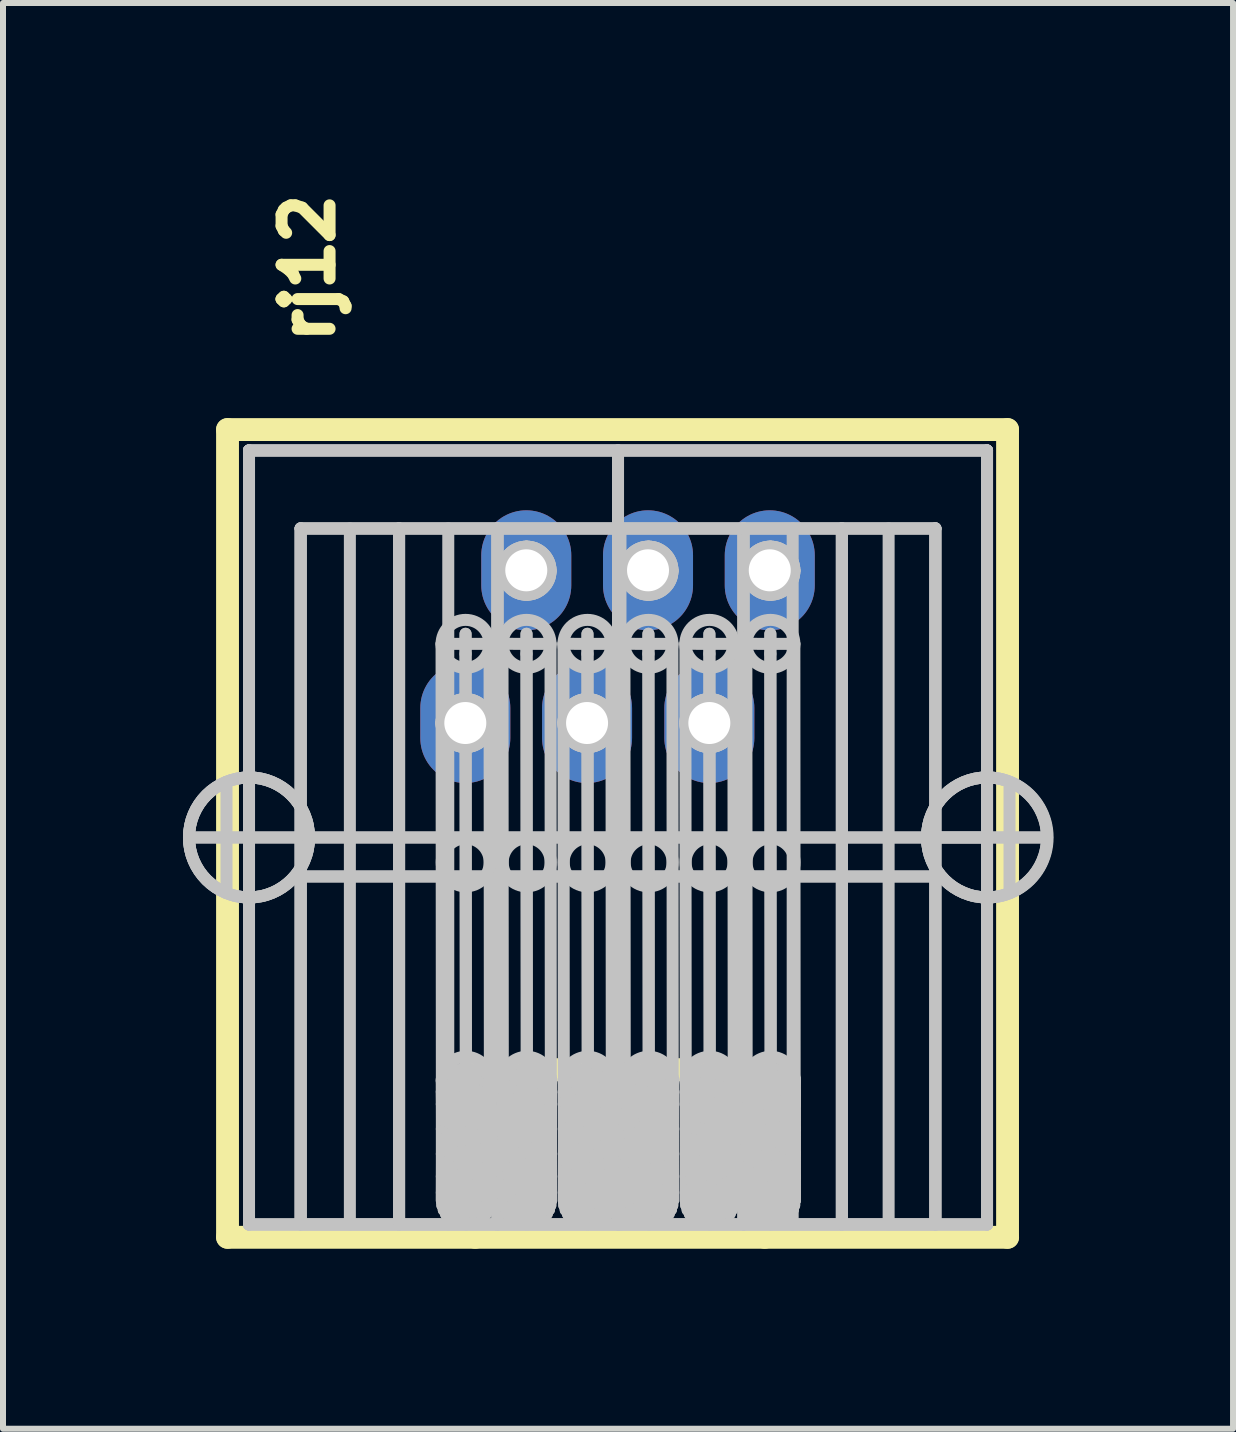
<source format=kicad_pcb>
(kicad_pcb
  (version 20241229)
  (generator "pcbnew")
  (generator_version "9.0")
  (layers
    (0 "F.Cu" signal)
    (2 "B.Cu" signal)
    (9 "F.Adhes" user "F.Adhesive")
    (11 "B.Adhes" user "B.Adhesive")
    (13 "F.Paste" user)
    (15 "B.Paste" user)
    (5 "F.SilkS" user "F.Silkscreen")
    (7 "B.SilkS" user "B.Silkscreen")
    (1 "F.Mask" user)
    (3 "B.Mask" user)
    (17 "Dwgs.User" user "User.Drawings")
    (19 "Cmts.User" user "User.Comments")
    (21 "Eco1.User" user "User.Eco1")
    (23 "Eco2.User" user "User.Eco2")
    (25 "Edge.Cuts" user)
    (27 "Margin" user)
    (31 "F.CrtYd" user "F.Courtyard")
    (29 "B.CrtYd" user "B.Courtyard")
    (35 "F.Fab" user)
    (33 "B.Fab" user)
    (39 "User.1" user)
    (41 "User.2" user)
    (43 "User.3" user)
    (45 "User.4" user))
  (footprint "rj12"
    (layer "F.Cu")
    (at 7.242 10.72)
    (property "Reference" "rj12" (at -5.159 -9.3 90) (layer "F.SilkS") (effects (font (size 0.8 0.8) (thickness 0.2))))
    (attr through_hole)
    (fp_line (start -6.5 -6.611) (end 6.5 -6.611) (stroke (width 0.381) (type solid)) (layer "F.SilkS"))
    (fp_line (start -6.5 6.851) (end -6.5 -6.611) (stroke (width 0.381) (type solid)) (layer "F.SilkS"))
    (fp_line (start -2.373 4.057) (end 2.453 4.057) (stroke (width 0.381) (type solid)) (layer "F.SilkS"))
    (fp_line (start -2.373 6.851) (end -2.373 4.057) (stroke (width 0.381) (type solid)) (layer "F.SilkS"))
    (fp_line (start 2.453 4.057) (end 2.453 6.851) (stroke (width 0.381) (type solid)) (layer "F.SilkS"))
    (fp_line (start 6.5 -6.611) (end 6.5 6.851) (stroke (width 0.381) (type solid)) (layer "F.SilkS"))
    (fp_line (start 6.501 6.851) (end -6.5 6.851) (stroke (width 0.381) (type solid)) (layer "F.SilkS"))
    (fp_line (start -7.142 0.187) (end -7.142 0.187) (stroke (width 0.2) (type solid)) (layer "Dwgs.User"))
    (fp_line (start -7.142 0.187) (end -6.142 0.187) (stroke (width 0.2) (type solid)) (layer "Dwgs.User"))
    (fp_line (start -7.142 0.187) (end -5.142 0.187) (stroke (width 0.2) (type solid)) (layer "Dwgs.User"))
    (fp_line (start -6.517 1.114) (end -6.517 -0.74) (stroke (width 0.2) (type solid)) (layer "Dwgs.User"))
    (fp_line (start -6.142 -6.263) (end -6.142 -6.263) (stroke (width 0.2) (type solid)) (layer "Dwgs.User"))
    (fp_line (start -6.142 -6.263) (end -6.142 -0.813) (stroke (width 0.2) (type solid)) (layer "Dwgs.User"))
    (fp_line (start -6.142 -6.263) (end -6.142 6.637) (stroke (width 0.2) (type solid)) (layer "Dwgs.User"))
    (fp_line (start -6.142 -6.263) (end -6.142 6.637) (stroke (width 0.2) (type solid)) (layer "Dwgs.User"))
    (fp_line (start -6.142 -0.813) (end -6.142 -0.813) (stroke (width 0.2) (type solid)) (layer "Dwgs.User"))
    (fp_line (start -6.142 -0.813) (end -6.142 -0.813) (stroke (width 0.2) (type solid)) (layer "Dwgs.User"))
    (fp_line (start -6.142 0.187) (end -6.142 0.187) (stroke (width 0.2) (type solid)) (layer "Dwgs.User"))
    (fp_line (start -6.142 0.187) (end 6.158 0.187) (stroke (width 0.2) (type solid)) (layer "Dwgs.User"))
    (fp_line (start -6.142 1.187) (end -6.142 -0.813) (stroke (width 0.2) (type solid)) (layer "Dwgs.User"))
    (fp_line (start -6.142 1.187) (end -6.142 -0.813) (stroke (width 0.2) (type solid)) (layer "Dwgs.User"))
    (fp_line (start -6.142 1.187) (end -6.142 1.187) (stroke (width 0.2) (type solid)) (layer "Dwgs.User"))
    (fp_line (start -6.142 1.187) (end -6.142 1.187) (stroke (width 0.2) (type solid)) (layer "Dwgs.User"))
    (fp_line (start -6.142 1.187) (end -6.142 6.637) (stroke (width 0.2) (type solid)) (layer "Dwgs.User"))
    (fp_line (start -6.142 6.637) (end -6.142 6.637) (stroke (width 0.2) (type solid)) (layer "Dwgs.User"))
    (fp_line (start -6.142 6.637) (end -5.281 6.637) (stroke (width 0.2) (type solid)) (layer "Dwgs.User"))
    (fp_line (start -6.142 6.637) (end 6.158 6.637) (stroke (width 0.2) (type solid)) (layer "Dwgs.User"))
    (fp_line (start -6.142 6.637) (end 6.158 6.637) (stroke (width 0.2) (type solid)) (layer "Dwgs.User"))
    (fp_line (start -5.281 -4.963) (end -5.281 -4.963) (stroke (width 0.2) (type solid)) (layer "Dwgs.User"))
    (fp_line (start -5.281 -4.963) (end -5.281 6.637) (stroke (width 0.2) (type solid)) (layer "Dwgs.User"))
    (fp_line (start -5.281 -4.963) (end -5.281 6.637) (stroke (width 0.2) (type solid)) (layer "Dwgs.User"))
    (fp_line (start -5.281 -4.963) (end -5.281 6.637) (stroke (width 0.2) (type solid)) (layer "Dwgs.User"))
    (fp_line (start -5.281 -4.963) (end 5.297 -4.963) (stroke (width 0.2) (type solid)) (layer "Dwgs.User"))
    (fp_line (start -5.281 -4.963) (end 5.297 -4.963) (stroke (width 0.2) (type solid)) (layer "Dwgs.User"))
    (fp_line (start -5.281 0.837) (end -5.281 0.837) (stroke (width 0.2) (type solid)) (layer "Dwgs.User"))
    (fp_line (start -5.281 0.837) (end 5.297 0.837) (stroke (width 0.2) (type solid)) (layer "Dwgs.User"))
    (fp_line (start -5.281 6.637) (end -5.281 6.637) (stroke (width 0.2) (type solid)) (layer "Dwgs.User"))
    (fp_line (start -5.281 6.637) (end 5.297 6.637) (stroke (width 0.2) (type solid)) (layer "Dwgs.User"))
    (fp_line (start -5.142 0.187) (end -5.142 0.187) (stroke (width 0.2) (type solid)) (layer "Dwgs.User"))
    (fp_line (start -5.142 0.187) (end 6.158 0.187) (stroke (width 0.2) (type solid)) (layer "Dwgs.User"))
    (fp_line (start -4.461 -4.963) (end -4.461 6.637) (stroke (width 0.2) (type solid)) (layer "Dwgs.User"))
    (fp_line (start -3.641 -4.963) (end -5.281 -4.963) (stroke (width 0.2) (type solid)) (layer "Dwgs.User"))
    (fp_line (start -3.641 -4.963) (end -3.641 -4.963) (stroke (width 0.2) (type solid)) (layer "Dwgs.User"))
    (fp_line (start -3.641 -4.963) (end -3.641 6.637) (stroke (width 0.2) (type solid)) (layer "Dwgs.User"))
    (fp_line (start -3.641 -4.963) (end -3.641 6.637) (stroke (width 0.2) (type solid)) (layer "Dwgs.User"))
    (fp_line (start -3.641 -4.963) (end -3.641 6.637) (stroke (width 0.2) (type solid)) (layer "Dwgs.User"))
    (fp_line (start -3.641 0.837) (end -5.281 0.837) (stroke (width 0.2) (type solid)) (layer "Dwgs.User"))
    (fp_line (start -3.641 0.837) (end -3.641 0.837) (stroke (width 0.2) (type solid)) (layer "Dwgs.User"))
    (fp_line (start -3.641 6.637) (end -5.281 6.637) (stroke (width 0.2) (type solid)) (layer "Dwgs.User"))
    (fp_line (start -3.641 6.637) (end -3.641 6.637) (stroke (width 0.2) (type solid)) (layer "Dwgs.User"))
    (fp_line (start -2.933 -3.04) (end -2.928 4.243) (stroke (width 0.2) (type solid)) (layer "Dwgs.User"))
    (fp_line (start -2.933 -3.04) (end -2.133 -3.039) (stroke (width 0.2) (type solid)) (layer "Dwgs.User"))
    (fp_line (start -2.933 -1.719) (end -2.933 -1.719) (stroke (width 0.2) (type solid)) (layer "Dwgs.User"))
    (fp_line (start -2.928 4.215) (end -2.928 4.631) (stroke (width 0.2) (type solid)) (layer "Dwgs.User"))
    (fp_line (start -2.928 4.423) (end -2.926 4.646) (stroke (width 0.2) (type solid)) (layer "Dwgs.User"))
    (fp_line (start -2.928 4.631) (end -2.928 5.046) (stroke (width 0.2) (type solid)) (layer "Dwgs.User"))
    (fp_line (start -2.928 5.046) (end -2.928 5.461) (stroke (width 0.2) (type solid)) (layer "Dwgs.User"))
    (fp_line (start -2.928 5.461) (end -2.928 5.837) (stroke (width 0.2) (type solid)) (layer "Dwgs.User"))
    (fp_line (start -2.928 5.837) (end -2.928 6.106) (stroke (width 0.2) (type solid)) (layer "Dwgs.User"))
    (fp_line (start -2.928 6.106) (end -2.928 6.24) (stroke (width 0.2) (type solid)) (layer "Dwgs.User"))
    (fp_line (start -2.928 6.24) (end -2.92 4.183) (stroke (width 0.2) (type solid)) (layer "Dwgs.User"))
    (fp_line (start -2.928 4.243) (end -2.128 4.244) (stroke (width 0.2) (type solid)) (layer "Dwgs.User"))
    (fp_line (start -2.926 4.439) (end -2.898 4.362) (stroke (width 0.2) (type solid)) (layer "Dwgs.User"))
    (fp_line (start -2.926 4.646) (end -2.92 4.455) (stroke (width 0.2) (type solid)) (layer "Dwgs.User"))
    (fp_line (start -2.92 4.247) (end -2.92 4.663) (stroke (width 0.2) (type solid)) (layer "Dwgs.User"))
    (fp_line (start -2.92 4.455) (end -2.926 4.439) (stroke (width 0.2) (type solid)) (layer "Dwgs.User"))
    (fp_line (start -2.92 4.663) (end -2.92 5.078) (stroke (width 0.2) (type solid)) (layer "Dwgs.User"))
    (fp_line (start -2.92 5.078) (end -2.92 5.493) (stroke (width 0.2) (type solid)) (layer "Dwgs.User"))
    (fp_line (start -2.92 5.493) (end -2.92 5.891) (stroke (width 0.2) (type solid)) (layer "Dwgs.User"))
    (fp_line (start -2.92 5.891) (end -2.92 6.177) (stroke (width 0.2) (type solid)) (layer "Dwgs.User"))
    (fp_line (start -2.92 6.177) (end -2.92 6.318) (stroke (width 0.2) (type solid)) (layer "Dwgs.User"))
    (fp_line (start -2.92 6.318) (end -2.928 4.215) (stroke (width 0.2) (type solid)) (layer "Dwgs.User"))
    (fp_line (start -2.92 4.183) (end -2.92 4.598) (stroke (width 0.2) (type solid)) (layer "Dwgs.User"))
    (fp_line (start -2.92 4.39) (end -2.911 4.376) (stroke (width 0.2) (type solid)) (layer "Dwgs.User"))
    (fp_line (start -2.92 4.598) (end -2.92 5.013) (stroke (width 0.2) (type solid)) (layer "Dwgs.User"))
    (fp_line (start -2.92 5.013) (end -2.92 5.429) (stroke (width 0.2) (type solid)) (layer "Dwgs.User"))
    (fp_line (start -2.92 5.429) (end -2.92 5.782) (stroke (width 0.2) (type solid)) (layer "Dwgs.User"))
    (fp_line (start -2.92 5.782) (end -2.92 6.035) (stroke (width 0.2) (type solid)) (layer "Dwgs.User"))
    (fp_line (start -2.92 6.035) (end -2.92 6.16) (stroke (width 0.2) (type solid)) (layer "Dwgs.User"))
    (fp_line (start -2.92 6.16) (end -2.898 4.154) (stroke (width 0.2) (type solid)) (layer "Dwgs.User"))
    (fp_line (start -2.911 4.376) (end -2.862 4.334) (stroke (width 0.2) (type solid)) (layer "Dwgs.User"))
    (fp_line (start -2.911 4.584) (end -2.92 4.39) (stroke (width 0.2) (type solid)) (layer "Dwgs.User"))
    (fp_line (start -2.898 4.154) (end -2.898 4.569) (stroke (width 0.2) (type solid)) (layer "Dwgs.User"))
    (fp_line (start -2.898 4.362) (end -2.911 4.584) (stroke (width 0.2) (type solid)) (layer "Dwgs.User"))
    (fp_line (start -2.898 4.569) (end -2.898 4.984) (stroke (width 0.2) (type solid)) (layer "Dwgs.User"))
    (fp_line (start -2.898 4.984) (end -2.898 5.4) (stroke (width 0.2) (type solid)) (layer "Dwgs.User"))
    (fp_line (start -2.898 5.4) (end -2.898 5.733) (stroke (width 0.2) (type solid)) (layer "Dwgs.User"))
    (fp_line (start -2.898 5.733) (end -2.898 5.972) (stroke (width 0.2) (type solid)) (layer "Dwgs.User"))
    (fp_line (start -2.898 5.972) (end -2.898 6.09) (stroke (width 0.2) (type solid)) (layer "Dwgs.User"))
    (fp_line (start -2.898 6.09) (end -2.862 4.126) (stroke (width 0.2) (type solid)) (layer "Dwgs.User"))
    (fp_line (start -2.896 4.279) (end -2.896 4.694) (stroke (width 0.2) (type solid)) (layer "Dwgs.User"))
    (fp_line (start -2.896 4.487) (end -2.879 4.708) (stroke (width 0.2) (type solid)) (layer "Dwgs.User"))
    (fp_line (start -2.896 4.694) (end -2.896 5.11) (stroke (width 0.2) (type solid)) (layer "Dwgs.User"))
    (fp_line (start -2.896 5.11) (end -2.896 5.525) (stroke (width 0.2) (type solid)) (layer "Dwgs.User"))
    (fp_line (start -2.896 5.525) (end -2.896 5.945) (stroke (width 0.2) (type solid)) (layer "Dwgs.User"))
    (fp_line (start -2.896 5.945) (end -2.896 6.246) (stroke (width 0.2) (type solid)) (layer "Dwgs.User"))
    (fp_line (start -2.896 6.246) (end -2.896 6.395) (stroke (width 0.2) (type solid)) (layer "Dwgs.User"))
    (fp_line (start -2.896 6.395) (end -2.92 4.247) (stroke (width 0.2) (type solid)) (layer "Dwgs.User"))
    (fp_line (start -2.882 4.347) (end -2.752 4.288) (stroke (width 0.2) (type solid)) (layer "Dwgs.User"))
    (fp_line (start -2.882 4.555) (end -2.882 4.347) (stroke (width 0.2) (type solid)) (layer "Dwgs.User"))
    (fp_line (start -2.879 4.501) (end -2.928 4.423) (stroke (width 0.2) (type solid)) (layer "Dwgs.User"))
    (fp_line (start -2.879 4.708) (end -2.879 4.501) (stroke (width 0.2) (type solid)) (layer "Dwgs.User"))
    (fp_line (start -2.862 4.126) (end -2.862 4.541) (stroke (width 0.2) (type solid)) (layer "Dwgs.User"))
    (fp_line (start -2.862 4.334) (end -2.882 4.555) (stroke (width 0.2) (type solid)) (layer "Dwgs.User"))
    (fp_line (start -2.862 4.541) (end -2.862 4.957) (stroke (width 0.2) (type solid)) (layer "Dwgs.User"))
    (fp_line (start -2.862 4.957) (end -2.862 5.372) (stroke (width 0.2) (type solid)) (layer "Dwgs.User"))
    (fp_line (start -2.862 5.372) (end -2.862 5.686) (stroke (width 0.2) (type solid)) (layer "Dwgs.User"))
    (fp_line (start -2.862 5.686) (end -2.862 5.911) (stroke (width 0.2) (type solid)) (layer "Dwgs.User"))
    (fp_line (start -2.862 5.911) (end -2.862 6.022) (stroke (width 0.2) (type solid)) (layer "Dwgs.User"))
    (fp_line (start -2.862 6.022) (end -2.812 4.101) (stroke (width 0.2) (type solid)) (layer "Dwgs.User"))
    (fp_line (start -2.859 4.307) (end -2.859 4.722) (stroke (width 0.2) (type solid)) (layer "Dwgs.User"))
    (fp_line (start -2.859 4.514) (end -2.836 4.735) (stroke (width 0.2) (type solid)) (layer "Dwgs.User"))
    (fp_line (start -2.859 4.722) (end -2.859 5.137) (stroke (width 0.2) (type solid)) (layer "Dwgs.User"))
    (fp_line (start -2.859 5.137) (end -2.859 5.553) (stroke (width 0.2) (type solid)) (layer "Dwgs.User"))
    (fp_line (start -2.859 5.553) (end -2.859 5.992) (stroke (width 0.2) (type solid)) (layer "Dwgs.User"))
    (fp_line (start -2.859 5.992) (end -2.859 6.307) (stroke (width 0.2) (type solid)) (layer "Dwgs.User"))
    (fp_line (start -2.859 6.307) (end -2.859 6.462) (stroke (width 0.2) (type solid)) (layer "Dwgs.User"))
    (fp_line (start -2.859 6.462) (end -2.896 4.279) (stroke (width 0.2) (type solid)) (layer "Dwgs.User"))
    (fp_line (start -2.836 4.527) (end -2.896 4.487) (stroke (width 0.2) (type solid)) (layer "Dwgs.User"))
    (fp_line (start -2.836 4.735) (end -2.809 4.539) (stroke (width 0.2) (type solid)) (layer "Dwgs.User"))
    (fp_line (start -2.821 -4.963) (end -2.821 6.637) (stroke (width 0.2) (type solid)) (layer "Dwgs.User"))
    (fp_line (start -2.812 4.101) (end -2.812 4.516) (stroke (width 0.2) (type solid)) (layer "Dwgs.User"))
    (fp_line (start -2.812 4.309) (end -2.783 4.298) (stroke (width 0.2) (type solid)) (layer "Dwgs.User"))
    (fp_line (start -2.812 4.516) (end -2.812 4.932) (stroke (width 0.2) (type solid)) (layer "Dwgs.User"))
    (fp_line (start -2.812 4.932) (end -2.812 5.347) (stroke (width 0.2) (type solid)) (layer "Dwgs.User"))
    (fp_line (start -2.812 5.347) (end -2.812 5.644) (stroke (width 0.2) (type solid)) (layer "Dwgs.User"))
    (fp_line (start -2.812 5.644) (end -2.812 5.856) (stroke (width 0.2) (type solid)) (layer "Dwgs.User"))
    (fp_line (start -2.812 5.856) (end -2.812 5.961) (stroke (width 0.2) (type solid)) (layer "Dwgs.User"))
    (fp_line (start -2.812 5.961) (end -2.752 4.081) (stroke (width 0.2) (type solid)) (layer "Dwgs.User"))
    (fp_line (start -2.809 4.331) (end -2.809 4.746) (stroke (width 0.2) (type solid)) (layer "Dwgs.User"))
    (fp_line (start -2.809 4.539) (end -2.836 4.527) (stroke (width 0.2) (type solid)) (layer "Dwgs.User"))
    (fp_line (start -2.809 4.746) (end -2.809 5.162) (stroke (width 0.2) (type solid)) (layer "Dwgs.User"))
    (fp_line (start -2.809 5.162) (end -2.809 5.577) (stroke (width 0.2) (type solid)) (layer "Dwgs.User"))
    (fp_line (start -2.809 5.577) (end -2.809 6.033) (stroke (width 0.2) (type solid)) (layer "Dwgs.User"))
    (fp_line (start -2.809 6.033) (end -2.809 6.36) (stroke (width 0.2) (type solid)) (layer "Dwgs.User"))
    (fp_line (start -2.809 6.36) (end -2.809 6.522) (stroke (width 0.2) (type solid)) (layer "Dwgs.User"))
    (fp_line (start -2.809 6.522) (end -2.859 4.307) (stroke (width 0.2) (type solid)) (layer "Dwgs.User"))
    (fp_line (start -2.783 4.298) (end -2.684 4.273) (stroke (width 0.2) (type solid)) (layer "Dwgs.User"))
    (fp_line (start -2.783 4.506) (end -2.812 4.309) (stroke (width 0.2) (type solid)) (layer "Dwgs.User"))
    (fp_line (start -2.752 4.081) (end -2.752 4.496) (stroke (width 0.2) (type solid)) (layer "Dwgs.User"))
    (fp_line (start -2.752 4.288) (end -2.783 4.506) (stroke (width 0.2) (type solid)) (layer "Dwgs.User"))
    (fp_line (start -2.752 4.496) (end -2.752 4.911) (stroke (width 0.2) (type solid)) (layer "Dwgs.User"))
    (fp_line (start -2.752 4.911) (end -2.752 5.327) (stroke (width 0.2) (type solid)) (layer "Dwgs.User"))
    (fp_line (start -2.752 5.327) (end -2.752 5.609) (stroke (width 0.2) (type solid)) (layer "Dwgs.User"))
    (fp_line (start -2.752 5.609) (end -2.752 5.812) (stroke (width 0.2) (type solid)) (layer "Dwgs.User"))
    (fp_line (start -2.752 5.812) (end -2.752 5.911) (stroke (width 0.2) (type solid)) (layer "Dwgs.User"))
    (fp_line (start -2.752 5.911) (end -2.684 4.066) (stroke (width 0.2) (type solid)) (layer "Dwgs.User"))
    (fp_line (start -2.748 4.351) (end -2.748 4.767) (stroke (width 0.2) (type solid)) (layer "Dwgs.User"))
    (fp_line (start -2.748 4.559) (end -2.714 4.775) (stroke (width 0.2) (type solid)) (layer "Dwgs.User"))
    (fp_line (start -2.748 4.767) (end -2.748 5.182) (stroke (width 0.2) (type solid)) (layer "Dwgs.User"))
    (fp_line (start -2.748 5.182) (end -2.748 5.598) (stroke (width 0.2) (type solid)) (layer "Dwgs.User"))
    (fp_line (start -2.748 5.598) (end -2.748 6.067) (stroke (width 0.2) (type solid)) (layer "Dwgs.User"))
    (fp_line (start -2.748 6.067) (end -2.748 6.404) (stroke (width 0.2) (type solid)) (layer "Dwgs.User"))
    (fp_line (start -2.748 6.404) (end -2.748 6.571) (stroke (width 0.2) (type solid)) (layer "Dwgs.User"))
    (fp_line (start -2.748 6.571) (end -2.809 4.331) (stroke (width 0.2) (type solid)) (layer "Dwgs.User"))
    (fp_line (start -2.719 4.28) (end -2.528 4.26) (stroke (width 0.2) (type solid)) (layer "Dwgs.User"))
    (fp_line (start -2.719 4.488) (end -2.719 4.28) (stroke (width 0.2) (type solid)) (layer "Dwgs.User"))
    (fp_line (start -2.714 4.567) (end -2.859 4.514) (stroke (width 0.2) (type solid)) (layer "Dwgs.User"))
    (fp_line (start -2.714 4.775) (end -2.714 4.567) (stroke (width 0.2) (type solid)) (layer "Dwgs.User"))
    (fp_line (start -2.684 4.066) (end -2.684 4.481) (stroke (width 0.2) (type solid)) (layer "Dwgs.User"))
    (fp_line (start -2.684 4.273) (end -2.719 4.488) (stroke (width 0.2) (type solid)) (layer "Dwgs.User"))
    (fp_line (start -2.684 4.481) (end -2.684 4.896) (stroke (width 0.2) (type solid)) (layer "Dwgs.User"))
    (fp_line (start -2.684 4.896) (end -2.684 5.312) (stroke (width 0.2) (type solid)) (layer "Dwgs.User"))
    (fp_line (start -2.684 5.312) (end -2.684 5.584) (stroke (width 0.2) (type solid)) (layer "Dwgs.User"))
    (fp_line (start -2.684 5.584) (end -2.684 5.779) (stroke (width 0.2) (type solid)) (layer "Dwgs.User"))
    (fp_line (start -2.684 5.779) (end -2.684 5.875) (stroke (width 0.2) (type solid)) (layer "Dwgs.User"))
    (fp_line (start -2.684 5.875) (end -2.607 4.056) (stroke (width 0.2) (type solid)) (layer "Dwgs.User"))
    (fp_line (start -2.679 4.366) (end -2.679 4.781) (stroke (width 0.2) (type solid)) (layer "Dwgs.User"))
    (fp_line (start -2.679 4.574) (end -2.644 4.786) (stroke (width 0.2) (type solid)) (layer "Dwgs.User"))
    (fp_line (start -2.679 4.781) (end -2.679 5.197) (stroke (width 0.2) (type solid)) (layer "Dwgs.User"))
    (fp_line (start -2.679 5.197) (end -2.679 5.613) (stroke (width 0.2) (type solid)) (layer "Dwgs.User"))
    (fp_line (start -2.679 5.613) (end -2.679 6.092) (stroke (width 0.2) (type solid)) (layer "Dwgs.User"))
    (fp_line (start -2.679 6.092) (end -2.679 6.437) (stroke (width 0.2) (type solid)) (layer "Dwgs.User"))
    (fp_line (start -2.679 6.437) (end -2.679 6.607) (stroke (width 0.2) (type solid)) (layer "Dwgs.User"))
    (fp_line (start -2.679 6.607) (end -2.748 4.351) (stroke (width 0.2) (type solid)) (layer "Dwgs.User"))
    (fp_line (start -2.644 4.579) (end -2.748 4.559) (stroke (width 0.2) (type solid)) (layer "Dwgs.User"))
    (fp_line (start -2.644 4.786) (end -2.608 4.582) (stroke (width 0.2) (type solid)) (layer "Dwgs.User"))
    (fp_line (start -2.608 4.375) (end -2.608 4.79) (stroke (width 0.2) (type solid)) (layer "Dwgs.User"))
    (fp_line (start -2.608 4.582) (end -2.644 4.579) (stroke (width 0.2) (type solid)) (layer "Dwgs.User"))
    (fp_line (start -2.608 4.79) (end -2.608 5.205) (stroke (width 0.2) (type solid)) (layer "Dwgs.User"))
    (fp_line (start -2.608 5.205) (end -2.608 5.621) (stroke (width 0.2) (type solid)) (layer "Dwgs.User"))
    (fp_line (start -2.608 5.621) (end -2.608 6.107) (stroke (width 0.2) (type solid)) (layer "Dwgs.User"))
    (fp_line (start -2.608 6.107) (end -2.608 6.456) (stroke (width 0.2) (type solid)) (layer "Dwgs.User"))
    (fp_line (start -2.608 6.456) (end -2.608 6.628) (stroke (width 0.2) (type solid)) (layer "Dwgs.User"))
    (fp_line (start -2.608 6.628) (end -2.679 4.366) (stroke (width 0.2) (type solid)) (layer "Dwgs.User"))
    (fp_line (start -2.607 4.056) (end -2.607 4.471) (stroke (width 0.2) (type solid)) (layer "Dwgs.User"))
    (fp_line (start -2.607 4.264) (end -2.567 4.261) (stroke (width 0.2) (type solid)) (layer "Dwgs.User"))
    (fp_line (start -2.607 4.471) (end -2.607 4.886) (stroke (width 0.2) (type solid)) (layer "Dwgs.User"))
    (fp_line (start -2.607 4.886) (end -2.607 5.302) (stroke (width 0.2) (type solid)) (layer "Dwgs.User"))
    (fp_line (start -2.607 5.302) (end -2.607 5.568) (stroke (width 0.2) (type solid)) (layer "Dwgs.User"))
    (fp_line (start -2.607 5.568) (end -2.607 5.757) (stroke (width 0.2) (type solid)) (layer "Dwgs.User"))
    (fp_line (start -2.607 5.757) (end -2.607 5.851) (stroke (width 0.2) (type solid)) (layer "Dwgs.User"))
    (fp_line (start -2.607 5.851) (end -2.528 4.053) (stroke (width 0.2) (type solid)) (layer "Dwgs.User"))
    (fp_line (start -2.567 4.261) (end -2.377 4.272) (stroke (width 0.2) (type solid)) (layer "Dwgs.User"))
    (fp_line (start -2.567 4.469) (end -2.607 4.264) (stroke (width 0.2) (type solid)) (layer "Dwgs.User"))
    (fp_line (start -2.533 -3.207) (end -2.533 -2.872) (stroke (width 0.2) (type solid)) (layer "Dwgs.User"))
    (fp_line (start -2.533 -3.207) (end -2.528 4.076) (stroke (width 0.2) (type solid)) (layer "Dwgs.User"))
    (fp_line (start -2.533 -2.119) (end -2.533 -2.119) (stroke (width 0.2) (type solid)) (layer "Dwgs.User"))
    (fp_line (start -2.533 -1.319) (end -2.533 -2.119) (stroke (width 0.2) (type solid)) (layer "Dwgs.User"))
    (fp_line (start -2.533 -1.319) (end -2.533 -2.119) (stroke (width 0.2) (type solid)) (layer "Dwgs.User"))
    (fp_line (start -2.533 -1.319) (end -2.533 -1.319) (stroke (width 0.2) (type solid)) (layer "Dwgs.User"))
    (fp_line (start -2.533 -2.872) (end -2.528 4.411) (stroke (width 0.2) (type solid)) (layer "Dwgs.User"))
    (fp_line (start -2.528 4.053) (end -2.528 4.468) (stroke (width 0.2) (type solid)) (layer "Dwgs.User"))
    (fp_line (start -2.528 4.26) (end -2.567 4.469) (stroke (width 0.2) (type solid)) (layer "Dwgs.User"))
    (fp_line (start -2.528 4.378) (end -2.528 4.793) (stroke (width 0.2) (type solid)) (layer "Dwgs.User"))
    (fp_line (start -2.528 4.468) (end -2.528 4.883) (stroke (width 0.2) (type solid)) (layer "Dwgs.User"))
    (fp_line (start -2.528 4.586) (end -2.489 4.793) (stroke (width 0.2) (type solid)) (layer "Dwgs.User"))
    (fp_line (start -2.528 4.793) (end -2.528 5.209) (stroke (width 0.2) (type solid)) (layer "Dwgs.User"))
    (fp_line (start -2.528 4.883) (end -2.528 5.299) (stroke (width 0.2) (type solid)) (layer "Dwgs.User"))
    (fp_line (start -2.528 5.209) (end -2.528 5.625) (stroke (width 0.2) (type solid)) (layer "Dwgs.User"))
    (fp_line (start -2.528 5.299) (end -2.528 5.562) (stroke (width 0.2) (type solid)) (layer "Dwgs.User"))
    (fp_line (start -2.528 5.562) (end -2.528 5.75) (stroke (width 0.2) (type solid)) (layer "Dwgs.User"))
    (fp_line (start -2.528 5.625) (end -2.528 6.113) (stroke (width 0.2) (type solid)) (layer "Dwgs.User"))
    (fp_line (start -2.528 5.75) (end -2.528 5.843) (stroke (width 0.2) (type solid)) (layer "Dwgs.User"))
    (fp_line (start -2.528 5.843) (end -2.448 4.056) (stroke (width 0.2) (type solid)) (layer "Dwgs.User"))
    (fp_line (start -2.528 6.113) (end -2.528 6.463) (stroke (width 0.2) (type solid)) (layer "Dwgs.User"))
    (fp_line (start -2.528 6.463) (end -2.528 6.636) (stroke (width 0.2) (type solid)) (layer "Dwgs.User"))
    (fp_line (start -2.528 6.636) (end -2.608 4.375) (stroke (width 0.2) (type solid)) (layer "Dwgs.User"))
    (fp_line (start -2.528 4.076) (end -2.528 4.411) (stroke (width 0.2) (type solid)) (layer "Dwgs.User"))
    (fp_line (start -2.489 4.585) (end -2.679 4.574) (stroke (width 0.2) (type solid)) (layer "Dwgs.User"))
    (fp_line (start -2.489 4.793) (end -2.449 4.582) (stroke (width 0.2) (type solid)) (layer "Dwgs.User"))
    (fp_line (start -2.449 4.375) (end -2.449 4.79) (stroke (width 0.2) (type solid)) (layer "Dwgs.User"))
    (fp_line (start -2.449 4.582) (end -2.489 4.585) (stroke (width 0.2) (type solid)) (layer "Dwgs.User"))
    (fp_line (start -2.449 4.79) (end -2.449 5.205) (stroke (width 0.2) (type solid)) (layer "Dwgs.User"))
    (fp_line (start -2.449 5.205) (end -2.449 5.622) (stroke (width 0.2) (type solid)) (layer "Dwgs.User"))
    (fp_line (start -2.449 5.622) (end -2.449 6.107) (stroke (width 0.2) (type solid)) (layer "Dwgs.User"))
    (fp_line (start -2.449 6.107) (end -2.449 6.456) (stroke (width 0.2) (type solid)) (layer "Dwgs.User"))
    (fp_line (start -2.449 6.456) (end -2.449 6.629) (stroke (width 0.2) (type solid)) (layer "Dwgs.User"))
    (fp_line (start -2.449 6.629) (end -2.528 4.378) (stroke (width 0.2) (type solid)) (layer "Dwgs.User"))
    (fp_line (start -2.448 4.056) (end -2.448 4.471) (stroke (width 0.2) (type solid)) (layer "Dwgs.User"))
    (fp_line (start -2.448 4.264) (end -2.412 4.267) (stroke (width 0.2) (type solid)) (layer "Dwgs.User"))
    (fp_line (start -2.448 4.471) (end -2.448 4.887) (stroke (width 0.2) (type solid)) (layer "Dwgs.User"))
    (fp_line (start -2.448 4.887) (end -2.448 5.302) (stroke (width 0.2) (type solid)) (layer "Dwgs.User"))
    (fp_line (start -2.448 5.302) (end -2.448 5.568) (stroke (width 0.2) (type solid)) (layer "Dwgs.User"))
    (fp_line (start -2.448 5.568) (end -2.448 5.758) (stroke (width 0.2) (type solid)) (layer "Dwgs.User"))
    (fp_line (start -2.448 5.758) (end -2.448 5.851) (stroke (width 0.2) (type solid)) (layer "Dwgs.User"))
    (fp_line (start -2.448 5.851) (end -2.377 4.065) (stroke (width 0.2) (type solid)) (layer "Dwgs.User"))
    (fp_line (start -2.412 4.267) (end -2.308 4.287) (stroke (width 0.2) (type solid)) (layer "Dwgs.User"))
    (fp_line (start -2.412 4.475) (end -2.448 4.264) (stroke (width 0.2) (type solid)) (layer "Dwgs.User"))
    (fp_line (start -2.377 4.065) (end -2.377 4.48) (stroke (width 0.2) (type solid)) (layer "Dwgs.User"))
    (fp_line (start -2.377 4.272) (end -2.412 4.475) (stroke (width 0.2) (type solid)) (layer "Dwgs.User"))
    (fp_line (start -2.377 4.48) (end -2.377 4.895) (stroke (width 0.2) (type solid)) (layer "Dwgs.User"))
    (fp_line (start -2.377 4.895) (end -2.377 5.311) (stroke (width 0.2) (type solid)) (layer "Dwgs.User"))
    (fp_line (start -2.377 5.311) (end -2.377 5.583) (stroke (width 0.2) (type solid)) (layer "Dwgs.User"))
    (fp_line (start -2.377 5.583) (end -2.377 5.777) (stroke (width 0.2) (type solid)) (layer "Dwgs.User"))
    (fp_line (start -2.377 5.777) (end -2.377 5.873) (stroke (width 0.2) (type solid)) (layer "Dwgs.User"))
    (fp_line (start -2.377 5.873) (end -2.308 4.08) (stroke (width 0.2) (type solid)) (layer "Dwgs.User"))
    (fp_line (start -2.371 4.365) (end -2.371 4.78) (stroke (width 0.2) (type solid)) (layer "Dwgs.User"))
    (fp_line (start -2.371 4.573) (end -2.337 4.774) (stroke (width 0.2) (type solid)) (layer "Dwgs.User"))
    (fp_line (start -2.371 4.78) (end -2.371 5.196) (stroke (width 0.2) (type solid)) (layer "Dwgs.User"))
    (fp_line (start -2.371 5.196) (end -2.371 5.612) (stroke (width 0.2) (type solid)) (layer "Dwgs.User"))
    (fp_line (start -2.371 5.612) (end -2.371 6.091) (stroke (width 0.2) (type solid)) (layer "Dwgs.User"))
    (fp_line (start -2.371 6.091) (end -2.371 6.435) (stroke (width 0.2) (type solid)) (layer "Dwgs.User"))
    (fp_line (start -2.371 6.435) (end -2.371 6.605) (stroke (width 0.2) (type solid)) (layer "Dwgs.User"))
    (fp_line (start -2.371 6.605) (end -2.449 4.375) (stroke (width 0.2) (type solid)) (layer "Dwgs.User"))
    (fp_line (start -2.342 4.279) (end -2.197 4.332) (stroke (width 0.2) (type solid)) (layer "Dwgs.User"))
    (fp_line (start -2.342 4.487) (end -2.342 4.279) (stroke (width 0.2) (type solid)) (layer "Dwgs.User"))
    (fp_line (start -2.337 4.566) (end -2.528 4.586) (stroke (width 0.2) (type solid)) (layer "Dwgs.User"))
    (fp_line (start -2.337 4.774) (end -2.337 4.566) (stroke (width 0.2) (type solid)) (layer "Dwgs.User"))
    (fp_line (start -2.308 4.08) (end -2.308 4.495) (stroke (width 0.2) (type solid)) (layer "Dwgs.User"))
    (fp_line (start -2.308 4.287) (end -2.342 4.487) (stroke (width 0.2) (type solid)) (layer "Dwgs.User"))
    (fp_line (start -2.308 4.495) (end -2.308 4.91) (stroke (width 0.2) (type solid)) (layer "Dwgs.User"))
    (fp_line (start -2.308 4.91) (end -2.308 5.325) (stroke (width 0.2) (type solid)) (layer "Dwgs.User"))
    (fp_line (start -2.308 5.325) (end -2.308 5.607) (stroke (width 0.2) (type solid)) (layer "Dwgs.User"))
    (fp_line (start -2.308 5.607) (end -2.308 5.809) (stroke (width 0.2) (type solid)) (layer "Dwgs.User"))
    (fp_line (start -2.308 5.809) (end -2.308 5.908) (stroke (width 0.2) (type solid)) (layer "Dwgs.User"))
    (fp_line (start -2.308 5.908) (end -2.246 4.1) (stroke (width 0.2) (type solid)) (layer "Dwgs.User"))
    (fp_line (start -2.303 4.35) (end -2.303 4.765) (stroke (width 0.2) (type solid)) (layer "Dwgs.User"))
    (fp_line (start -2.303 4.558) (end -2.272 4.756) (stroke (width 0.2) (type solid)) (layer "Dwgs.User"))
    (fp_line (start -2.303 4.765) (end -2.303 5.181) (stroke (width 0.2) (type solid)) (layer "Dwgs.User"))
    (fp_line (start -2.303 5.181) (end -2.303 5.596) (stroke (width 0.2) (type solid)) (layer "Dwgs.User"))
    (fp_line (start -2.303 5.596) (end -2.303 6.065) (stroke (width 0.2) (type solid)) (layer "Dwgs.User"))
    (fp_line (start -2.303 6.065) (end -2.303 6.402) (stroke (width 0.2) (type solid)) (layer "Dwgs.User"))
    (fp_line (start -2.303 6.402) (end -2.303 6.568) (stroke (width 0.2) (type solid)) (layer "Dwgs.User"))
    (fp_line (start -2.303 6.568) (end -2.371 4.365) (stroke (width 0.2) (type solid)) (layer "Dwgs.User"))
    (fp_line (start -2.272 4.548) (end -2.371 4.573) (stroke (width 0.2) (type solid)) (layer "Dwgs.User"))
    (fp_line (start -2.272 4.756) (end -2.244 4.537) (stroke (width 0.2) (type solid)) (layer "Dwgs.User"))
    (fp_line (start -2.246 4.1) (end -2.246 4.515) (stroke (width 0.2) (type solid)) (layer "Dwgs.User"))
    (fp_line (start -2.246 4.307) (end -2.22 4.319) (stroke (width 0.2) (type solid)) (layer "Dwgs.User"))
    (fp_line (start -2.246 4.515) (end -2.246 4.93) (stroke (width 0.2) (type solid)) (layer "Dwgs.User"))
    (fp_line (start -2.246 4.93) (end -2.246 5.346) (stroke (width 0.2) (type solid)) (layer "Dwgs.User"))
    (fp_line (start -2.246 5.346) (end -2.246 5.642) (stroke (width 0.2) (type solid)) (layer "Dwgs.User"))
    (fp_line (start -2.246 5.642) (end -2.246 5.853) (stroke (width 0.2) (type solid)) (layer "Dwgs.User"))
    (fp_line (start -2.246 5.853) (end -2.246 5.958) (stroke (width 0.2) (type solid)) (layer "Dwgs.User"))
    (fp_line (start -2.246 5.958) (end -2.197 4.124) (stroke (width 0.2) (type solid)) (layer "Dwgs.User"))
    (fp_line (start -2.244 4.33) (end -2.244 4.745) (stroke (width 0.2) (type solid)) (layer "Dwgs.User"))
    (fp_line (start -2.244 4.537) (end -2.272 4.548) (stroke (width 0.2) (type solid)) (layer "Dwgs.User"))
    (fp_line (start -2.244 4.745) (end -2.244 5.16) (stroke (width 0.2) (type solid)) (layer "Dwgs.User"))
    (fp_line (start -2.244 5.16) (end -2.244 5.576) (stroke (width 0.2) (type solid)) (layer "Dwgs.User"))
    (fp_line (start -2.244 5.576) (end -2.244 6.031) (stroke (width 0.2) (type solid)) (layer "Dwgs.User"))
    (fp_line (start -2.244 6.031) (end -2.244 6.357) (stroke (width 0.2) (type solid)) (layer "Dwgs.User"))
    (fp_line (start -2.244 6.357) (end -2.244 6.519) (stroke (width 0.2) (type solid)) (layer "Dwgs.User"))
    (fp_line (start -2.244 6.519) (end -2.303 4.35) (stroke (width 0.2) (type solid)) (layer "Dwgs.User"))
    (fp_line (start -2.22 4.319) (end -2.16 4.359) (stroke (width 0.2) (type solid)) (layer "Dwgs.User"))
    (fp_line (start -2.22 4.527) (end -2.246 4.307) (stroke (width 0.2) (type solid)) (layer "Dwgs.User"))
    (fp_line (start -2.197 4.124) (end -2.197 4.539) (stroke (width 0.2) (type solid)) (layer "Dwgs.User"))
    (fp_line (start -2.197 4.332) (end -2.22 4.527) (stroke (width 0.2) (type solid)) (layer "Dwgs.User"))
    (fp_line (start -2.197 4.539) (end -2.197 4.955) (stroke (width 0.2) (type solid)) (layer "Dwgs.User"))
    (fp_line (start -2.197 4.955) (end -2.197 5.37) (stroke (width 0.2) (type solid)) (layer "Dwgs.User"))
    (fp_line (start -2.197 5.37) (end -2.197 5.683) (stroke (width 0.2) (type solid)) (layer "Dwgs.User"))
    (fp_line (start -2.197 5.683) (end -2.197 5.907) (stroke (width 0.2) (type solid)) (layer "Dwgs.User"))
    (fp_line (start -2.197 5.907) (end -2.197 6.017) (stroke (width 0.2) (type solid)) (layer "Dwgs.User"))
    (fp_line (start -2.197 6.017) (end -2.16 4.152) (stroke (width 0.2) (type solid)) (layer "Dwgs.User"))
    (fp_line (start -2.194 4.305) (end -2.194 4.72) (stroke (width 0.2) (type solid)) (layer "Dwgs.User"))
    (fp_line (start -2.194 4.512) (end -2.174 4.706) (stroke (width 0.2) (type solid)) (layer "Dwgs.User"))
    (fp_line (start -2.194 4.72) (end -2.194 5.135) (stroke (width 0.2) (type solid)) (layer "Dwgs.User"))
    (fp_line (start -2.194 5.135) (end -2.194 5.551) (stroke (width 0.2) (type solid)) (layer "Dwgs.User"))
    (fp_line (start -2.194 5.551) (end -2.194 5.988) (stroke (width 0.2) (type solid)) (layer "Dwgs.User"))
    (fp_line (start -2.194 5.988) (end -2.194 6.302) (stroke (width 0.2) (type solid)) (layer "Dwgs.User"))
    (fp_line (start -2.194 6.302) (end -2.194 6.458) (stroke (width 0.2) (type solid)) (layer "Dwgs.User"))
    (fp_line (start -2.194 6.458) (end -2.244 4.33) (stroke (width 0.2) (type solid)) (layer "Dwgs.User"))
    (fp_line (start -2.177 4.345) (end -2.128 4.423) (stroke (width 0.2) (type solid)) (layer "Dwgs.User"))
    (fp_line (start -2.177 4.553) (end -2.177 4.345) (stroke (width 0.2) (type solid)) (layer "Dwgs.User"))
    (fp_line (start -2.174 4.499) (end -2.303 4.558) (stroke (width 0.2) (type solid)) (layer "Dwgs.User"))
    (fp_line (start -2.174 4.706) (end -2.174 4.499) (stroke (width 0.2) (type solid)) (layer "Dwgs.User"))
    (fp_line (start -2.16 4.152) (end -2.16 4.567) (stroke (width 0.2) (type solid)) (layer "Dwgs.User"))
    (fp_line (start -2.16 4.359) (end -2.177 4.553) (stroke (width 0.2) (type solid)) (layer "Dwgs.User"))
    (fp_line (start -2.16 4.567) (end -2.16 4.982) (stroke (width 0.2) (type solid)) (layer "Dwgs.User"))
    (fp_line (start -2.16 4.982) (end -2.16 5.398) (stroke (width 0.2) (type solid)) (layer "Dwgs.User"))
    (fp_line (start -2.16 5.398) (end -2.16 5.729) (stroke (width 0.2) (type solid)) (layer "Dwgs.User"))
    (fp_line (start -2.16 5.729) (end -2.16 5.967) (stroke (width 0.2) (type solid)) (layer "Dwgs.User"))
    (fp_line (start -2.16 5.967) (end -2.16 6.084) (stroke (width 0.2) (type solid)) (layer "Dwgs.User"))
    (fp_line (start -2.16 6.084) (end -2.136 4.183) (stroke (width 0.2) (type solid)) (layer "Dwgs.User"))
    (fp_line (start -2.158 4.277) (end -2.158 4.692) (stroke (width 0.2) (type solid)) (layer "Dwgs.User"))
    (fp_line (start -2.158 4.485) (end -2.145 4.678) (stroke (width 0.2) (type solid)) (layer "Dwgs.User"))
    (fp_line (start -2.158 4.692) (end -2.158 5.107) (stroke (width 0.2) (type solid)) (layer "Dwgs.User"))
    (fp_line (start -2.158 5.107) (end -2.158 5.523) (stroke (width 0.2) (type solid)) (layer "Dwgs.User"))
    (fp_line (start -2.158 5.523) (end -2.158 5.941) (stroke (width 0.2) (type solid)) (layer "Dwgs.User"))
    (fp_line (start -2.158 5.941) (end -2.158 6.241) (stroke (width 0.2) (type solid)) (layer "Dwgs.User"))
    (fp_line (start -2.158 6.241) (end -2.158 6.39) (stroke (width 0.2) (type solid)) (layer "Dwgs.User"))
    (fp_line (start -2.158 6.39) (end -2.194 4.305) (stroke (width 0.2) (type solid)) (layer "Dwgs.User"))
    (fp_line (start -2.145 4.47) (end -2.194 4.512) (stroke (width 0.2) (type solid)) (layer "Dwgs.User"))
    (fp_line (start -2.145 4.678) (end -2.145 4.47) (stroke (width 0.2) (type solid)) (layer "Dwgs.User"))
    (fp_line (start -2.136 4.248) (end -2.136 4.663) (stroke (width 0.2) (type solid)) (layer "Dwgs.User"))
    (fp_line (start -2.136 4.456) (end -2.13 4.647) (stroke (width 0.2) (type solid)) (layer "Dwgs.User"))
    (fp_line (start -2.136 4.663) (end -2.136 5.079) (stroke (width 0.2) (type solid)) (layer "Dwgs.User"))
    (fp_line (start -2.136 5.079) (end -2.136 5.494) (stroke (width 0.2) (type solid)) (layer "Dwgs.User"))
    (fp_line (start -2.136 5.494) (end -2.136 5.892) (stroke (width 0.2) (type solid)) (layer "Dwgs.User"))
    (fp_line (start -2.136 5.892) (end -2.136 6.178) (stroke (width 0.2) (type solid)) (layer "Dwgs.User"))
    (fp_line (start -2.136 6.178) (end -2.136 6.319) (stroke (width 0.2) (type solid)) (layer "Dwgs.User"))
    (fp_line (start -2.136 6.319) (end -2.158 4.277) (stroke (width 0.2) (type solid)) (layer "Dwgs.User"))
    (fp_line (start -2.136 4.183) (end -2.136 4.599) (stroke (width 0.2) (type solid)) (layer "Dwgs.User"))
    (fp_line (start -2.136 4.391) (end -2.13 4.407) (stroke (width 0.2) (type solid)) (layer "Dwgs.User"))
    (fp_line (start -2.136 4.599) (end -2.136 5.014) (stroke (width 0.2) (type solid)) (layer "Dwgs.User"))
    (fp_line (start -2.136 5.014) (end -2.136 5.429) (stroke (width 0.2) (type solid)) (layer "Dwgs.User"))
    (fp_line (start -2.136 5.429) (end -2.136 5.783) (stroke (width 0.2) (type solid)) (layer "Dwgs.User"))
    (fp_line (start -2.136 5.783) (end -2.136 6.036) (stroke (width 0.2) (type solid)) (layer "Dwgs.User"))
    (fp_line (start -2.136 6.036) (end -2.136 6.162) (stroke (width 0.2) (type solid)) (layer "Dwgs.User"))
    (fp_line (start -2.136 6.162) (end -2.128 4.215) (stroke (width 0.2) (type solid)) (layer "Dwgs.User"))
    (fp_line (start -2.133 -1.719) (end -2.933 -1.719) (stroke (width 0.2) (type solid)) (layer "Dwgs.User"))
    (fp_line (start -2.133 -1.719) (end -2.933 -1.719) (stroke (width 0.2) (type solid)) (layer "Dwgs.User"))
    (fp_line (start -2.133 -1.719) (end -2.133 -1.719) (stroke (width 0.2) (type solid)) (layer "Dwgs.User"))
    (fp_line (start -2.133 -3.039) (end -2.128 4.244) (stroke (width 0.2) (type solid)) (layer "Dwgs.User"))
    (fp_line (start -2.13 4.439) (end -2.158 4.485) (stroke (width 0.2) (type solid)) (layer "Dwgs.User"))
    (fp_line (start -2.13 4.647) (end -2.128 4.423) (stroke (width 0.2) (type solid)) (layer "Dwgs.User"))
    (fp_line (start -2.13 4.615) (end -2.136 4.391) (stroke (width 0.2) (type solid)) (layer "Dwgs.User"))
    (fp_line (start -2.128 4.215) (end -2.128 4.631) (stroke (width 0.2) (type solid)) (layer "Dwgs.User"))
    (fp_line (start -2.128 4.215) (end -2.128 4.631) (stroke (width 0.2) (type solid)) (layer "Dwgs.User"))
    (fp_line (start -2.128 4.423) (end -2.13 4.439) (stroke (width 0.2) (type solid)) (layer "Dwgs.User"))
    (fp_line (start -2.128 4.423) (end -2.13 4.615) (stroke (width 0.2) (type solid)) (layer "Dwgs.User"))
    (fp_line (start -2.128 4.631) (end -2.128 5.046) (stroke (width 0.2) (type solid)) (layer "Dwgs.User"))
    (fp_line (start -2.128 4.631) (end -2.128 5.046) (stroke (width 0.2) (type solid)) (layer "Dwgs.User"))
    (fp_line (start -2.128 5.046) (end -2.128 5.461) (stroke (width 0.2) (type solid)) (layer "Dwgs.User"))
    (fp_line (start -2.128 5.046) (end -2.128 5.461) (stroke (width 0.2) (type solid)) (layer "Dwgs.User"))
    (fp_line (start -2.128 5.461) (end -2.128 5.837) (stroke (width 0.2) (type solid)) (layer "Dwgs.User"))
    (fp_line (start -2.128 5.461) (end -2.128 5.837) (stroke (width 0.2) (type solid)) (layer "Dwgs.User"))
    (fp_line (start -2.128 5.837) (end -2.128 6.106) (stroke (width 0.2) (type solid)) (layer "Dwgs.User"))
    (fp_line (start -2.128 5.837) (end -2.128 6.106) (stroke (width 0.2) (type solid)) (layer "Dwgs.User"))
    (fp_line (start -2.128 6.106) (end -2.128 6.24) (stroke (width 0.2) (type solid)) (layer "Dwgs.User"))
    (fp_line (start -2.128 6.106) (end -2.128 6.24) (stroke (width 0.2) (type solid)) (layer "Dwgs.User"))
    (fp_line (start -2.128 6.24) (end -2.136 4.248) (stroke (width 0.2) (type solid)) (layer "Dwgs.User"))
    (fp_line (start -2.128 6.24) (end -2.136 4.456) (stroke (width 0.2) (type solid)) (layer "Dwgs.User"))
    (fp_line (start -2.001 -4.963) (end -3.641 -4.963) (stroke (width 0.2) (type solid)) (layer "Dwgs.User"))
    (fp_line (start -2.001 -4.963) (end -2.001 -4.963) (stroke (width 0.2) (type solid)) (layer "Dwgs.User"))
    (fp_line (start -2.001 -4.963) (end -2.001 6.637) (stroke (width 0.2) (type solid)) (layer "Dwgs.User"))
    (fp_line (start -2.001 -4.963) (end -2.001 6.637) (stroke (width 0.2) (type solid)) (layer "Dwgs.User"))
    (fp_line (start -2.001 0.837) (end -3.641 0.837) (stroke (width 0.2) (type solid)) (layer "Dwgs.User"))
    (fp_line (start -2.001 0.837) (end -2.001 0.837) (stroke (width 0.2) (type solid)) (layer "Dwgs.User"))
    (fp_line (start -2.001 0.837) (end 2.099 0.837) (stroke (width 0.2) (type solid)) (layer "Dwgs.User"))
    (fp_line (start -2.001 6.637) (end -3.641 6.637) (stroke (width 0.2) (type solid)) (layer "Dwgs.User"))
    (fp_line (start -2.001 6.637) (end -2.001 -4.963) (stroke (width 0.2) (type solid)) (layer "Dwgs.User"))
    (fp_line (start -2.001 6.637) (end -2.001 6.637) (stroke (width 0.2) (type solid)) (layer "Dwgs.User"))
    (fp_line (start -1.917 -4.259) (end -1.917 -4.259) (stroke (width 0.2) (type solid)) (layer "Dwgs.User"))
    (fp_line (start -1.917 -3.04) (end -1.912 4.243) (stroke (width 0.2) (type solid)) (layer "Dwgs.User"))
    (fp_line (start -1.917 -3.04) (end -1.117 -3.039) (stroke (width 0.2) (type solid)) (layer "Dwgs.User"))
    (fp_line (start -1.912 4.215) (end -1.912 4.631) (stroke (width 0.2) (type solid)) (layer "Dwgs.User"))
    (fp_line (start -1.912 4.423) (end -1.91 4.646) (stroke (width 0.2) (type solid)) (layer "Dwgs.User"))
    (fp_line (start -1.912 4.631) (end -1.912 5.046) (stroke (width 0.2) (type solid)) (layer "Dwgs.User"))
    (fp_line (start -1.912 5.046) (end -1.912 5.461) (stroke (width 0.2) (type solid)) (layer "Dwgs.User"))
    (fp_line (start -1.912 5.461) (end -1.912 5.837) (stroke (width 0.2) (type solid)) (layer "Dwgs.User"))
    (fp_line (start -1.912 5.837) (end -1.912 6.106) (stroke (width 0.2) (type solid)) (layer "Dwgs.User"))
    (fp_line (start -1.912 6.106) (end -1.912 6.24) (stroke (width 0.2) (type solid)) (layer "Dwgs.User"))
    (fp_line (start -1.912 6.24) (end -1.904 4.183) (stroke (width 0.2) (type solid)) (layer "Dwgs.User"))
    (fp_line (start -1.912 4.243) (end -1.112 4.244) (stroke (width 0.2) (type solid)) (layer "Dwgs.User"))
    (fp_line (start -1.91 4.439) (end -1.882 4.362) (stroke (width 0.2) (type solid)) (layer "Dwgs.User"))
    (fp_line (start -1.91 4.646) (end -1.904 4.455) (stroke (width 0.2) (type solid)) (layer "Dwgs.User"))
    (fp_line (start -1.904 4.247) (end -1.904 4.663) (stroke (width 0.2) (type solid)) (layer "Dwgs.User"))
    (fp_line (start -1.904 4.455) (end -1.91 4.439) (stroke (width 0.2) (type solid)) (layer "Dwgs.User"))
    (fp_line (start -1.904 4.663) (end -1.904 5.078) (stroke (width 0.2) (type solid)) (layer "Dwgs.User"))
    (fp_line (start -1.904 5.078) (end -1.904 5.493) (stroke (width 0.2) (type solid)) (layer "Dwgs.User"))
    (fp_line (start -1.904 5.493) (end -1.904 5.891) (stroke (width 0.2) (type solid)) (layer "Dwgs.User"))
    (fp_line (start -1.904 5.891) (end -1.904 6.177) (stroke (width 0.2) (type solid)) (layer "Dwgs.User"))
    (fp_line (start -1.904 6.177) (end -1.904 6.318) (stroke (width 0.2) (type solid)) (layer "Dwgs.User"))
    (fp_line (start -1.904 6.318) (end -1.912 4.215) (stroke (width 0.2) (type solid)) (layer "Dwgs.User"))
    (fp_line (start -1.904 4.183) (end -1.904 4.598) (stroke (width 0.2) (type solid)) (layer "Dwgs.User"))
    (fp_line (start -1.904 4.39) (end -1.895 4.376) (stroke (width 0.2) (type solid)) (layer "Dwgs.User"))
    (fp_line (start -1.904 4.598) (end -1.904 5.013) (stroke (width 0.2) (type solid)) (layer "Dwgs.User"))
    (fp_line (start -1.904 5.013) (end -1.904 5.429) (stroke (width 0.2) (type solid)) (layer "Dwgs.User"))
    (fp_line (start -1.904 5.429) (end -1.904 5.782) (stroke (width 0.2) (type solid)) (layer "Dwgs.User"))
    (fp_line (start -1.904 5.782) (end -1.904 6.035) (stroke (width 0.2) (type solid)) (layer "Dwgs.User"))
    (fp_line (start -1.904 6.035) (end -1.904 6.16) (stroke (width 0.2) (type solid)) (layer "Dwgs.User"))
    (fp_line (start -1.904 6.16) (end -1.882 4.154) (stroke (width 0.2) (type solid)) (layer "Dwgs.User"))
    (fp_line (start -1.895 4.376) (end -1.846 4.334) (stroke (width 0.2) (type solid)) (layer "Dwgs.User"))
    (fp_line (start -1.895 4.584) (end -1.904 4.39) (stroke (width 0.2) (type solid)) (layer "Dwgs.User"))
    (fp_line (start -1.882 4.154) (end -1.882 4.569) (stroke (width 0.2) (type solid)) (layer "Dwgs.User"))
    (fp_line (start -1.882 4.362) (end -1.895 4.584) (stroke (width 0.2) (type solid)) (layer "Dwgs.User"))
    (fp_line (start -1.882 4.569) (end -1.882 4.984) (stroke (width 0.2) (type solid)) (layer "Dwgs.User"))
    (fp_line (start -1.882 4.984) (end -1.882 5.4) (stroke (width 0.2) (type solid)) (layer "Dwgs.User"))
    (fp_line (start -1.882 5.4) (end -1.882 5.733) (stroke (width 0.2) (type solid)) (layer "Dwgs.User"))
    (fp_line (start -1.882 5.733) (end -1.882 5.972) (stroke (width 0.2) (type solid)) (layer "Dwgs.User"))
    (fp_line (start -1.882 5.972) (end -1.882 6.09) (stroke (width 0.2) (type solid)) (layer "Dwgs.User"))
    (fp_line (start -1.882 6.09) (end -1.846 4.126) (stroke (width 0.2) (type solid)) (layer "Dwgs.User"))
    (fp_line (start -1.88 4.279) (end -1.88 4.694) (stroke (width 0.2) (type solid)) (layer "Dwgs.User"))
    (fp_line (start -1.88 4.487) (end -1.863 4.708) (stroke (width 0.2) (type solid)) (layer "Dwgs.User"))
    (fp_line (start -1.88 4.694) (end -1.88 5.11) (stroke (width 0.2) (type solid)) (layer "Dwgs.User"))
    (fp_line (start -1.88 5.11) (end -1.88 5.525) (stroke (width 0.2) (type solid)) (layer "Dwgs.User"))
    (fp_line (start -1.88 5.525) (end -1.88 5.945) (stroke (width 0.2) (type solid)) (layer "Dwgs.User"))
    (fp_line (start -1.88 5.945) (end -1.88 6.246) (stroke (width 0.2) (type solid)) (layer "Dwgs.User"))
    (fp_line (start -1.88 6.246) (end -1.88 6.395) (stroke (width 0.2) (type solid)) (layer "Dwgs.User"))
    (fp_line (start -1.88 6.395) (end -1.904 4.247) (stroke (width 0.2) (type solid)) (layer "Dwgs.User"))
    (fp_line (start -1.866 4.347) (end -1.736 4.288) (stroke (width 0.2) (type solid)) (layer "Dwgs.User"))
    (fp_line (start -1.866 4.555) (end -1.866 4.347) (stroke (width 0.2) (type solid)) (layer "Dwgs.User"))
    (fp_line (start -1.863 4.501) (end -1.912 4.423) (stroke (width 0.2) (type solid)) (layer "Dwgs.User"))
    (fp_line (start -1.863 4.708) (end -1.863 4.501) (stroke (width 0.2) (type solid)) (layer "Dwgs.User"))
    (fp_line (start -1.846 4.126) (end -1.846 4.541) (stroke (width 0.2) (type solid)) (layer "Dwgs.User"))
    (fp_line (start -1.846 4.334) (end -1.866 4.555) (stroke (width 0.2) (type solid)) (layer "Dwgs.User"))
    (fp_line (start -1.846 4.541) (end -1.846 4.957) (stroke (width 0.2) (type solid)) (layer "Dwgs.User"))
    (fp_line (start -1.846 4.957) (end -1.846 5.372) (stroke (width 0.2) (type solid)) (layer "Dwgs.User"))
    (fp_line (start -1.846 5.372) (end -1.846 5.686) (stroke (width 0.2) (type solid)) (layer "Dwgs.User"))
    (fp_line (start -1.846 5.686) (end -1.846 5.911) (stroke (width 0.2) (type solid)) (layer "Dwgs.User"))
    (fp_line (start -1.846 5.911) (end -1.846 6.022) (stroke (width 0.2) (type solid)) (layer "Dwgs.User"))
    (fp_line (start -1.846 6.022) (end -1.796 4.101) (stroke (width 0.2) (type solid)) (layer "Dwgs.User"))
    (fp_line (start -1.843 4.307) (end -1.843 4.722) (stroke (width 0.2) (type solid)) (layer "Dwgs.User"))
    (fp_line (start -1.843 4.514) (end -1.82 4.735) (stroke (width 0.2) (type solid)) (layer "Dwgs.User"))
    (fp_line (start -1.843 4.722) (end -1.843 5.137) (stroke (width 0.2) (type solid)) (layer "Dwgs.User"))
    (fp_line (start -1.843 5.137) (end -1.843 5.553) (stroke (width 0.2) (type solid)) (layer "Dwgs.User"))
    (fp_line (start -1.843 5.553) (end -1.843 5.992) (stroke (width 0.2) (type solid)) (layer "Dwgs.User"))
    (fp_line (start -1.843 5.992) (end -1.843 6.307) (stroke (width 0.2) (type solid)) (layer "Dwgs.User"))
    (fp_line (start -1.843 6.307) (end -1.843 6.462) (stroke (width 0.2) (type solid)) (layer "Dwgs.User"))
    (fp_line (start -1.843 6.462) (end -1.88 4.279) (stroke (width 0.2) (type solid)) (layer "Dwgs.User"))
    (fp_line (start -1.82 4.527) (end -1.88 4.487) (stroke (width 0.2) (type solid)) (layer "Dwgs.User"))
    (fp_line (start -1.82 4.735) (end -1.793 4.539) (stroke (width 0.2) (type solid)) (layer "Dwgs.User"))
    (fp_line (start -1.796 4.101) (end -1.796 4.516) (stroke (width 0.2) (type solid)) (layer "Dwgs.User"))
    (fp_line (start -1.796 4.309) (end -1.767 4.298) (stroke (width 0.2) (type solid)) (layer "Dwgs.User"))
    (fp_line (start -1.796 4.516) (end -1.796 4.932) (stroke (width 0.2) (type solid)) (layer "Dwgs.User"))
    (fp_line (start -1.796 4.932) (end -1.796 5.347) (stroke (width 0.2) (type solid)) (layer "Dwgs.User"))
    (fp_line (start -1.796 5.347) (end -1.796 5.644) (stroke (width 0.2) (type solid)) (layer "Dwgs.User"))
    (fp_line (start -1.796 5.644) (end -1.796 5.856) (stroke (width 0.2) (type solid)) (layer "Dwgs.User"))
    (fp_line (start -1.796 5.856) (end -1.796 5.961) (stroke (width 0.2) (type solid)) (layer "Dwgs.User"))
    (fp_line (start -1.796 5.961) (end -1.736 4.081) (stroke (width 0.2) (type solid)) (layer "Dwgs.User"))
    (fp_line (start -1.793 4.331) (end -1.793 4.746) (stroke (width 0.2) (type solid)) (layer "Dwgs.User"))
    (fp_line (start -1.793 4.539) (end -1.82 4.527) (stroke (width 0.2) (type solid)) (layer "Dwgs.User"))
    (fp_line (start -1.793 4.746) (end -1.793 5.162) (stroke (width 0.2) (type solid)) (layer "Dwgs.User"))
    (fp_line (start -1.793 5.162) (end -1.793 5.577) (stroke (width 0.2) (type solid)) (layer "Dwgs.User"))
    (fp_line (start -1.793 5.577) (end -1.793 6.033) (stroke (width 0.2) (type solid)) (layer "Dwgs.User"))
    (fp_line (start -1.793 6.033) (end -1.793 6.36) (stroke (width 0.2) (type solid)) (layer "Dwgs.User"))
    (fp_line (start -1.793 6.36) (end -1.793 6.522) (stroke (width 0.2) (type solid)) (layer "Dwgs.User"))
    (fp_line (start -1.793 6.522) (end -1.843 4.307) (stroke (width 0.2) (type solid)) (layer "Dwgs.User"))
    (fp_line (start -1.767 4.298) (end -1.668 4.273) (stroke (width 0.2) (type solid)) (layer "Dwgs.User"))
    (fp_line (start -1.767 4.506) (end -1.796 4.309) (stroke (width 0.2) (type solid)) (layer "Dwgs.User"))
    (fp_line (start -1.736 4.081) (end -1.736 4.496) (stroke (width 0.2) (type solid)) (layer "Dwgs.User"))
    (fp_line (start -1.736 4.288) (end -1.767 4.506) (stroke (width 0.2) (type solid)) (layer "Dwgs.User"))
    (fp_line (start -1.736 4.496) (end -1.736 4.911) (stroke (width 0.2) (type solid)) (layer "Dwgs.User"))
    (fp_line (start -1.736 4.911) (end -1.736 5.327) (stroke (width 0.2) (type solid)) (layer "Dwgs.User"))
    (fp_line (start -1.736 5.327) (end -1.736 5.609) (stroke (width 0.2) (type solid)) (layer "Dwgs.User"))
    (fp_line (start -1.736 5.609) (end -1.736 5.812) (stroke (width 0.2) (type solid)) (layer "Dwgs.User"))
    (fp_line (start -1.736 5.812) (end -1.736 5.911) (stroke (width 0.2) (type solid)) (layer "Dwgs.User"))
    (fp_line (start -1.736 5.911) (end -1.668 4.066) (stroke (width 0.2) (type solid)) (layer "Dwgs.User"))
    (fp_line (start -1.732 4.351) (end -1.732 4.767) (stroke (width 0.2) (type solid)) (layer "Dwgs.User"))
    (fp_line (start -1.732 4.559) (end -1.698 4.775) (stroke (width 0.2) (type solid)) (layer "Dwgs.User"))
    (fp_line (start -1.732 4.767) (end -1.732 5.182) (stroke (width 0.2) (type solid)) (layer "Dwgs.User"))
    (fp_line (start -1.732 5.182) (end -1.732 5.598) (stroke (width 0.2) (type solid)) (layer "Dwgs.User"))
    (fp_line (start -1.732 5.598) (end -1.732 6.067) (stroke (width 0.2) (type solid)) (layer "Dwgs.User"))
    (fp_line (start -1.732 6.067) (end -1.732 6.404) (stroke (width 0.2) (type solid)) (layer "Dwgs.User"))
    (fp_line (start -1.732 6.404) (end -1.732 6.571) (stroke (width 0.2) (type solid)) (layer "Dwgs.User"))
    (fp_line (start -1.732 6.571) (end -1.793 4.331) (stroke (width 0.2) (type solid)) (layer "Dwgs.User"))
    (fp_line (start -1.703 4.28) (end -1.512 4.26) (stroke (width 0.2) (type solid)) (layer "Dwgs.User"))
    (fp_line (start -1.703 4.488) (end -1.703 4.28) (stroke (width 0.2) (type solid)) (layer "Dwgs.User"))
    (fp_line (start -1.698 4.567) (end -1.843 4.514) (stroke (width 0.2) (type solid)) (layer "Dwgs.User"))
    (fp_line (start -1.698 4.775) (end -1.698 4.567) (stroke (width 0.2) (type solid)) (layer "Dwgs.User"))
    (fp_line (start -1.668 4.066) (end -1.668 4.481) (stroke (width 0.2) (type solid)) (layer "Dwgs.User"))
    (fp_line (start -1.668 4.273) (end -1.703 4.488) (stroke (width 0.2) (type solid)) (layer "Dwgs.User"))
    (fp_line (start -1.668 4.481) (end -1.668 4.896) (stroke (width 0.2) (type solid)) (layer "Dwgs.User"))
    (fp_line (start -1.668 4.896) (end -1.668 5.312) (stroke (width 0.2) (type solid)) (layer "Dwgs.User"))
    (fp_line (start -1.668 5.312) (end -1.668 5.584) (stroke (width 0.2) (type solid)) (layer "Dwgs.User"))
    (fp_line (start -1.668 5.584) (end -1.668 5.779) (stroke (width 0.2) (type solid)) (layer "Dwgs.User"))
    (fp_line (start -1.668 5.779) (end -1.668 5.875) (stroke (width 0.2) (type solid)) (layer "Dwgs.User"))
    (fp_line (start -1.668 5.875) (end -1.591 4.056) (stroke (width 0.2) (type solid)) (layer "Dwgs.User"))
    (fp_line (start -1.663 4.366) (end -1.663 4.781) (stroke (width 0.2) (type solid)) (layer "Dwgs.User"))
    (fp_line (start -1.663 4.574) (end -1.628 4.786) (stroke (width 0.2) (type solid)) (layer "Dwgs.User"))
    (fp_line (start -1.663 4.781) (end -1.663 5.197) (stroke (width 0.2) (type solid)) (layer "Dwgs.User"))
    (fp_line (start -1.663 5.197) (end -1.663 5.613) (stroke (width 0.2) (type solid)) (layer "Dwgs.User"))
    (fp_line (start -1.663 5.613) (end -1.663 6.092) (stroke (width 0.2) (type solid)) (layer "Dwgs.User"))
    (fp_line (start -1.663 6.092) (end -1.663 6.437) (stroke (width 0.2) (type solid)) (layer "Dwgs.User"))
    (fp_line (start -1.663 6.437) (end -1.663 6.607) (stroke (width 0.2) (type solid)) (layer "Dwgs.User"))
    (fp_line (start -1.663 6.607) (end -1.732 4.351) (stroke (width 0.2) (type solid)) (layer "Dwgs.User"))
    (fp_line (start -1.628 4.579) (end -1.732 4.559) (stroke (width 0.2) (type solid)) (layer "Dwgs.User"))
    (fp_line (start -1.628 4.786) (end -1.592 4.582) (stroke (width 0.2) (type solid)) (layer "Dwgs.User"))
    (fp_line (start -1.592 4.375) (end -1.592 4.79) (stroke (width 0.2) (type solid)) (layer "Dwgs.User"))
    (fp_line (start -1.592 4.582) (end -1.628 4.579) (stroke (width 0.2) (type solid)) (layer "Dwgs.User"))
    (fp_line (start -1.592 4.79) (end -1.592 5.205) (stroke (width 0.2) (type solid)) (layer "Dwgs.User"))
    (fp_line (start -1.592 5.205) (end -1.592 5.621) (stroke (width 0.2) (type solid)) (layer "Dwgs.User"))
    (fp_line (start -1.592 5.621) (end -1.592 6.107) (stroke (width 0.2) (type solid)) (layer "Dwgs.User"))
    (fp_line (start -1.592 6.107) (end -1.592 6.456) (stroke (width 0.2) (type solid)) (layer "Dwgs.User"))
    (fp_line (start -1.592 6.456) (end -1.592 6.628) (stroke (width 0.2) (type solid)) (layer "Dwgs.User"))
    (fp_line (start -1.592 6.628) (end -1.663 4.366) (stroke (width 0.2) (type solid)) (layer "Dwgs.User"))
    (fp_line (start -1.591 4.056) (end -1.591 4.471) (stroke (width 0.2) (type solid)) (layer "Dwgs.User"))
    (fp_line (start -1.591 4.264) (end -1.551 4.261) (stroke (width 0.2) (type solid)) (layer "Dwgs.User"))
    (fp_line (start -1.591 4.471) (end -1.591 4.886) (stroke (width 0.2) (type solid)) (layer "Dwgs.User"))
    (fp_line (start -1.591 4.886) (end -1.591 5.302) (stroke (width 0.2) (type solid)) (layer "Dwgs.User"))
    (fp_line (start -1.591 5.302) (end -1.591 5.568) (stroke (width 0.2) (type solid)) (layer "Dwgs.User"))
    (fp_line (start -1.591 5.568) (end -1.591 5.757) (stroke (width 0.2) (type solid)) (layer "Dwgs.User"))
    (fp_line (start -1.591 5.757) (end -1.591 5.851) (stroke (width 0.2) (type solid)) (layer "Dwgs.User"))
    (fp_line (start -1.591 5.851) (end -1.512 4.053) (stroke (width 0.2) (type solid)) (layer "Dwgs.User"))
    (fp_line (start -1.551 4.261) (end -1.361 4.272) (stroke (width 0.2) (type solid)) (layer "Dwgs.User"))
    (fp_line (start -1.551 4.469) (end -1.591 4.264) (stroke (width 0.2) (type solid)) (layer "Dwgs.User"))
    (fp_line (start -1.517 -3.207) (end -1.517 -2.872) (stroke (width 0.2) (type solid)) (layer "Dwgs.User"))
    (fp_line (start -1.517 -3.207) (end -1.512 4.076) (stroke (width 0.2) (type solid)) (layer "Dwgs.User"))
    (fp_line (start -1.517 -4.659) (end -1.517 -4.659) (stroke (width 0.2) (type solid)) (layer "Dwgs.User"))
    (fp_line (start -1.517 -3.859) (end -1.517 -4.659) (stroke (width 0.2) (type solid)) (layer "Dwgs.User"))
    (fp_line (start -1.517 -3.859) (end -1.517 -4.659) (stroke (width 0.2) (type solid)) (layer "Dwgs.User"))
    (fp_line (start -1.517 -3.859) (end -1.517 -3.859) (stroke (width 0.2) (type solid)) (layer "Dwgs.User"))
    (fp_line (start -1.517 -2.872) (end -1.512 4.411) (stroke (width 0.2) (type solid)) (layer "Dwgs.User"))
    (fp_line (start -1.512 4.053) (end -1.512 4.468) (stroke (width 0.2) (type solid)) (layer "Dwgs.User"))
    (fp_line (start -1.512 4.26) (end -1.551 4.469) (stroke (width 0.2) (type solid)) (layer "Dwgs.User"))
    (fp_line (start -1.512 4.378) (end -1.512 4.793) (stroke (width 0.2) (type solid)) (layer "Dwgs.User"))
    (fp_line (start -1.512 4.468) (end -1.512 4.883) (stroke (width 0.2) (type solid)) (layer "Dwgs.User"))
    (fp_line (start -1.512 4.586) (end -1.473 4.793) (stroke (width 0.2) (type solid)) (layer "Dwgs.User"))
    (fp_line (start -1.512 4.793) (end -1.512 5.209) (stroke (width 0.2) (type solid)) (layer "Dwgs.User"))
    (fp_line (start -1.512 4.883) (end -1.512 5.299) (stroke (width 0.2) (type solid)) (layer "Dwgs.User"))
    (fp_line (start -1.512 5.209) (end -1.512 5.625) (stroke (width 0.2) (type solid)) (layer "Dwgs.User"))
    (fp_line (start -1.512 5.299) (end -1.512 5.562) (stroke (width 0.2) (type solid)) (layer "Dwgs.User"))
    (fp_line (start -1.512 5.562) (end -1.512 5.75) (stroke (width 0.2) (type solid)) (layer "Dwgs.User"))
    (fp_line (start -1.512 5.625) (end -1.512 6.113) (stroke (width 0.2) (type solid)) (layer "Dwgs.User"))
    (fp_line (start -1.512 5.75) (end -1.512 5.843) (stroke (width 0.2) (type solid)) (layer "Dwgs.User"))
    (fp_line (start -1.512 5.843) (end -1.432 4.056) (stroke (width 0.2) (type solid)) (layer "Dwgs.User"))
    (fp_line (start -1.512 6.113) (end -1.512 6.463) (stroke (width 0.2) (type solid)) (layer "Dwgs.User"))
    (fp_line (start -1.512 6.463) (end -1.512 6.636) (stroke (width 0.2) (type solid)) (layer "Dwgs.User"))
    (fp_line (start -1.512 6.636) (end -1.592 4.375) (stroke (width 0.2) (type solid)) (layer "Dwgs.User"))
    (fp_line (start -1.512 4.076) (end -1.512 4.411) (stroke (width 0.2) (type solid)) (layer "Dwgs.User"))
    (fp_line (start -1.473 4.585) (end -1.663 4.574) (stroke (width 0.2) (type solid)) (layer "Dwgs.User"))
    (fp_line (start -1.473 4.793) (end -1.433 4.582) (stroke (width 0.2) (type solid)) (layer "Dwgs.User"))
    (fp_line (start -1.433 4.375) (end -1.433 4.79) (stroke (width 0.2) (type solid)) (layer "Dwgs.User"))
    (fp_line (start -1.433 4.582) (end -1.473 4.585) (stroke (width 0.2) (type solid)) (layer "Dwgs.User"))
    (fp_line (start -1.433 4.79) (end -1.433 5.205) (stroke (width 0.2) (type solid)) (layer "Dwgs.User"))
    (fp_line (start -1.433 5.205) (end -1.433 5.622) (stroke (width 0.2) (type solid)) (layer "Dwgs.User"))
    (fp_line (start -1.433 5.622) (end -1.433 6.107) (stroke (width 0.2) (type solid)) (layer "Dwgs.User"))
    (fp_line (start -1.433 6.107) (end -1.433 6.456) (stroke (width 0.2) (type solid)) (layer "Dwgs.User"))
    (fp_line (start -1.433 6.456) (end -1.433 6.629) (stroke (width 0.2) (type solid)) (layer "Dwgs.User"))
    (fp_line (start -1.433 6.629) (end -1.512 4.378) (stroke (width 0.2) (type solid)) (layer "Dwgs.User"))
    (fp_line (start -1.432 4.056) (end -1.432 4.471) (stroke (width 0.2) (type solid)) (layer "Dwgs.User"))
    (fp_line (start -1.432 4.264) (end -1.396 4.267) (stroke (width 0.2) (type solid)) (layer "Dwgs.User"))
    (fp_line (start -1.432 4.471) (end -1.432 4.887) (stroke (width 0.2) (type solid)) (layer "Dwgs.User"))
    (fp_line (start -1.432 4.887) (end -1.432 5.302) (stroke (width 0.2) (type solid)) (layer "Dwgs.User"))
    (fp_line (start -1.432 5.302) (end -1.432 5.568) (stroke (width 0.2) (type solid)) (layer "Dwgs.User"))
    (fp_line (start -1.432 5.568) (end -1.432 5.758) (stroke (width 0.2) (type solid)) (layer "Dwgs.User"))
    (fp_line (start -1.432 5.758) (end -1.432 5.851) (stroke (width 0.2) (type solid)) (layer "Dwgs.User"))
    (fp_line (start -1.432 5.851) (end -1.361 4.065) (stroke (width 0.2) (type solid)) (layer "Dwgs.User"))
    (fp_line (start -1.396 4.267) (end -1.292 4.287) (stroke (width 0.2) (type solid)) (layer "Dwgs.User"))
    (fp_line (start -1.396 4.475) (end -1.432 4.264) (stroke (width 0.2) (type solid)) (layer "Dwgs.User"))
    (fp_line (start -1.361 4.065) (end -1.361 4.48) (stroke (width 0.2) (type solid)) (layer "Dwgs.User"))
    (fp_line (start -1.361 4.272) (end -1.396 4.475) (stroke (width 0.2) (type solid)) (layer "Dwgs.User"))
    (fp_line (start -1.361 4.48) (end -1.361 4.895) (stroke (width 0.2) (type solid)) (layer "Dwgs.User"))
    (fp_line (start -1.361 4.895) (end -1.361 5.311) (stroke (width 0.2) (type solid)) (layer "Dwgs.User"))
    (fp_line (start -1.361 5.311) (end -1.361 5.583) (stroke (width 0.2) (type solid)) (layer "Dwgs.User"))
    (fp_line (start -1.361 5.583) (end -1.361 5.777) (stroke (width 0.2) (type solid)) (layer "Dwgs.User"))
    (fp_line (start -1.361 5.777) (end -1.361 5.873) (stroke (width 0.2) (type solid)) (layer "Dwgs.User"))
    (fp_line (start -1.361 5.873) (end -1.292 4.08) (stroke (width 0.2) (type solid)) (layer "Dwgs.User"))
    (fp_line (start -1.355 4.365) (end -1.355 4.78) (stroke (width 0.2) (type solid)) (layer "Dwgs.User"))
    (fp_line (start -1.355 4.573) (end -1.321 4.774) (stroke (width 0.2) (type solid)) (layer "Dwgs.User"))
    (fp_line (start -1.355 4.78) (end -1.355 5.196) (stroke (width 0.2) (type solid)) (layer "Dwgs.User"))
    (fp_line (start -1.355 5.196) (end -1.355 5.612) (stroke (width 0.2) (type solid)) (layer "Dwgs.User"))
    (fp_line (start -1.355 5.612) (end -1.355 6.091) (stroke (width 0.2) (type solid)) (layer "Dwgs.User"))
    (fp_line (start -1.355 6.091) (end -1.355 6.435) (stroke (width 0.2) (type solid)) (layer "Dwgs.User"))
    (fp_line (start -1.355 6.435) (end -1.355 6.605) (stroke (width 0.2) (type solid)) (layer "Dwgs.User"))
    (fp_line (start -1.355 6.605) (end -1.433 4.375) (stroke (width 0.2) (type solid)) (layer "Dwgs.User"))
    (fp_line (start -1.326 4.279) (end -1.181 4.332) (stroke (width 0.2) (type solid)) (layer "Dwgs.User"))
    (fp_line (start -1.326 4.487) (end -1.326 4.279) (stroke (width 0.2) (type solid)) (layer "Dwgs.User"))
    (fp_line (start -1.321 4.566) (end -1.512 4.586) (stroke (width 0.2) (type solid)) (layer "Dwgs.User"))
    (fp_line (start -1.321 4.774) (end -1.321 4.566) (stroke (width 0.2) (type solid)) (layer "Dwgs.User"))
    (fp_line (start -1.292 4.08) (end -1.292 4.495) (stroke (width 0.2) (type solid)) (layer "Dwgs.User"))
    (fp_line (start -1.292 4.287) (end -1.326 4.487) (stroke (width 0.2) (type solid)) (layer "Dwgs.User"))
    (fp_line (start -1.292 4.495) (end -1.292 4.91) (stroke (width 0.2) (type solid)) (layer "Dwgs.User"))
    (fp_line (start -1.292 4.91) (end -1.292 5.325) (stroke (width 0.2) (type solid)) (layer "Dwgs.User"))
    (fp_line (start -1.292 5.325) (end -1.292 5.607) (stroke (width 0.2) (type solid)) (layer "Dwgs.User"))
    (fp_line (start -1.292 5.607) (end -1.292 5.809) (stroke (width 0.2) (type solid)) (layer "Dwgs.User"))
    (fp_line (start -1.292 5.809) (end -1.292 5.908) (stroke (width 0.2) (type solid)) (layer "Dwgs.User"))
    (fp_line (start -1.292 5.908) (end -1.23 4.1) (stroke (width 0.2) (type solid)) (layer "Dwgs.User"))
    (fp_line (start -1.287 4.35) (end -1.287 4.765) (stroke (width 0.2) (type solid)) (layer "Dwgs.User"))
    (fp_line (start -1.287 4.558) (end -1.256 4.756) (stroke (width 0.2) (type solid)) (layer "Dwgs.User"))
    (fp_line (start -1.287 4.765) (end -1.287 5.181) (stroke (width 0.2) (type solid)) (layer "Dwgs.User"))
    (fp_line (start -1.287 5.181) (end -1.287 5.596) (stroke (width 0.2) (type solid)) (layer "Dwgs.User"))
    (fp_line (start -1.287 5.596) (end -1.287 6.065) (stroke (width 0.2) (type solid)) (layer "Dwgs.User"))
    (fp_line (start -1.287 6.065) (end -1.287 6.402) (stroke (width 0.2) (type solid)) (layer "Dwgs.User"))
    (fp_line (start -1.287 6.402) (end -1.287 6.568) (stroke (width 0.2) (type solid)) (layer "Dwgs.User"))
    (fp_line (start -1.287 6.568) (end -1.355 4.365) (stroke (width 0.2) (type solid)) (layer "Dwgs.User"))
    (fp_line (start -1.256 4.548) (end -1.355 4.573) (stroke (width 0.2) (type solid)) (layer "Dwgs.User"))
    (fp_line (start -1.256 4.756) (end -1.228 4.537) (stroke (width 0.2) (type solid)) (layer "Dwgs.User"))
    (fp_line (start -1.23 4.1) (end -1.23 4.515) (stroke (width 0.2) (type solid)) (layer "Dwgs.User"))
    (fp_line (start -1.23 4.307) (end -1.204 4.319) (stroke (width 0.2) (type solid)) (layer "Dwgs.User"))
    (fp_line (start -1.23 4.515) (end -1.23 4.93) (stroke (width 0.2) (type solid)) (layer "Dwgs.User"))
    (fp_line (start -1.23 4.93) (end -1.23 5.346) (stroke (width 0.2) (type solid)) (layer "Dwgs.User"))
    (fp_line (start -1.23 5.346) (end -1.23 5.642) (stroke (width 0.2) (type solid)) (layer "Dwgs.User"))
    (fp_line (start -1.23 5.642) (end -1.23 5.853) (stroke (width 0.2) (type solid)) (layer "Dwgs.User"))
    (fp_line (start -1.23 5.853) (end -1.23 5.958) (stroke (width 0.2) (type solid)) (layer "Dwgs.User"))
    (fp_line (start -1.23 5.958) (end -1.181 4.124) (stroke (width 0.2) (type solid)) (layer "Dwgs.User"))
    (fp_line (start -1.228 4.33) (end -1.228 4.745) (stroke (width 0.2) (type solid)) (layer "Dwgs.User"))
    (fp_line (start -1.228 4.537) (end -1.256 4.548) (stroke (width 0.2) (type solid)) (layer "Dwgs.User"))
    (fp_line (start -1.228 4.745) (end -1.228 5.16) (stroke (width 0.2) (type solid)) (layer "Dwgs.User"))
    (fp_line (start -1.228 5.16) (end -1.228 5.576) (stroke (width 0.2) (type solid)) (layer "Dwgs.User"))
    (fp_line (start -1.228 5.576) (end -1.228 6.031) (stroke (width 0.2) (type solid)) (layer "Dwgs.User"))
    (fp_line (start -1.228 6.031) (end -1.228 6.357) (stroke (width 0.2) (type solid)) (layer "Dwgs.User"))
    (fp_line (start -1.228 6.357) (end -1.228 6.519) (stroke (width 0.2) (type solid)) (layer "Dwgs.User"))
    (fp_line (start -1.228 6.519) (end -1.287 4.35) (stroke (width 0.2) (type solid)) (layer "Dwgs.User"))
    (fp_line (start -1.204 4.319) (end -1.144 4.359) (stroke (width 0.2) (type solid)) (layer "Dwgs.User"))
    (fp_line (start -1.204 4.527) (end -1.23 4.307) (stroke (width 0.2) (type solid)) (layer "Dwgs.User"))
    (fp_line (start -1.181 4.124) (end -1.181 4.539) (stroke (width 0.2) (type solid)) (layer "Dwgs.User"))
    (fp_line (start -1.181 4.332) (end -1.204 4.527) (stroke (width 0.2) (type solid)) (layer "Dwgs.User"))
    (fp_line (start -1.181 4.539) (end -1.181 4.955) (stroke (width 0.2) (type solid)) (layer "Dwgs.User"))
    (fp_line (start -1.181 4.955) (end -1.181 5.37) (stroke (width 0.2) (type solid)) (layer "Dwgs.User"))
    (fp_line (start -1.181 5.37) (end -1.181 5.683) (stroke (width 0.2) (type solid)) (layer "Dwgs.User"))
    (fp_line (start -1.181 5.683) (end -1.181 5.907) (stroke (width 0.2) (type solid)) (layer "Dwgs.User"))
    (fp_line (start -1.181 5.907) (end -1.181 6.017) (stroke (width 0.2) (type solid)) (layer "Dwgs.User"))
    (fp_line (start -1.181 6.017) (end -1.144 4.152) (stroke (width 0.2) (type solid)) (layer "Dwgs.User"))
    (fp_line (start -1.178 4.305) (end -1.178 4.72) (stroke (width 0.2) (type solid)) (layer "Dwgs.User"))
    (fp_line (start -1.178 4.512) (end -1.158 4.706) (stroke (width 0.2) (type solid)) (layer "Dwgs.User"))
    (fp_line (start -1.178 4.72) (end -1.178 5.135) (stroke (width 0.2) (type solid)) (layer "Dwgs.User"))
    (fp_line (start -1.178 5.135) (end -1.178 5.551) (stroke (width 0.2) (type solid)) (layer "Dwgs.User"))
    (fp_line (start -1.178 5.551) (end -1.178 5.988) (stroke (width 0.2) (type solid)) (layer "Dwgs.User"))
    (fp_line (start -1.178 5.988) (end -1.178 6.302) (stroke (width 0.2) (type solid)) (layer "Dwgs.User"))
    (fp_line (start -1.178 6.302) (end -1.178 6.458) (stroke (width 0.2) (type solid)) (layer "Dwgs.User"))
    (fp_line (start -1.178 6.458) (end -1.228 4.33) (stroke (width 0.2) (type solid)) (layer "Dwgs.User"))
    (fp_line (start -1.16 4.345) (end -1.112 4.423) (stroke (width 0.2) (type solid)) (layer "Dwgs.User"))
    (fp_line (start -1.16 4.553) (end -1.16 4.345) (stroke (width 0.2) (type solid)) (layer "Dwgs.User"))
    (fp_line (start -1.158 4.499) (end -1.287 4.558) (stroke (width 0.2) (type solid)) (layer "Dwgs.User"))
    (fp_line (start -1.158 4.706) (end -1.158 4.499) (stroke (width 0.2) (type solid)) (layer "Dwgs.User"))
    (fp_line (start -1.144 4.152) (end -1.144 4.567) (stroke (width 0.2) (type solid)) (layer "Dwgs.User"))
    (fp_line (start -1.144 4.359) (end -1.16 4.553) (stroke (width 0.2) (type solid)) (layer "Dwgs.User"))
    (fp_line (start -1.144 4.567) (end -1.144 4.982) (stroke (width 0.2) (type solid)) (layer "Dwgs.User"))
    (fp_line (start -1.144 4.982) (end -1.144 5.398) (stroke (width 0.2) (type solid)) (layer "Dwgs.User"))
    (fp_line (start -1.144 5.398) (end -1.144 5.729) (stroke (width 0.2) (type solid)) (layer "Dwgs.User"))
    (fp_line (start -1.144 5.729) (end -1.144 5.967) (stroke (width 0.2) (type solid)) (layer "Dwgs.User"))
    (fp_line (start -1.144 5.967) (end -1.144 6.084) (stroke (width 0.2) (type solid)) (layer "Dwgs.User"))
    (fp_line (start -1.144 6.084) (end -1.12 4.183) (stroke (width 0.2) (type solid)) (layer "Dwgs.User"))
    (fp_line (start -1.142 4.277) (end -1.142 4.692) (stroke (width 0.2) (type solid)) (layer "Dwgs.User"))
    (fp_line (start -1.142 4.485) (end -1.129 4.678) (stroke (width 0.2) (type solid)) (layer "Dwgs.User"))
    (fp_line (start -1.142 4.692) (end -1.142 5.107) (stroke (width 0.2) (type solid)) (layer "Dwgs.User"))
    (fp_line (start -1.142 5.107) (end -1.142 5.523) (stroke (width 0.2) (type solid)) (layer "Dwgs.User"))
    (fp_line (start -1.142 5.523) (end -1.142 5.941) (stroke (width 0.2) (type solid)) (layer "Dwgs.User"))
    (fp_line (start -1.142 5.941) (end -1.142 6.241) (stroke (width 0.2) (type solid)) (layer "Dwgs.User"))
    (fp_line (start -1.142 6.241) (end -1.142 6.39) (stroke (width 0.2) (type solid)) (layer "Dwgs.User"))
    (fp_line (start -1.142 6.39) (end -1.178 4.305) (stroke (width 0.2) (type solid)) (layer "Dwgs.User"))
    (fp_line (start -1.129 4.47) (end -1.178 4.512) (stroke (width 0.2) (type solid)) (layer "Dwgs.User"))
    (fp_line (start -1.129 4.678) (end -1.129 4.47) (stroke (width 0.2) (type solid)) (layer "Dwgs.User"))
    (fp_line (start -1.12 4.248) (end -1.12 4.663) (stroke (width 0.2) (type solid)) (layer "Dwgs.User"))
    (fp_line (start -1.12 4.456) (end -1.114 4.647) (stroke (width 0.2) (type solid)) (layer "Dwgs.User"))
    (fp_line (start -1.12 4.663) (end -1.12 5.079) (stroke (width 0.2) (type solid)) (layer "Dwgs.User"))
    (fp_line (start -1.12 5.079) (end -1.12 5.494) (stroke (width 0.2) (type solid)) (layer "Dwgs.User"))
    (fp_line (start -1.12 5.494) (end -1.12 5.892) (stroke (width 0.2) (type solid)) (layer "Dwgs.User"))
    (fp_line (start -1.12 5.892) (end -1.12 6.178) (stroke (width 0.2) (type solid)) (layer "Dwgs.User"))
    (fp_line (start -1.12 6.178) (end -1.12 6.319) (stroke (width 0.2) (type solid)) (layer "Dwgs.User"))
    (fp_line (start -1.12 6.319) (end -1.142 4.277) (stroke (width 0.2) (type solid)) (layer "Dwgs.User"))
    (fp_line (start -1.12 4.183) (end -1.12 4.599) (stroke (width 0.2) (type solid)) (layer "Dwgs.User"))
    (fp_line (start -1.12 4.391) (end -1.114 4.407) (stroke (width 0.2) (type solid)) (layer "Dwgs.User"))
    (fp_line (start -1.12 4.599) (end -1.12 5.014) (stroke (width 0.2) (type solid)) (layer "Dwgs.User"))
    (fp_line (start -1.12 5.014) (end -1.12 5.429) (stroke (width 0.2) (type solid)) (layer "Dwgs.User"))
    (fp_line (start -1.12 5.429) (end -1.12 5.783) (stroke (width 0.2) (type solid)) (layer "Dwgs.User"))
    (fp_line (start -1.12 5.783) (end -1.12 6.036) (stroke (width 0.2) (type solid)) (layer "Dwgs.User"))
    (fp_line (start -1.12 6.036) (end -1.12 6.162) (stroke (width 0.2) (type solid)) (layer "Dwgs.User"))
    (fp_line (start -1.12 6.162) (end -1.112 4.215) (stroke (width 0.2) (type solid)) (layer "Dwgs.User"))
    (fp_line (start -1.117 -4.259) (end -1.917 -4.259) (stroke (width 0.2) (type solid)) (layer "Dwgs.User"))
    (fp_line (start -1.117 -4.259) (end -1.917 -4.259) (stroke (width 0.2) (type solid)) (layer "Dwgs.User"))
    (fp_line (start -1.117 -4.259) (end -1.117 -4.259) (stroke (width 0.2) (type solid)) (layer "Dwgs.User"))
    (fp_line (start -1.117 -3.039) (end -1.112 4.244) (stroke (width 0.2) (type solid)) (layer "Dwgs.User"))
    (fp_line (start -1.114 4.439) (end -1.142 4.485) (stroke (width 0.2) (type solid)) (layer "Dwgs.User"))
    (fp_line (start -1.114 4.647) (end -1.112 4.423) (stroke (width 0.2) (type solid)) (layer "Dwgs.User"))
    (fp_line (start -1.114 4.615) (end -1.12 4.391) (stroke (width 0.2) (type solid)) (layer "Dwgs.User"))
    (fp_line (start -1.112 4.215) (end -1.112 4.631) (stroke (width 0.2) (type solid)) (layer "Dwgs.User"))
    (fp_line (start -1.112 4.215) (end -1.112 4.631) (stroke (width 0.2) (type solid)) (layer "Dwgs.User"))
    (fp_line (start -1.112 4.423) (end -1.114 4.439) (stroke (width 0.2) (type solid)) (layer "Dwgs.User"))
    (fp_line (start -1.112 4.423) (end -1.114 4.615) (stroke (width 0.2) (type solid)) (layer "Dwgs.User"))
    (fp_line (start -1.112 4.631) (end -1.112 5.046) (stroke (width 0.2) (type solid)) (layer "Dwgs.User"))
    (fp_line (start -1.112 4.631) (end -1.112 5.046) (stroke (width 0.2) (type solid)) (layer "Dwgs.User"))
    (fp_line (start -1.112 5.046) (end -1.112 5.461) (stroke (width 0.2) (type solid)) (layer "Dwgs.User"))
    (fp_line (start -1.112 5.046) (end -1.112 5.461) (stroke (width 0.2) (type solid)) (layer "Dwgs.User"))
    (fp_line (start -1.112 5.461) (end -1.112 5.837) (stroke (width 0.2) (type solid)) (layer "Dwgs.User"))
    (fp_line (start -1.112 5.461) (end -1.112 5.837) (stroke (width 0.2) (type solid)) (layer "Dwgs.User"))
    (fp_line (start -1.112 5.837) (end -1.112 6.106) (stroke (width 0.2) (type solid)) (layer "Dwgs.User"))
    (fp_line (start -1.112 5.837) (end -1.112 6.106) (stroke (width 0.2) (type solid)) (layer "Dwgs.User"))
    (fp_line (start -1.112 6.106) (end -1.112 6.24) (stroke (width 0.2) (type solid)) (layer "Dwgs.User"))
    (fp_line (start -1.112 6.106) (end -1.112 6.24) (stroke (width 0.2) (type solid)) (layer "Dwgs.User"))
    (fp_line (start -1.112 6.24) (end -1.12 4.248) (stroke (width 0.2) (type solid)) (layer "Dwgs.User"))
    (fp_line (start -1.112 6.24) (end -1.12 4.456) (stroke (width 0.2) (type solid)) (layer "Dwgs.User"))
    (fp_line (start -0.901 -3.04) (end -0.896 4.243) (stroke (width 0.2) (type solid)) (layer "Dwgs.User"))
    (fp_line (start -0.901 -3.04) (end -0.101 -3.039) (stroke (width 0.2) (type solid)) (layer "Dwgs.User"))
    (fp_line (start -0.901 -1.719) (end -0.901 -1.719) (stroke (width 0.2) (type solid)) (layer "Dwgs.User"))
    (fp_line (start -0.896 4.215) (end -0.896 4.631) (stroke (width 0.2) (type solid)) (layer "Dwgs.User"))
    (fp_line (start -0.896 4.423) (end -0.894 4.646) (stroke (width 0.2) (type solid)) (layer "Dwgs.User"))
    (fp_line (start -0.896 4.631) (end -0.896 5.046) (stroke (width 0.2) (type solid)) (layer "Dwgs.User"))
    (fp_line (start -0.896 5.046) (end -0.896 5.461) (stroke (width 0.2) (type solid)) (layer "Dwgs.User"))
    (fp_line (start -0.896 5.461) (end -0.896 5.837) (stroke (width 0.2) (type solid)) (layer "Dwgs.User"))
    (fp_line (start -0.896 5.837) (end -0.896 6.106) (stroke (width 0.2) (type solid)) (layer "Dwgs.User"))
    (fp_line (start -0.896 6.106) (end -0.896 6.24) (stroke (width 0.2) (type solid)) (layer "Dwgs.User"))
    (fp_line (start -0.896 6.24) (end -0.888 4.183) (stroke (width 0.2) (type solid)) (layer "Dwgs.User"))
    (fp_line (start -0.896 4.243) (end -0.096 4.244) (stroke (width 0.2) (type solid)) (layer "Dwgs.User"))
    (fp_line (start -0.894 4.439) (end -0.866 4.362) (stroke (width 0.2) (type solid)) (layer "Dwgs.User"))
    (fp_line (start -0.894 4.646) (end -0.888 4.455) (stroke (width 0.2) (type solid)) (layer "Dwgs.User"))
    (fp_line (start -0.888 4.247) (end -0.888 4.663) (stroke (width 0.2) (type solid)) (layer "Dwgs.User"))
    (fp_line (start -0.888 4.455) (end -0.894 4.439) (stroke (width 0.2) (type solid)) (layer "Dwgs.User"))
    (fp_line (start -0.888 4.663) (end -0.888 5.078) (stroke (width 0.2) (type solid)) (layer "Dwgs.User"))
    (fp_line (start -0.888 5.078) (end -0.888 5.493) (stroke (width 0.2) (type solid)) (layer "Dwgs.User"))
    (fp_line (start -0.888 5.493) (end -0.888 5.891) (stroke (width 0.2) (type solid)) (layer "Dwgs.User"))
    (fp_line (start -0.888 5.891) (end -0.888 6.177) (stroke (width 0.2) (type solid)) (layer "Dwgs.User"))
    (fp_line (start -0.888 6.177) (end -0.888 6.318) (stroke (width 0.2) (type solid)) (layer "Dwgs.User"))
    (fp_line (start -0.888 6.318) (end -0.896 4.215) (stroke (width 0.2) (type solid)) (layer "Dwgs.User"))
    (fp_line (start -0.888 4.183) (end -0.888 4.598) (stroke (width 0.2) (type solid)) (layer "Dwgs.User"))
    (fp_line (start -0.888 4.39) (end -0.879 4.376) (stroke (width 0.2) (type solid)) (layer "Dwgs.User"))
    (fp_line (start -0.888 4.598) (end -0.888 5.013) (stroke (width 0.2) (type solid)) (layer "Dwgs.User"))
    (fp_line (start -0.888 5.013) (end -0.888 5.429) (stroke (width 0.2) (type solid)) (layer "Dwgs.User"))
    (fp_line (start -0.888 5.429) (end -0.888 5.782) (stroke (width 0.2) (type solid)) (layer "Dwgs.User"))
    (fp_line (start -0.888 5.782) (end -0.888 6.035) (stroke (width 0.2) (type solid)) (layer "Dwgs.User"))
    (fp_line (start -0.888 6.035) (end -0.888 6.16) (stroke (width 0.2) (type solid)) (layer "Dwgs.User"))
    (fp_line (start -0.888 6.16) (end -0.866 4.154) (stroke (width 0.2) (type solid)) (layer "Dwgs.User"))
    (fp_line (start -0.879 4.376) (end -0.83 4.334) (stroke (width 0.2) (type solid)) (layer "Dwgs.User"))
    (fp_line (start -0.879 4.584) (end -0.888 4.39) (stroke (width 0.2) (type solid)) (layer "Dwgs.User"))
    (fp_line (start -0.866 4.154) (end -0.866 4.569) (stroke (width 0.2) (type solid)) (layer "Dwgs.User"))
    (fp_line (start -0.866 4.362) (end -0.879 4.584) (stroke (width 0.2) (type solid)) (layer "Dwgs.User"))
    (fp_line (start -0.866 4.569) (end -0.866 4.984) (stroke (width 0.2) (type solid)) (layer "Dwgs.User"))
    (fp_line (start -0.866 4.984) (end -0.866 5.4) (stroke (width 0.2) (type solid)) (layer "Dwgs.User"))
    (fp_line (start -0.866 5.4) (end -0.866 5.733) (stroke (width 0.2) (type solid)) (layer "Dwgs.User"))
    (fp_line (start -0.866 5.733) (end -0.866 5.972) (stroke (width 0.2) (type solid)) (layer "Dwgs.User"))
    (fp_line (start -0.866 5.972) (end -0.866 6.09) (stroke (width 0.2) (type solid)) (layer "Dwgs.User"))
    (fp_line (start -0.866 6.09) (end -0.83 4.126) (stroke (width 0.2) (type solid)) (layer "Dwgs.User"))
    (fp_line (start -0.864 4.279) (end -0.864 4.694) (stroke (width 0.2) (type solid)) (layer "Dwgs.User"))
    (fp_line (start -0.864 4.487) (end -0.847 4.708) (stroke (width 0.2) (type solid)) (layer "Dwgs.User"))
    (fp_line (start -0.864 4.694) (end -0.864 5.11) (stroke (width 0.2) (type solid)) (layer "Dwgs.User"))
    (fp_line (start -0.864 5.11) (end -0.864 5.525) (stroke (width 0.2) (type solid)) (layer "Dwgs.User"))
    (fp_line (start -0.864 5.525) (end -0.864 5.945) (stroke (width 0.2) (type solid)) (layer "Dwgs.User"))
    (fp_line (start -0.864 5.945) (end -0.864 6.246) (stroke (width 0.2) (type solid)) (layer "Dwgs.User"))
    (fp_line (start -0.864 6.246) (end -0.864 6.395) (stroke (width 0.2) (type solid)) (layer "Dwgs.User"))
    (fp_line (start -0.864 6.395) (end -0.888 4.247) (stroke (width 0.2) (type solid)) (layer "Dwgs.User"))
    (fp_line (start -0.85 4.347) (end -0.72 4.288) (stroke (width 0.2) (type solid)) (layer "Dwgs.User"))
    (fp_line (start -0.85 4.555) (end -0.85 4.347) (stroke (width 0.2) (type solid)) (layer "Dwgs.User"))
    (fp_line (start -0.847 4.501) (end -0.896 4.423) (stroke (width 0.2) (type solid)) (layer "Dwgs.User"))
    (fp_line (start -0.847 4.708) (end -0.847 4.501) (stroke (width 0.2) (type solid)) (layer "Dwgs.User"))
    (fp_line (start -0.83 4.126) (end -0.83 4.541) (stroke (width 0.2) (type solid)) (layer "Dwgs.User"))
    (fp_line (start -0.83 4.334) (end -0.85 4.555) (stroke (width 0.2) (type solid)) (layer "Dwgs.User"))
    (fp_line (start -0.83 4.541) (end -0.83 4.957) (stroke (width 0.2) (type solid)) (layer "Dwgs.User"))
    (fp_line (start -0.83 4.957) (end -0.83 5.372) (stroke (width 0.2) (type solid)) (layer "Dwgs.User"))
    (fp_line (start -0.83 5.372) (end -0.83 5.686) (stroke (width 0.2) (type solid)) (layer "Dwgs.User"))
    (fp_line (start -0.83 5.686) (end -0.83 5.911) (stroke (width 0.2) (type solid)) (layer "Dwgs.User"))
    (fp_line (start -0.83 5.911) (end -0.83 6.022) (stroke (width 0.2) (type solid)) (layer "Dwgs.User"))
    (fp_line (start -0.83 6.022) (end -0.78 4.101) (stroke (width 0.2) (type solid)) (layer "Dwgs.User"))
    (fp_line (start -0.827 4.307) (end -0.827 4.722) (stroke (width 0.2) (type solid)) (layer "Dwgs.User"))
    (fp_line (start -0.827 4.514) (end -0.804 4.735) (stroke (width 0.2) (type solid)) (layer "Dwgs.User"))
    (fp_line (start -0.827 4.722) (end -0.827 5.137) (stroke (width 0.2) (type solid)) (layer "Dwgs.User"))
    (fp_line (start -0.827 5.137) (end -0.827 5.553) (stroke (width 0.2) (type solid)) (layer "Dwgs.User"))
    (fp_line (start -0.827 5.553) (end -0.827 5.992) (stroke (width 0.2) (type solid)) (layer "Dwgs.User"))
    (fp_line (start -0.827 5.992) (end -0.827 6.307) (stroke (width 0.2) (type solid)) (layer "Dwgs.User"))
    (fp_line (start -0.827 6.307) (end -0.827 6.462) (stroke (width 0.2) (type solid)) (layer "Dwgs.User"))
    (fp_line (start -0.827 6.462) (end -0.864 4.279) (stroke (width 0.2) (type solid)) (layer "Dwgs.User"))
    (fp_line (start -0.804 4.527) (end -0.864 4.487) (stroke (width 0.2) (type solid)) (layer "Dwgs.User"))
    (fp_line (start -0.804 4.735) (end -0.777 4.539) (stroke (width 0.2) (type solid)) (layer "Dwgs.User"))
    (fp_line (start -0.78 4.101) (end -0.78 4.516) (stroke (width 0.2) (type solid)) (layer "Dwgs.User"))
    (fp_line (start -0.78 4.309) (end -0.751 4.298) (stroke (width 0.2) (type solid)) (layer "Dwgs.User"))
    (fp_line (start -0.78 4.516) (end -0.78 4.932) (stroke (width 0.2) (type solid)) (layer "Dwgs.User"))
    (fp_line (start -0.78 4.932) (end -0.78 5.347) (stroke (width 0.2) (type solid)) (layer "Dwgs.User"))
    (fp_line (start -0.78 5.347) (end -0.78 5.644) (stroke (width 0.2) (type solid)) (layer "Dwgs.User"))
    (fp_line (start -0.78 5.644) (end -0.78 5.856) (stroke (width 0.2) (type solid)) (layer "Dwgs.User"))
    (fp_line (start -0.78 5.856) (end -0.78 5.961) (stroke (width 0.2) (type solid)) (layer "Dwgs.User"))
    (fp_line (start -0.78 5.961) (end -0.72 4.081) (stroke (width 0.2) (type solid)) (layer "Dwgs.User"))
    (fp_line (start -0.777 4.331) (end -0.777 4.746) (stroke (width 0.2) (type solid)) (layer "Dwgs.User"))
    (fp_line (start -0.777 4.539) (end -0.804 4.527) (stroke (width 0.2) (type solid)) (layer "Dwgs.User"))
    (fp_line (start -0.777 4.746) (end -0.777 5.162) (stroke (width 0.2) (type solid)) (layer "Dwgs.User"))
    (fp_line (start -0.777 5.162) (end -0.777 5.577) (stroke (width 0.2) (type solid)) (layer "Dwgs.User"))
    (fp_line (start -0.777 5.577) (end -0.777 6.033) (stroke (width 0.2) (type solid)) (layer "Dwgs.User"))
    (fp_line (start -0.777 6.033) (end -0.777 6.36) (stroke (width 0.2) (type solid)) (layer "Dwgs.User"))
    (fp_line (start -0.777 6.36) (end -0.777 6.522) (stroke (width 0.2) (type solid)) (layer "Dwgs.User"))
    (fp_line (start -0.777 6.522) (end -0.827 4.307) (stroke (width 0.2) (type solid)) (layer "Dwgs.User"))
    (fp_line (start -0.751 4.298) (end -0.652 4.273) (stroke (width 0.2) (type solid)) (layer "Dwgs.User"))
    (fp_line (start -0.751 4.506) (end -0.78 4.309) (stroke (width 0.2) (type solid)) (layer "Dwgs.User"))
    (fp_line (start -0.72 4.081) (end -0.72 4.496) (stroke (width 0.2) (type solid)) (layer "Dwgs.User"))
    (fp_line (start -0.72 4.288) (end -0.751 4.506) (stroke (width 0.2) (type solid)) (layer "Dwgs.User"))
    (fp_line (start -0.72 4.496) (end -0.72 4.911) (stroke (width 0.2) (type solid)) (layer "Dwgs.User"))
    (fp_line (start -0.72 4.911) (end -0.72 5.327) (stroke (width 0.2) (type solid)) (layer "Dwgs.User"))
    (fp_line (start -0.72 5.327) (end -0.72 5.609) (stroke (width 0.2) (type solid)) (layer "Dwgs.User"))
    (fp_line (start -0.72 5.609) (end -0.72 5.812) (stroke (width 0.2) (type solid)) (layer "Dwgs.User"))
    (fp_line (start -0.72 5.812) (end -0.72 5.911) (stroke (width 0.2) (type solid)) (layer "Dwgs.User"))
    (fp_line (start -0.72 5.911) (end -0.652 4.066) (stroke (width 0.2) (type solid)) (layer "Dwgs.User"))
    (fp_line (start -0.716 4.351) (end -0.716 4.767) (stroke (width 0.2) (type solid)) (layer "Dwgs.User"))
    (fp_line (start -0.716 4.559) (end -0.682 4.775) (stroke (width 0.2) (type solid)) (layer "Dwgs.User"))
    (fp_line (start -0.716 4.767) (end -0.716 5.182) (stroke (width 0.2) (type solid)) (layer "Dwgs.User"))
    (fp_line (start -0.716 5.182) (end -0.716 5.598) (stroke (width 0.2) (type solid)) (layer "Dwgs.User"))
    (fp_line (start -0.716 5.598) (end -0.716 6.067) (stroke (width 0.2) (type solid)) (layer "Dwgs.User"))
    (fp_line (start -0.716 6.067) (end -0.716 6.404) (stroke (width 0.2) (type solid)) (layer "Dwgs.User"))
    (fp_line (start -0.716 6.404) (end -0.716 6.571) (stroke (width 0.2) (type solid)) (layer "Dwgs.User"))
    (fp_line (start -0.716 6.571) (end -0.777 4.331) (stroke (width 0.2) (type solid)) (layer "Dwgs.User"))
    (fp_line (start -0.687 4.28) (end -0.496 4.26) (stroke (width 0.2) (type solid)) (layer "Dwgs.User"))
    (fp_line (start -0.687 4.488) (end -0.687 4.28) (stroke (width 0.2) (type solid)) (layer "Dwgs.User"))
    (fp_line (start -0.682 4.567) (end -0.827 4.514) (stroke (width 0.2) (type solid)) (layer "Dwgs.User"))
    (fp_line (start -0.682 4.775) (end -0.682 4.567) (stroke (width 0.2) (type solid)) (layer "Dwgs.User"))
    (fp_line (start -0.652 4.066) (end -0.652 4.481) (stroke (width 0.2) (type solid)) (layer "Dwgs.User"))
    (fp_line (start -0.652 4.273) (end -0.687 4.488) (stroke (width 0.2) (type solid)) (layer "Dwgs.User"))
    (fp_line (start -0.652 4.481) (end -0.652 4.896) (stroke (width 0.2) (type solid)) (layer "Dwgs.User"))
    (fp_line (start -0.652 4.896) (end -0.652 5.312) (stroke (width 0.2) (type solid)) (layer "Dwgs.User"))
    (fp_line (start -0.652 5.312) (end -0.652 5.584) (stroke (width 0.2) (type solid)) (layer "Dwgs.User"))
    (fp_line (start -0.652 5.584) (end -0.652 5.779) (stroke (width 0.2) (type solid)) (layer "Dwgs.User"))
    (fp_line (start -0.652 5.779) (end -0.652 5.875) (stroke (width 0.2) (type solid)) (layer "Dwgs.User"))
    (fp_line (start -0.652 5.875) (end -0.575 4.056) (stroke (width 0.2) (type solid)) (layer "Dwgs.User"))
    (fp_line (start -0.647 4.366) (end -0.647 4.781) (stroke (width 0.2) (type solid)) (layer "Dwgs.User"))
    (fp_line (start -0.647 4.574) (end -0.612 4.786) (stroke (width 0.2) (type solid)) (layer "Dwgs.User"))
    (fp_line (start -0.647 4.781) (end -0.647 5.197) (stroke (width 0.2) (type solid)) (layer "Dwgs.User"))
    (fp_line (start -0.647 5.197) (end -0.647 5.613) (stroke (width 0.2) (type solid)) (layer "Dwgs.User"))
    (fp_line (start -0.647 5.613) (end -0.647 6.092) (stroke (width 0.2) (type solid)) (layer "Dwgs.User"))
    (fp_line (start -0.647 6.092) (end -0.647 6.437) (stroke (width 0.2) (type solid)) (layer "Dwgs.User"))
    (fp_line (start -0.647 6.437) (end -0.647 6.607) (stroke (width 0.2) (type solid)) (layer "Dwgs.User"))
    (fp_line (start -0.647 6.607) (end -0.716 4.351) (stroke (width 0.2) (type solid)) (layer "Dwgs.User"))
    (fp_line (start -0.612 4.579) (end -0.716 4.559) (stroke (width 0.2) (type solid)) (layer "Dwgs.User"))
    (fp_line (start -0.612 4.786) (end -0.576 4.582) (stroke (width 0.2) (type solid)) (layer "Dwgs.User"))
    (fp_line (start -0.576 4.375) (end -0.576 4.79) (stroke (width 0.2) (type solid)) (layer "Dwgs.User"))
    (fp_line (start -0.576 4.582) (end -0.612 4.579) (stroke (width 0.2) (type solid)) (layer "Dwgs.User"))
    (fp_line (start -0.576 4.79) (end -0.576 5.205) (stroke (width 0.2) (type solid)) (layer "Dwgs.User"))
    (fp_line (start -0.576 5.205) (end -0.576 5.621) (stroke (width 0.2) (type solid)) (layer "Dwgs.User"))
    (fp_line (start -0.576 5.621) (end -0.576 6.107) (stroke (width 0.2) (type solid)) (layer "Dwgs.User"))
    (fp_line (start -0.576 6.107) (end -0.576 6.456) (stroke (width 0.2) (type solid)) (layer "Dwgs.User"))
    (fp_line (start -0.576 6.456) (end -0.576 6.628) (stroke (width 0.2) (type solid)) (layer "Dwgs.User"))
    (fp_line (start -0.576 6.628) (end -0.647 4.366) (stroke (width 0.2) (type solid)) (layer "Dwgs.User"))
    (fp_line (start -0.575 4.056) (end -0.575 4.471) (stroke (width 0.2) (type solid)) (layer "Dwgs.User"))
    (fp_line (start -0.575 4.264) (end -0.535 4.261) (stroke (width 0.2) (type solid)) (layer "Dwgs.User"))
    (fp_line (start -0.575 4.471) (end -0.575 4.886) (stroke (width 0.2) (type solid)) (layer "Dwgs.User"))
    (fp_line (start -0.575 4.886) (end -0.575 5.302) (stroke (width 0.2) (type solid)) (layer "Dwgs.User"))
    (fp_line (start -0.575 5.302) (end -0.575 5.568) (stroke (width 0.2) (type solid)) (layer "Dwgs.User"))
    (fp_line (start -0.575 5.568) (end -0.575 5.757) (stroke (width 0.2) (type solid)) (layer "Dwgs.User"))
    (fp_line (start -0.575 5.757) (end -0.575 5.851) (stroke (width 0.2) (type solid)) (layer "Dwgs.User"))
    (fp_line (start -0.575 5.851) (end -0.496 4.053) (stroke (width 0.2) (type solid)) (layer "Dwgs.User"))
    (fp_line (start -0.535 4.261) (end -0.345 4.272) (stroke (width 0.2) (type solid)) (layer "Dwgs.User"))
    (fp_line (start -0.535 4.469) (end -0.575 4.264) (stroke (width 0.2) (type solid)) (layer "Dwgs.User"))
    (fp_line (start -0.501 -3.207) (end -0.501 -2.872) (stroke (width 0.2) (type solid)) (layer "Dwgs.User"))
    (fp_line (start -0.501 -3.207) (end -0.496 4.076) (stroke (width 0.2) (type solid)) (layer "Dwgs.User"))
    (fp_line (start -0.501 -2.119) (end -0.501 -2.119) (stroke (width 0.2) (type solid)) (layer "Dwgs.User"))
    (fp_line (start -0.501 -1.319) (end -0.501 -2.119) (stroke (width 0.2) (type solid)) (layer "Dwgs.User"))
    (fp_line (start -0.501 -1.319) (end -0.501 -2.119) (stroke (width 0.2) (type solid)) (layer "Dwgs.User"))
    (fp_line (start -0.501 -1.319) (end -0.501 -1.319) (stroke (width 0.2) (type solid)) (layer "Dwgs.User"))
    (fp_line (start -0.501 -2.872) (end -0.496 4.411) (stroke (width 0.2) (type solid)) (layer "Dwgs.User"))
    (fp_line (start -0.496 4.053) (end -0.496 4.468) (stroke (width 0.2) (type solid)) (layer "Dwgs.User"))
    (fp_line (start -0.496 4.26) (end -0.535 4.469) (stroke (width 0.2) (type solid)) (layer "Dwgs.User"))
    (fp_line (start -0.496 4.378) (end -0.496 4.793) (stroke (width 0.2) (type solid)) (layer "Dwgs.User"))
    (fp_line (start -0.496 4.468) (end -0.496 4.883) (stroke (width 0.2) (type solid)) (layer "Dwgs.User"))
    (fp_line (start -0.496 4.586) (end -0.457 4.793) (stroke (width 0.2) (type solid)) (layer "Dwgs.User"))
    (fp_line (start -0.496 4.793) (end -0.496 5.209) (stroke (width 0.2) (type solid)) (layer "Dwgs.User"))
    (fp_line (start -0.496 4.883) (end -0.496 5.299) (stroke (width 0.2) (type solid)) (layer "Dwgs.User"))
    (fp_line (start -0.496 5.209) (end -0.496 5.625) (stroke (width 0.2) (type solid)) (layer "Dwgs.User"))
    (fp_line (start -0.496 5.299) (end -0.496 5.562) (stroke (width 0.2) (type solid)) (layer "Dwgs.User"))
    (fp_line (start -0.496 5.562) (end -0.496 5.75) (stroke (width 0.2) (type solid)) (layer "Dwgs.User"))
    (fp_line (start -0.496 5.625) (end -0.496 6.113) (stroke (width 0.2) (type solid)) (layer "Dwgs.User"))
    (fp_line (start -0.496 5.75) (end -0.496 5.843) (stroke (width 0.2) (type solid)) (layer "Dwgs.User"))
    (fp_line (start -0.496 5.843) (end -0.416 4.056) (stroke (width 0.2) (type solid)) (layer "Dwgs.User"))
    (fp_line (start -0.496 6.113) (end -0.496 6.463) (stroke (width 0.2) (type solid)) (layer "Dwgs.User"))
    (fp_line (start -0.496 6.463) (end -0.496 6.636) (stroke (width 0.2) (type solid)) (layer "Dwgs.User"))
    (fp_line (start -0.496 6.636) (end -0.576 4.375) (stroke (width 0.2) (type solid)) (layer "Dwgs.User"))
    (fp_line (start -0.496 4.076) (end -0.496 4.411) (stroke (width 0.2) (type solid)) (layer "Dwgs.User"))
    (fp_line (start -0.457 4.585) (end -0.647 4.574) (stroke (width 0.2) (type solid)) (layer "Dwgs.User"))
    (fp_line (start -0.457 4.793) (end -0.417 4.582) (stroke (width 0.2) (type solid)) (layer "Dwgs.User"))
    (fp_line (start -0.417 4.375) (end -0.417 4.79) (stroke (width 0.2) (type solid)) (layer "Dwgs.User"))
    (fp_line (start -0.417 4.582) (end -0.457 4.585) (stroke (width 0.2) (type solid)) (layer "Dwgs.User"))
    (fp_line (start -0.417 4.79) (end -0.417 5.205) (stroke (width 0.2) (type solid)) (layer "Dwgs.User"))
    (fp_line (start -0.417 5.205) (end -0.417 5.622) (stroke (width 0.2) (type solid)) (layer "Dwgs.User"))
    (fp_line (start -0.417 5.622) (end -0.417 6.107) (stroke (width 0.2) (type solid)) (layer "Dwgs.User"))
    (fp_line (start -0.417 6.107) (end -0.417 6.456) (stroke (width 0.2) (type solid)) (layer "Dwgs.User"))
    (fp_line (start -0.417 6.456) (end -0.417 6.629) (stroke (width 0.2) (type solid)) (layer "Dwgs.User"))
    (fp_line (start -0.417 6.629) (end -0.496 4.378) (stroke (width 0.2) (type solid)) (layer "Dwgs.User"))
    (fp_line (start -0.416 4.056) (end -0.416 4.471) (stroke (width 0.2) (type solid)) (layer "Dwgs.User"))
    (fp_line (start -0.416 4.264) (end -0.38 4.267) (stroke (width 0.2) (type solid)) (layer "Dwgs.User"))
    (fp_line (start -0.416 4.471) (end -0.416 4.887) (stroke (width 0.2) (type solid)) (layer "Dwgs.User"))
    (fp_line (start -0.416 4.887) (end -0.416 5.302) (stroke (width 0.2) (type solid)) (layer "Dwgs.User"))
    (fp_line (start -0.416 5.302) (end -0.416 5.568) (stroke (width 0.2) (type solid)) (layer "Dwgs.User"))
    (fp_line (start -0.416 5.568) (end -0.416 5.758) (stroke (width 0.2) (type solid)) (layer "Dwgs.User"))
    (fp_line (start -0.416 5.758) (end -0.416 5.851) (stroke (width 0.2) (type solid)) (layer "Dwgs.User"))
    (fp_line (start -0.416 5.851) (end -0.345 4.065) (stroke (width 0.2) (type solid)) (layer "Dwgs.User"))
    (fp_line (start -0.38 4.267) (end -0.276 4.287) (stroke (width 0.2) (type solid)) (layer "Dwgs.User"))
    (fp_line (start -0.38 4.475) (end -0.416 4.264) (stroke (width 0.2) (type solid)) (layer "Dwgs.User"))
    (fp_line (start -0.345 4.065) (end -0.345 4.48) (stroke (width 0.2) (type solid)) (layer "Dwgs.User"))
    (fp_line (start -0.345 4.272) (end -0.38 4.475) (stroke (width 0.2) (type solid)) (layer "Dwgs.User"))
    (fp_line (start -0.345 4.48) (end -0.345 4.895) (stroke (width 0.2) (type solid)) (layer "Dwgs.User"))
    (fp_line (start -0.345 4.895) (end -0.345 5.311) (stroke (width 0.2) (type solid)) (layer "Dwgs.User"))
    (fp_line (start -0.345 5.311) (end -0.345 5.583) (stroke (width 0.2) (type solid)) (layer "Dwgs.User"))
    (fp_line (start -0.345 5.583) (end -0.345 5.777) (stroke (width 0.2) (type solid)) (layer "Dwgs.User"))
    (fp_line (start -0.345 5.777) (end -0.345 5.873) (stroke (width 0.2) (type solid)) (layer "Dwgs.User"))
    (fp_line (start -0.345 5.873) (end -0.276 4.08) (stroke (width 0.2) (type solid)) (layer "Dwgs.User"))
    (fp_line (start -0.339 4.365) (end -0.339 4.78) (stroke (width 0.2) (type solid)) (layer "Dwgs.User"))
    (fp_line (start -0.339 4.573) (end -0.305 4.774) (stroke (width 0.2) (type solid)) (layer "Dwgs.User"))
    (fp_line (start -0.339 4.78) (end -0.339 5.196) (stroke (width 0.2) (type solid)) (layer "Dwgs.User"))
    (fp_line (start -0.339 5.196) (end -0.339 5.612) (stroke (width 0.2) (type solid)) (layer "Dwgs.User"))
    (fp_line (start -0.339 5.612) (end -0.339 6.091) (stroke (width 0.2) (type solid)) (layer "Dwgs.User"))
    (fp_line (start -0.339 6.091) (end -0.339 6.435) (stroke (width 0.2) (type solid)) (layer "Dwgs.User"))
    (fp_line (start -0.339 6.435) (end -0.339 6.605) (stroke (width 0.2) (type solid)) (layer "Dwgs.User"))
    (fp_line (start -0.339 6.605) (end -0.417 4.375) (stroke (width 0.2) (type solid)) (layer "Dwgs.User"))
    (fp_line (start -0.31 4.279) (end -0.165 4.332) (stroke (width 0.2) (type solid)) (layer "Dwgs.User"))
    (fp_line (start -0.31 4.487) (end -0.31 4.279) (stroke (width 0.2) (type solid)) (layer "Dwgs.User"))
    (fp_line (start -0.305 4.566) (end -0.496 4.586) (stroke (width 0.2) (type solid)) (layer "Dwgs.User"))
    (fp_line (start -0.305 4.774) (end -0.305 4.566) (stroke (width 0.2) (type solid)) (layer "Dwgs.User"))
    (fp_line (start -0.276 4.08) (end -0.276 4.495) (stroke (width 0.2) (type solid)) (layer "Dwgs.User"))
    (fp_line (start -0.276 4.287) (end -0.31 4.487) (stroke (width 0.2) (type solid)) (layer "Dwgs.User"))
    (fp_line (start -0.276 4.495) (end -0.276 4.91) (stroke (width 0.2) (type solid)) (layer "Dwgs.User"))
    (fp_line (start -0.276 4.91) (end -0.276 5.325) (stroke (width 0.2) (type solid)) (layer "Dwgs.User"))
    (fp_line (start -0.276 5.325) (end -0.276 5.607) (stroke (width 0.2) (type solid)) (layer "Dwgs.User"))
    (fp_line (start -0.276 5.607) (end -0.276 5.809) (stroke (width 0.2) (type solid)) (layer "Dwgs.User"))
    (fp_line (start -0.276 5.809) (end -0.276 5.908) (stroke (width 0.2) (type solid)) (layer "Dwgs.User"))
    (fp_line (start -0.276 5.908) (end -0.214 4.1) (stroke (width 0.2) (type solid)) (layer "Dwgs.User"))
    (fp_line (start -0.271 4.35) (end -0.271 4.765) (stroke (width 0.2) (type solid)) (layer "Dwgs.User"))
    (fp_line (start -0.271 4.558) (end -0.24 4.756) (stroke (width 0.2) (type solid)) (layer "Dwgs.User"))
    (fp_line (start -0.271 4.765) (end -0.271 5.181) (stroke (width 0.2) (type solid)) (layer "Dwgs.User"))
    (fp_line (start -0.271 5.181) (end -0.271 5.596) (stroke (width 0.2) (type solid)) (layer "Dwgs.User"))
    (fp_line (start -0.271 5.596) (end -0.271 6.065) (stroke (width 0.2) (type solid)) (layer "Dwgs.User"))
    (fp_line (start -0.271 6.065) (end -0.271 6.402) (stroke (width 0.2) (type solid)) (layer "Dwgs.User"))
    (fp_line (start -0.271 6.402) (end -0.271 6.568) (stroke (width 0.2) (type solid)) (layer "Dwgs.User"))
    (fp_line (start -0.271 6.568) (end -0.339 4.365) (stroke (width 0.2) (type solid)) (layer "Dwgs.User"))
    (fp_line (start -0.24 4.548) (end -0.339 4.573) (stroke (width 0.2) (type solid)) (layer "Dwgs.User"))
    (fp_line (start -0.24 4.756) (end -0.212 4.537) (stroke (width 0.2) (type solid)) (layer "Dwgs.User"))
    (fp_line (start -0.214 4.1) (end -0.214 4.515) (stroke (width 0.2) (type solid)) (layer "Dwgs.User"))
    (fp_line (start -0.214 4.307) (end -0.188 4.319) (stroke (width 0.2) (type solid)) (layer "Dwgs.User"))
    (fp_line (start -0.214 4.515) (end -0.214 4.93) (stroke (width 0.2) (type solid)) (layer "Dwgs.User"))
    (fp_line (start -0.214 4.93) (end -0.214 5.346) (stroke (width 0.2) (type solid)) (layer "Dwgs.User"))
    (fp_line (start -0.214 5.346) (end -0.214 5.642) (stroke (width 0.2) (type solid)) (layer "Dwgs.User"))
    (fp_line (start -0.214 5.642) (end -0.214 5.853) (stroke (width 0.2) (type solid)) (layer "Dwgs.User"))
    (fp_line (start -0.214 5.853) (end -0.214 5.958) (stroke (width 0.2) (type solid)) (layer "Dwgs.User"))
    (fp_line (start -0.214 5.958) (end -0.165 4.124) (stroke (width 0.2) (type solid)) (layer "Dwgs.User"))
    (fp_line (start -0.212 4.33) (end -0.212 4.745) (stroke (width 0.2) (type solid)) (layer "Dwgs.User"))
    (fp_line (start -0.212 4.537) (end -0.24 4.548) (stroke (width 0.2) (type solid)) (layer "Dwgs.User"))
    (fp_line (start -0.212 4.745) (end -0.212 5.16) (stroke (width 0.2) (type solid)) (layer "Dwgs.User"))
    (fp_line (start -0.212 5.16) (end -0.212 5.576) (stroke (width 0.2) (type solid)) (layer "Dwgs.User"))
    (fp_line (start -0.212 5.576) (end -0.212 6.031) (stroke (width 0.2) (type solid)) (layer "Dwgs.User"))
    (fp_line (start -0.212 6.031) (end -0.212 6.357) (stroke (width 0.2) (type solid)) (layer "Dwgs.User"))
    (fp_line (start -0.212 6.357) (end -0.212 6.519) (stroke (width 0.2) (type solid)) (layer "Dwgs.User"))
    (fp_line (start -0.212 6.519) (end -0.271 4.35) (stroke (width 0.2) (type solid)) (layer "Dwgs.User"))
    (fp_line (start -0.188 4.319) (end -0.128 4.359) (stroke (width 0.2) (type solid)) (layer "Dwgs.User"))
    (fp_line (start -0.188 4.527) (end -0.214 4.307) (stroke (width 0.2) (type solid)) (layer "Dwgs.User"))
    (fp_line (start -0.165 4.124) (end -0.165 4.539) (stroke (width 0.2) (type solid)) (layer "Dwgs.User"))
    (fp_line (start -0.165 4.332) (end -0.188 4.527) (stroke (width 0.2) (type solid)) (layer "Dwgs.User"))
    (fp_line (start -0.165 4.539) (end -0.165 4.955) (stroke (width 0.2) (type solid)) (layer "Dwgs.User"))
    (fp_line (start -0.165 4.955) (end -0.165 5.37) (stroke (width 0.2) (type solid)) (layer "Dwgs.User"))
    (fp_line (start -0.165 5.37) (end -0.165 5.683) (stroke (width 0.2) (type solid)) (layer "Dwgs.User"))
    (fp_line (start -0.165 5.683) (end -0.165 5.907) (stroke (width 0.2) (type solid)) (layer "Dwgs.User"))
    (fp_line (start -0.165 5.907) (end -0.165 6.017) (stroke (width 0.2) (type solid)) (layer "Dwgs.User"))
    (fp_line (start -0.165 6.017) (end -0.128 4.152) (stroke (width 0.2) (type solid)) (layer "Dwgs.User"))
    (fp_line (start -0.162 4.305) (end -0.162 4.72) (stroke (width 0.2) (type solid)) (layer "Dwgs.User"))
    (fp_line (start -0.162 4.512) (end -0.142 4.706) (stroke (width 0.2) (type solid)) (layer "Dwgs.User"))
    (fp_line (start -0.162 4.72) (end -0.162 5.135) (stroke (width 0.2) (type solid)) (layer "Dwgs.User"))
    (fp_line (start -0.162 5.135) (end -0.162 5.551) (stroke (width 0.2) (type solid)) (layer "Dwgs.User"))
    (fp_line (start -0.162 5.551) (end -0.162 5.988) (stroke (width 0.2) (type solid)) (layer "Dwgs.User"))
    (fp_line (start -0.162 5.988) (end -0.162 6.302) (stroke (width 0.2) (type solid)) (layer "Dwgs.User"))
    (fp_line (start -0.162 6.302) (end -0.162 6.458) (stroke (width 0.2) (type solid)) (layer "Dwgs.User"))
    (fp_line (start -0.162 6.458) (end -0.212 4.33) (stroke (width 0.2) (type solid)) (layer "Dwgs.User"))
    (fp_line (start -0.145 4.345) (end -0.096 4.423) (stroke (width 0.2) (type solid)) (layer "Dwgs.User"))
    (fp_line (start -0.145 4.553) (end -0.145 4.345) (stroke (width 0.2) (type solid)) (layer "Dwgs.User"))
    (fp_line (start -0.142 4.499) (end -0.271 4.558) (stroke (width 0.2) (type solid)) (layer "Dwgs.User"))
    (fp_line (start -0.142 4.706) (end -0.142 4.499) (stroke (width 0.2) (type solid)) (layer "Dwgs.User"))
    (fp_line (start -0.128 4.152) (end -0.128 4.567) (stroke (width 0.2) (type solid)) (layer "Dwgs.User"))
    (fp_line (start -0.128 4.359) (end -0.145 4.553) (stroke (width 0.2) (type solid)) (layer "Dwgs.User"))
    (fp_line (start -0.128 4.567) (end -0.128 4.982) (stroke (width 0.2) (type solid)) (layer "Dwgs.User"))
    (fp_line (start -0.128 4.982) (end -0.128 5.398) (stroke (width 0.2) (type solid)) (layer "Dwgs.User"))
    (fp_line (start -0.128 5.398) (end -0.128 5.729) (stroke (width 0.2) (type solid)) (layer "Dwgs.User"))
    (fp_line (start -0.128 5.729) (end -0.128 5.967) (stroke (width 0.2) (type solid)) (layer "Dwgs.User"))
    (fp_line (start -0.128 5.967) (end -0.128 6.084) (stroke (width 0.2) (type solid)) (layer "Dwgs.User"))
    (fp_line (start -0.128 6.084) (end -0.104 4.183) (stroke (width 0.2) (type solid)) (layer "Dwgs.User"))
    (fp_line (start -0.126 4.277) (end -0.126 4.692) (stroke (width 0.2) (type solid)) (layer "Dwgs.User"))
    (fp_line (start -0.126 4.485) (end -0.113 4.678) (stroke (width 0.2) (type solid)) (layer "Dwgs.User"))
    (fp_line (start -0.126 4.692) (end -0.126 5.107) (stroke (width 0.2) (type solid)) (layer "Dwgs.User"))
    (fp_line (start -0.126 5.107) (end -0.126 5.523) (stroke (width 0.2) (type solid)) (layer "Dwgs.User"))
    (fp_line (start -0.126 5.523) (end -0.126 5.941) (stroke (width 0.2) (type solid)) (layer "Dwgs.User"))
    (fp_line (start -0.126 5.941) (end -0.126 6.241) (stroke (width 0.2) (type solid)) (layer "Dwgs.User"))
    (fp_line (start -0.126 6.241) (end -0.126 6.39) (stroke (width 0.2) (type solid)) (layer "Dwgs.User"))
    (fp_line (start -0.126 6.39) (end -0.162 4.305) (stroke (width 0.2) (type solid)) (layer "Dwgs.User"))
    (fp_line (start -0.113 4.47) (end -0.162 4.512) (stroke (width 0.2) (type solid)) (layer "Dwgs.User"))
    (fp_line (start -0.113 4.678) (end -0.113 4.47) (stroke (width 0.2) (type solid)) (layer "Dwgs.User"))
    (fp_line (start -0.104 4.248) (end -0.104 4.663) (stroke (width 0.2) (type solid)) (layer "Dwgs.User"))
    (fp_line (start -0.104 4.456) (end -0.098 4.647) (stroke (width 0.2) (type solid)) (layer "Dwgs.User"))
    (fp_line (start -0.104 4.663) (end -0.104 5.079) (stroke (width 0.2) (type solid)) (layer "Dwgs.User"))
    (fp_line (start -0.104 5.079) (end -0.104 5.494) (stroke (width 0.2) (type solid)) (layer "Dwgs.User"))
    (fp_line (start -0.104 5.494) (end -0.104 5.892) (stroke (width 0.2) (type solid)) (layer "Dwgs.User"))
    (fp_line (start -0.104 5.892) (end -0.104 6.178) (stroke (width 0.2) (type solid)) (layer "Dwgs.User"))
    (fp_line (start -0.104 6.178) (end -0.104 6.319) (stroke (width 0.2) (type solid)) (layer "Dwgs.User"))
    (fp_line (start -0.104 6.319) (end -0.126 4.277) (stroke (width 0.2) (type solid)) (layer "Dwgs.User"))
    (fp_line (start -0.104 4.183) (end -0.104 4.599) (stroke (width 0.2) (type solid)) (layer "Dwgs.User"))
    (fp_line (start -0.104 4.391) (end -0.098 4.407) (stroke (width 0.2) (type solid)) (layer "Dwgs.User"))
    (fp_line (start -0.104 4.599) (end -0.104 5.014) (stroke (width 0.2) (type solid)) (layer "Dwgs.User"))
    (fp_line (start -0.104 5.014) (end -0.104 5.429) (stroke (width 0.2) (type solid)) (layer "Dwgs.User"))
    (fp_line (start -0.104 5.429) (end -0.104 5.783) (stroke (width 0.2) (type solid)) (layer "Dwgs.User"))
    (fp_line (start -0.104 5.783) (end -0.104 6.036) (stroke (width 0.2) (type solid)) (layer "Dwgs.User"))
    (fp_line (start -0.104 6.036) (end -0.104 6.162) (stroke (width 0.2) (type solid)) (layer "Dwgs.User"))
    (fp_line (start -0.104 6.162) (end -0.096 4.215) (stroke (width 0.2) (type solid)) (layer "Dwgs.User"))
    (fp_line (start -0.101 -1.719) (end -0.901 -1.719) (stroke (width 0.2) (type solid)) (layer "Dwgs.User"))
    (fp_line (start -0.101 -1.719) (end -0.901 -1.719) (stroke (width 0.2) (type solid)) (layer "Dwgs.User"))
    (fp_line (start -0.101 -1.719) (end -0.101 -1.719) (stroke (width 0.2) (type solid)) (layer "Dwgs.User"))
    (fp_line (start -0.101 -3.039) (end -0.096 4.244) (stroke (width 0.2) (type solid)) (layer "Dwgs.User"))
    (fp_line (start -0.098 4.439) (end -0.126 4.485) (stroke (width 0.2) (type solid)) (layer "Dwgs.User"))
    (fp_line (start -0.098 4.647) (end -0.096 4.423) (stroke (width 0.2) (type solid)) (layer "Dwgs.User"))
    (fp_line (start -0.098 4.615) (end -0.104 4.391) (stroke (width 0.2) (type solid)) (layer "Dwgs.User"))
    (fp_line (start -0.096 4.215) (end -0.096 4.631) (stroke (width 0.2) (type solid)) (layer "Dwgs.User"))
    (fp_line (start -0.096 4.215) (end -0.096 4.631) (stroke (width 0.2) (type solid)) (layer "Dwgs.User"))
    (fp_line (start -0.096 4.423) (end -0.098 4.439) (stroke (width 0.2) (type solid)) (layer "Dwgs.User"))
    (fp_line (start -0.096 4.423) (end -0.098 4.615) (stroke (width 0.2) (type solid)) (layer "Dwgs.User"))
    (fp_line (start -0.096 4.631) (end -0.096 5.046) (stroke (width 0.2) (type solid)) (layer "Dwgs.User"))
    (fp_line (start -0.096 4.631) (end -0.096 5.046) (stroke (width 0.2) (type solid)) (layer "Dwgs.User"))
    (fp_line (start -0.096 5.046) (end -0.096 5.461) (stroke (width 0.2) (type solid)) (layer "Dwgs.User"))
    (fp_line (start -0.096 5.046) (end -0.096 5.461) (stroke (width 0.2) (type solid)) (layer "Dwgs.User"))
    (fp_line (start -0.096 5.461) (end -0.096 5.837) (stroke (width 0.2) (type solid)) (layer "Dwgs.User"))
    (fp_line (start -0.096 5.461) (end -0.096 5.837) (stroke (width 0.2) (type solid)) (layer "Dwgs.User"))
    (fp_line (start -0.096 5.837) (end -0.096 6.106) (stroke (width 0.2) (type solid)) (layer "Dwgs.User"))
    (fp_line (start -0.096 5.837) (end -0.096 6.106) (stroke (width 0.2) (type solid)) (layer "Dwgs.User"))
    (fp_line (start -0.096 6.106) (end -0.096 6.24) (stroke (width 0.2) (type solid)) (layer "Dwgs.User"))
    (fp_line (start -0.096 6.106) (end -0.096 6.24) (stroke (width 0.2) (type solid)) (layer "Dwgs.User"))
    (fp_line (start -0.096 6.24) (end -0.104 4.248) (stroke (width 0.2) (type solid)) (layer "Dwgs.User"))
    (fp_line (start -0.096 6.24) (end -0.104 4.456) (stroke (width 0.2) (type solid)) (layer "Dwgs.User"))
    (fp_line (start 0.008 -6.263) (end 0.008 -6.263) (stroke (width 0.2) (type solid)) (layer "Dwgs.User"))
    (fp_line (start 0.008 -4.963) (end 0.008 -4.963) (stroke (width 0.2) (type solid)) (layer "Dwgs.User"))
    (fp_line (start 0.008 6.637) (end 0.008 -6.263) (stroke (width 0.2) (type solid)) (layer "Dwgs.User"))
    (fp_line (start 0.008 6.637) (end 0.008 -6.263) (stroke (width 0.2) (type solid)) (layer "Dwgs.User"))
    (fp_line (start 0.008 6.637) (end 0.008 -4.963) (stroke (width 0.2) (type solid)) (layer "Dwgs.User"))
    (fp_line (start 0.008 6.637) (end 0.008 6.637) (stroke (width 0.2) (type solid)) (layer "Dwgs.User"))
    (fp_line (start 0.008 6.637) (end 0.008 6.637) (stroke (width 0.2) (type solid)) (layer "Dwgs.User"))
    (fp_line (start 0.049 6.637) (end 0.049 -4.963) (stroke (width 0.2) (type solid)) (layer "Dwgs.User"))
    (fp_line (start 0.115 -4.259) (end 0.115 -4.259) (stroke (width 0.2) (type solid)) (layer "Dwgs.User"))
    (fp_line (start 0.115 -3.04) (end 0.12 4.243) (stroke (width 0.2) (type solid)) (layer "Dwgs.User"))
    (fp_line (start 0.115 -3.04) (end 0.915 -3.039) (stroke (width 0.2) (type solid)) (layer "Dwgs.User"))
    (fp_line (start 0.12 4.215) (end 0.12 4.631) (stroke (width 0.2) (type solid)) (layer "Dwgs.User"))
    (fp_line (start 0.12 4.423) (end 0.122 4.646) (stroke (width 0.2) (type solid)) (layer "Dwgs.User"))
    (fp_line (start 0.12 4.631) (end 0.12 5.046) (stroke (width 0.2) (type solid)) (layer "Dwgs.User"))
    (fp_line (start 0.12 5.046) (end 0.12 5.461) (stroke (width 0.2) (type solid)) (layer "Dwgs.User"))
    (fp_line (start 0.12 5.461) (end 0.12 5.837) (stroke (width 0.2) (type solid)) (layer "Dwgs.User"))
    (fp_line (start 0.12 5.837) (end 0.12 6.106) (stroke (width 0.2) (type solid)) (layer "Dwgs.User"))
    (fp_line (start 0.12 6.106) (end 0.12 6.24) (stroke (width 0.2) (type solid)) (layer "Dwgs.User"))
    (fp_line (start 0.12 6.24) (end 0.128 4.183) (stroke (width 0.2) (type solid)) (layer "Dwgs.User"))
    (fp_line (start 0.12 4.243) (end 0.92 4.244) (stroke (width 0.2) (type solid)) (layer "Dwgs.User"))
    (fp_line (start 0.122 4.439) (end 0.15 4.362) (stroke (width 0.2) (type solid)) (layer "Dwgs.User"))
    (fp_line (start 0.122 4.646) (end 0.128 4.455) (stroke (width 0.2) (type solid)) (layer "Dwgs.User"))
    (fp_line (start 0.128 4.247) (end 0.128 4.663) (stroke (width 0.2) (type solid)) (layer "Dwgs.User"))
    (fp_line (start 0.128 4.455) (end 0.122 4.439) (stroke (width 0.2) (type solid)) (layer "Dwgs.User"))
    (fp_line (start 0.128 4.663) (end 0.128 5.078) (stroke (width 0.2) (type solid)) (layer "Dwgs.User"))
    (fp_line (start 0.128 5.078) (end 0.128 5.493) (stroke (width 0.2) (type solid)) (layer "Dwgs.User"))
    (fp_line (start 0.128 5.493) (end 0.128 5.891) (stroke (width 0.2) (type solid)) (layer "Dwgs.User"))
    (fp_line (start 0.128 5.891) (end 0.128 6.177) (stroke (width 0.2) (type solid)) (layer "Dwgs.User"))
    (fp_line (start 0.128 6.177) (end 0.128 6.318) (stroke (width 0.2) (type solid)) (layer "Dwgs.User"))
    (fp_line (start 0.128 6.318) (end 0.12 4.215) (stroke (width 0.2) (type solid)) (layer "Dwgs.User"))
    (fp_line (start 0.128 4.183) (end 0.128 4.598) (stroke (width 0.2) (type solid)) (layer "Dwgs.User"))
    (fp_line (start 0.128 4.39) (end 0.137 4.376) (stroke (width 0.2) (type solid)) (layer "Dwgs.User"))
    (fp_line (start 0.128 4.598) (end 0.128 5.013) (stroke (width 0.2) (type solid)) (layer "Dwgs.User"))
    (fp_line (start 0.128 5.013) (end 0.128 5.429) (stroke (width 0.2) (type solid)) (layer "Dwgs.User"))
    (fp_line (start 0.128 5.429) (end 0.128 5.782) (stroke (width 0.2) (type solid)) (layer "Dwgs.User"))
    (fp_line (start 0.128 5.782) (end 0.128 6.035) (stroke (width 0.2) (type solid)) (layer "Dwgs.User"))
    (fp_line (start 0.128 6.035) (end 0.128 6.16) (stroke (width 0.2) (type solid)) (layer "Dwgs.User"))
    (fp_line (start 0.128 6.16) (end 0.15 4.154) (stroke (width 0.2) (type solid)) (layer "Dwgs.User"))
    (fp_line (start 0.137 4.376) (end 0.186 4.334) (stroke (width 0.2) (type solid)) (layer "Dwgs.User"))
    (fp_line (start 0.137 4.584) (end 0.128 4.39) (stroke (width 0.2) (type solid)) (layer "Dwgs.User"))
    (fp_line (start 0.15 4.154) (end 0.15 4.569) (stroke (width 0.2) (type solid)) (layer "Dwgs.User"))
    (fp_line (start 0.15 4.362) (end 0.137 4.584) (stroke (width 0.2) (type solid)) (layer "Dwgs.User"))
    (fp_line (start 0.15 4.569) (end 0.15 4.984) (stroke (width 0.2) (type solid)) (layer "Dwgs.User"))
    (fp_line (start 0.15 4.984) (end 0.15 5.4) (stroke (width 0.2) (type solid)) (layer "Dwgs.User"))
    (fp_line (start 0.15 5.4) (end 0.15 5.733) (stroke (width 0.2) (type solid)) (layer "Dwgs.User"))
    (fp_line (start 0.15 5.733) (end 0.15 5.972) (stroke (width 0.2) (type solid)) (layer "Dwgs.User"))
    (fp_line (start 0.15 5.972) (end 0.15 6.09) (stroke (width 0.2) (type solid)) (layer "Dwgs.User"))
    (fp_line (start 0.15 6.09) (end 0.186 4.126) (stroke (width 0.2) (type solid)) (layer "Dwgs.User"))
    (fp_line (start 0.152 4.279) (end 0.152 4.694) (stroke (width 0.2) (type solid)) (layer "Dwgs.User"))
    (fp_line (start 0.152 4.487) (end 0.169 4.708) (stroke (width 0.2) (type solid)) (layer "Dwgs.User"))
    (fp_line (start 0.152 4.694) (end 0.152 5.11) (stroke (width 0.2) (type solid)) (layer "Dwgs.User"))
    (fp_line (start 0.152 5.11) (end 0.152 5.525) (stroke (width 0.2) (type solid)) (layer "Dwgs.User"))
    (fp_line (start 0.152 5.525) (end 0.152 5.945) (stroke (width 0.2) (type solid)) (layer "Dwgs.User"))
    (fp_line (start 0.152 5.945) (end 0.152 6.246) (stroke (width 0.2) (type solid)) (layer "Dwgs.User"))
    (fp_line (start 0.152 6.246) (end 0.152 6.395) (stroke (width 0.2) (type solid)) (layer "Dwgs.User"))
    (fp_line (start 0.152 6.395) (end 0.128 4.247) (stroke (width 0.2) (type solid)) (layer "Dwgs.User"))
    (fp_line (start 0.166 4.347) (end 0.296 4.288) (stroke (width 0.2) (type solid)) (layer "Dwgs.User"))
    (fp_line (start 0.166 4.555) (end 0.166 4.347) (stroke (width 0.2) (type solid)) (layer "Dwgs.User"))
    (fp_line (start 0.169 4.501) (end 0.12 4.423) (stroke (width 0.2) (type solid)) (layer "Dwgs.User"))
    (fp_line (start 0.169 4.708) (end 0.169 4.501) (stroke (width 0.2) (type solid)) (layer "Dwgs.User"))
    (fp_line (start 0.186 4.126) (end 0.186 4.541) (stroke (width 0.2) (type solid)) (layer "Dwgs.User"))
    (fp_line (start 0.186 4.334) (end 0.166 4.555) (stroke (width 0.2) (type solid)) (layer "Dwgs.User"))
    (fp_line (start 0.186 4.541) (end 0.186 4.957) (stroke (width 0.2) (type solid)) (layer "Dwgs.User"))
    (fp_line (start 0.186 4.957) (end 0.186 5.372) (stroke (width 0.2) (type solid)) (layer "Dwgs.User"))
    (fp_line (start 0.186 5.372) (end 0.186 5.686) (stroke (width 0.2) (type solid)) (layer "Dwgs.User"))
    (fp_line (start 0.186 5.686) (end 0.186 5.911) (stroke (width 0.2) (type solid)) (layer "Dwgs.User"))
    (fp_line (start 0.186 5.911) (end 0.186 6.022) (stroke (width 0.2) (type solid)) (layer "Dwgs.User"))
    (fp_line (start 0.186 6.022) (end 0.236 4.101) (stroke (width 0.2) (type solid)) (layer "Dwgs.User"))
    (fp_line (start 0.189 4.307) (end 0.189 4.722) (stroke (width 0.2) (type solid)) (layer "Dwgs.User"))
    (fp_line (start 0.189 4.514) (end 0.212 4.735) (stroke (width 0.2) (type solid)) (layer "Dwgs.User"))
    (fp_line (start 0.189 4.722) (end 0.189 5.137) (stroke (width 0.2) (type solid)) (layer "Dwgs.User"))
    (fp_line (start 0.189 5.137) (end 0.189 5.553) (stroke (width 0.2) (type solid)) (layer "Dwgs.User"))
    (fp_line (start 0.189 5.553) (end 0.189 5.992) (stroke (width 0.2) (type solid)) (layer "Dwgs.User"))
    (fp_line (start 0.189 5.992) (end 0.189 6.307) (stroke (width 0.2) (type solid)) (layer "Dwgs.User"))
    (fp_line (start 0.189 6.307) (end 0.189 6.462) (stroke (width 0.2) (type solid)) (layer "Dwgs.User"))
    (fp_line (start 0.189 6.462) (end 0.152 4.279) (stroke (width 0.2) (type solid)) (layer "Dwgs.User"))
    (fp_line (start 0.212 4.527) (end 0.152 4.487) (stroke (width 0.2) (type solid)) (layer "Dwgs.User"))
    (fp_line (start 0.212 4.735) (end 0.239 4.539) (stroke (width 0.2) (type solid)) (layer "Dwgs.User"))
    (fp_line (start 0.236 4.101) (end 0.236 4.516) (stroke (width 0.2) (type solid)) (layer "Dwgs.User"))
    (fp_line (start 0.236 4.309) (end 0.265 4.298) (stroke (width 0.2) (type solid)) (layer "Dwgs.User"))
    (fp_line (start 0.236 4.516) (end 0.236 4.932) (stroke (width 0.2) (type solid)) (layer "Dwgs.User"))
    (fp_line (start 0.236 4.932) (end 0.236 5.347) (stroke (width 0.2) (type solid)) (layer "Dwgs.User"))
    (fp_line (start 0.236 5.347) (end 0.236 5.644) (stroke (width 0.2) (type solid)) (layer "Dwgs.User"))
    (fp_line (start 0.236 5.644) (end 0.236 5.856) (stroke (width 0.2) (type solid)) (layer "Dwgs.User"))
    (fp_line (start 0.236 5.856) (end 0.236 5.961) (stroke (width 0.2) (type solid)) (layer "Dwgs.User"))
    (fp_line (start 0.236 5.961) (end 0.296 4.081) (stroke (width 0.2) (type solid)) (layer "Dwgs.User"))
    (fp_line (start 0.239 4.331) (end 0.239 4.746) (stroke (width 0.2) (type solid)) (layer "Dwgs.User"))
    (fp_line (start 0.239 4.539) (end 0.212 4.527) (stroke (width 0.2) (type solid)) (layer "Dwgs.User"))
    (fp_line (start 0.239 4.746) (end 0.239 5.162) (stroke (width 0.2) (type solid)) (layer "Dwgs.User"))
    (fp_line (start 0.239 5.162) (end 0.239 5.577) (stroke (width 0.2) (type solid)) (layer "Dwgs.User"))
    (fp_line (start 0.239 5.577) (end 0.239 6.033) (stroke (width 0.2) (type solid)) (layer "Dwgs.User"))
    (fp_line (start 0.239 6.033) (end 0.239 6.36) (stroke (width 0.2) (type solid)) (layer "Dwgs.User"))
    (fp_line (start 0.239 6.36) (end 0.239 6.522) (stroke (width 0.2) (type solid)) (layer "Dwgs.User"))
    (fp_line (start 0.239 6.522) (end 0.189 4.307) (stroke (width 0.2) (type solid)) (layer "Dwgs.User"))
    (fp_line (start 0.265 4.298) (end 0.364 4.273) (stroke (width 0.2) (type solid)) (layer "Dwgs.User"))
    (fp_line (start 0.265 4.506) (end 0.236 4.309) (stroke (width 0.2) (type solid)) (layer "Dwgs.User"))
    (fp_line (start 0.296 4.081) (end 0.296 4.496) (stroke (width 0.2) (type solid)) (layer "Dwgs.User"))
    (fp_line (start 0.296 4.288) (end 0.265 4.506) (stroke (width 0.2) (type solid)) (layer "Dwgs.User"))
    (fp_line (start 0.296 4.496) (end 0.296 4.911) (stroke (width 0.2) (type solid)) (layer "Dwgs.User"))
    (fp_line (start 0.296 4.911) (end 0.296 5.327) (stroke (width 0.2) (type solid)) (layer "Dwgs.User"))
    (fp_line (start 0.296 5.327) (end 0.296 5.609) (stroke (width 0.2) (type solid)) (layer "Dwgs.User"))
    (fp_line (start 0.296 5.609) (end 0.296 5.812) (stroke (width 0.2) (type solid)) (layer "Dwgs.User"))
    (fp_line (start 0.296 5.812) (end 0.296 5.911) (stroke (width 0.2) (type solid)) (layer "Dwgs.User"))
    (fp_line (start 0.296 5.911) (end 0.364 4.066) (stroke (width 0.2) (type solid)) (layer "Dwgs.User"))
    (fp_line (start 0.3 4.351) (end 0.3 4.767) (stroke (width 0.2) (type solid)) (layer "Dwgs.User"))
    (fp_line (start 0.3 4.559) (end 0.334 4.775) (stroke (width 0.2) (type solid)) (layer "Dwgs.User"))
    (fp_line (start 0.3 4.767) (end 0.3 5.182) (stroke (width 0.2) (type solid)) (layer "Dwgs.User"))
    (fp_line (start 0.3 5.182) (end 0.3 5.598) (stroke (width 0.2) (type solid)) (layer "Dwgs.User"))
    (fp_line (start 0.3 5.598) (end 0.3 6.067) (stroke (width 0.2) (type solid)) (layer "Dwgs.User"))
    (fp_line (start 0.3 6.067) (end 0.3 6.404) (stroke (width 0.2) (type solid)) (layer "Dwgs.User"))
    (fp_line (start 0.3 6.404) (end 0.3 6.571) (stroke (width 0.2) (type solid)) (layer "Dwgs.User"))
    (fp_line (start 0.3 6.571) (end 0.239 4.331) (stroke (width 0.2) (type solid)) (layer "Dwgs.User"))
    (fp_line (start 0.329 4.28) (end 0.52 4.26) (stroke (width 0.2) (type solid)) (layer "Dwgs.User"))
    (fp_line (start 0.329 4.488) (end 0.329 4.28) (stroke (width 0.2) (type solid)) (layer "Dwgs.User"))
    (fp_line (start 0.334 4.567) (end 0.189 4.514) (stroke (width 0.2) (type solid)) (layer "Dwgs.User"))
    (fp_line (start 0.334 4.775) (end 0.334 4.567) (stroke (width 0.2) (type solid)) (layer "Dwgs.User"))
    (fp_line (start 0.364 4.066) (end 0.364 4.481) (stroke (width 0.2) (type solid)) (layer "Dwgs.User"))
    (fp_line (start 0.364 4.273) (end 0.329 4.488) (stroke (width 0.2) (type solid)) (layer "Dwgs.User"))
    (fp_line (start 0.364 4.481) (end 0.364 4.896) (stroke (width 0.2) (type solid)) (layer "Dwgs.User"))
    (fp_line (start 0.364 4.896) (end 0.364 5.312) (stroke (width 0.2) (type solid)) (layer "Dwgs.User"))
    (fp_line (start 0.364 5.312) (end 0.364 5.584) (stroke (width 0.2) (type solid)) (layer "Dwgs.User"))
    (fp_line (start 0.364 5.584) (end 0.364 5.779) (stroke (width 0.2) (type solid)) (layer "Dwgs.User"))
    (fp_line (start 0.364 5.779) (end 0.364 5.875) (stroke (width 0.2) (type solid)) (layer "Dwgs.User"))
    (fp_line (start 0.364 5.875) (end 0.441 4.056) (stroke (width 0.2) (type solid)) (layer "Dwgs.User"))
    (fp_line (start 0.369 4.366) (end 0.369 4.781) (stroke (width 0.2) (type solid)) (layer "Dwgs.User"))
    (fp_line (start 0.369 4.574) (end 0.404 4.786) (stroke (width 0.2) (type solid)) (layer "Dwgs.User"))
    (fp_line (start 0.369 4.781) (end 0.369 5.197) (stroke (width 0.2) (type solid)) (layer "Dwgs.User"))
    (fp_line (start 0.369 5.197) (end 0.369 5.613) (stroke (width 0.2) (type solid)) (layer "Dwgs.User"))
    (fp_line (start 0.369 5.613) (end 0.369 6.092) (stroke (width 0.2) (type solid)) (layer "Dwgs.User"))
    (fp_line (start 0.369 6.092) (end 0.369 6.437) (stroke (width 0.2) (type solid)) (layer "Dwgs.User"))
    (fp_line (start 0.369 6.437) (end 0.369 6.607) (stroke (width 0.2) (type solid)) (layer "Dwgs.User"))
    (fp_line (start 0.369 6.607) (end 0.3 4.351) (stroke (width 0.2) (type solid)) (layer "Dwgs.User"))
    (fp_line (start 0.404 4.579) (end 0.3 4.559) (stroke (width 0.2) (type solid)) (layer "Dwgs.User"))
    (fp_line (start 0.404 4.786) (end 0.44 4.582) (stroke (width 0.2) (type solid)) (layer "Dwgs.User"))
    (fp_line (start 0.44 4.375) (end 0.44 4.79) (stroke (width 0.2) (type solid)) (layer "Dwgs.User"))
    (fp_line (start 0.44 4.582) (end 0.404 4.579) (stroke (width 0.2) (type solid)) (layer "Dwgs.User"))
    (fp_line (start 0.44 4.79) (end 0.44 5.205) (stroke (width 0.2) (type solid)) (layer "Dwgs.User"))
    (fp_line (start 0.44 5.205) (end 0.44 5.621) (stroke (width 0.2) (type solid)) (layer "Dwgs.User"))
    (fp_line (start 0.44 5.621) (end 0.44 6.107) (stroke (width 0.2) (type solid)) (layer "Dwgs.User"))
    (fp_line (start 0.44 6.107) (end 0.44 6.456) (stroke (width 0.2) (type solid)) (layer "Dwgs.User"))
    (fp_line (start 0.44 6.456) (end 0.44 6.628) (stroke (width 0.2) (type solid)) (layer "Dwgs.User"))
    (fp_line (start 0.44 6.628) (end 0.369 4.366) (stroke (width 0.2) (type solid)) (layer "Dwgs.User"))
    (fp_line (start 0.441 4.056) (end 0.441 4.471) (stroke (width 0.2) (type solid)) (layer "Dwgs.User"))
    (fp_line (start 0.441 4.264) (end 0.481 4.261) (stroke (width 0.2) (type solid)) (layer "Dwgs.User"))
    (fp_line (start 0.441 4.471) (end 0.441 4.886) (stroke (width 0.2) (type solid)) (layer "Dwgs.User"))
    (fp_line (start 0.441 4.886) (end 0.441 5.302) (stroke (width 0.2) (type solid)) (layer "Dwgs.User"))
    (fp_line (start 0.441 5.302) (end 0.441 5.568) (stroke (width 0.2) (type solid)) (layer "Dwgs.User"))
    (fp_line (start 0.441 5.568) (end 0.441 5.757) (stroke (width 0.2) (type solid)) (layer "Dwgs.User"))
    (fp_line (start 0.441 5.757) (end 0.441 5.851) (stroke (width 0.2) (type solid)) (layer "Dwgs.User"))
    (fp_line (start 0.441 5.851) (end 0.52 4.053) (stroke (width 0.2) (type solid)) (layer "Dwgs.User"))
    (fp_line (start 0.481 4.261) (end 0.671 4.272) (stroke (width 0.2) (type solid)) (layer "Dwgs.User"))
    (fp_line (start 0.481 4.469) (end 0.441 4.264) (stroke (width 0.2) (type solid)) (layer "Dwgs.User"))
    (fp_line (start 0.515 -3.207) (end 0.515 -2.872) (stroke (width 0.2) (type solid)) (layer "Dwgs.User"))
    (fp_line (start 0.515 -3.207) (end 0.52 4.076) (stroke (width 0.2) (type solid)) (layer "Dwgs.User"))
    (fp_line (start 0.515 -4.659) (end 0.515 -4.659) (stroke (width 0.2) (type solid)) (layer "Dwgs.User"))
    (fp_line (start 0.515 -3.859) (end 0.515 -4.659) (stroke (width 0.2) (type solid)) (layer "Dwgs.User"))
    (fp_line (start 0.515 -3.859) (end 0.515 -4.659) (stroke (width 0.2) (type solid)) (layer "Dwgs.User"))
    (fp_line (start 0.515 -3.859) (end 0.515 -3.859) (stroke (width 0.2) (type solid)) (layer "Dwgs.User"))
    (fp_line (start 0.515 -2.872) (end 0.52 4.411) (stroke (width 0.2) (type solid)) (layer "Dwgs.User"))
    (fp_line (start 0.52 4.053) (end 0.52 4.468) (stroke (width 0.2) (type solid)) (layer "Dwgs.User"))
    (fp_line (start 0.52 4.26) (end 0.481 4.469) (stroke (width 0.2) (type solid)) (layer "Dwgs.User"))
    (fp_line (start 0.52 4.378) (end 0.52 4.793) (stroke (width 0.2) (type solid)) (layer "Dwgs.User"))
    (fp_line (start 0.52 4.468) (end 0.52 4.883) (stroke (width 0.2) (type solid)) (layer "Dwgs.User"))
    (fp_line (start 0.52 4.586) (end 0.559 4.793) (stroke (width 0.2) (type solid)) (layer "Dwgs.User"))
    (fp_line (start 0.52 4.793) (end 0.52 5.209) (stroke (width 0.2) (type solid)) (layer "Dwgs.User"))
    (fp_line (start 0.52 4.883) (end 0.52 5.299) (stroke (width 0.2) (type solid)) (layer "Dwgs.User"))
    (fp_line (start 0.52 5.209) (end 0.52 5.625) (stroke (width 0.2) (type solid)) (layer "Dwgs.User"))
    (fp_line (start 0.52 5.299) (end 0.52 5.562) (stroke (width 0.2) (type solid)) (layer "Dwgs.User"))
    (fp_line (start 0.52 5.562) (end 0.52 5.75) (stroke (width 0.2) (type solid)) (layer "Dwgs.User"))
    (fp_line (start 0.52 5.625) (end 0.52 6.113) (stroke (width 0.2) (type solid)) (layer "Dwgs.User"))
    (fp_line (start 0.52 5.75) (end 0.52 5.843) (stroke (width 0.2) (type solid)) (layer "Dwgs.User"))
    (fp_line (start 0.52 5.843) (end 0.6 4.056) (stroke (width 0.2) (type solid)) (layer "Dwgs.User"))
    (fp_line (start 0.52 6.113) (end 0.52 6.463) (stroke (width 0.2) (type solid)) (layer "Dwgs.User"))
    (fp_line (start 0.52 6.463) (end 0.52 6.636) (stroke (width 0.2) (type solid)) (layer "Dwgs.User"))
    (fp_line (start 0.52 6.636) (end 0.44 4.375) (stroke (width 0.2) (type solid)) (layer "Dwgs.User"))
    (fp_line (start 0.52 4.076) (end 0.52 4.411) (stroke (width 0.2) (type solid)) (layer "Dwgs.User"))
    (fp_line (start 0.559 4.585) (end 0.369 4.574) (stroke (width 0.2) (type solid)) (layer "Dwgs.User"))
    (fp_line (start 0.559 4.793) (end 0.599 4.582) (stroke (width 0.2) (type solid)) (layer "Dwgs.User"))
    (fp_line (start 0.599 4.375) (end 0.599 4.79) (stroke (width 0.2) (type solid)) (layer "Dwgs.User"))
    (fp_line (start 0.599 4.582) (end 0.559 4.585) (stroke (width 0.2) (type solid)) (layer "Dwgs.User"))
    (fp_line (start 0.599 4.79) (end 0.599 5.205) (stroke (width 0.2) (type solid)) (layer "Dwgs.User"))
    (fp_line (start 0.599 5.205) (end 0.599 5.622) (stroke (width 0.2) (type solid)) (layer "Dwgs.User"))
    (fp_line (start 0.599 5.622) (end 0.599 6.107) (stroke (width 0.2) (type solid)) (layer "Dwgs.User"))
    (fp_line (start 0.599 6.107) (end 0.599 6.456) (stroke (width 0.2) (type solid)) (layer "Dwgs.User"))
    (fp_line (start 0.599 6.456) (end 0.599 6.629) (stroke (width 0.2) (type solid)) (layer "Dwgs.User"))
    (fp_line (start 0.599 6.629) (end 0.52 4.378) (stroke (width 0.2) (type solid)) (layer "Dwgs.User"))
    (fp_line (start 0.6 4.056) (end 0.6 4.471) (stroke (width 0.2) (type solid)) (layer "Dwgs.User"))
    (fp_line (start 0.6 4.264) (end 0.636 4.267) (stroke (width 0.2) (type solid)) (layer "Dwgs.User"))
    (fp_line (start 0.6 4.471) (end 0.6 4.887) (stroke (width 0.2) (type solid)) (layer "Dwgs.User"))
    (fp_line (start 0.6 4.887) (end 0.6 5.302) (stroke (width 0.2) (type solid)) (layer "Dwgs.User"))
    (fp_line (start 0.6 5.302) (end 0.6 5.568) (stroke (width 0.2) (type solid)) (layer "Dwgs.User"))
    (fp_line (start 0.6 5.568) (end 0.6 5.758) (stroke (width 0.2) (type solid)) (layer "Dwgs.User"))
    (fp_line (start 0.6 5.758) (end 0.6 5.851) (stroke (width 0.2) (type solid)) (layer "Dwgs.User"))
    (fp_line (start 0.6 5.851) (end 0.671 4.065) (stroke (width 0.2) (type solid)) (layer "Dwgs.User"))
    (fp_line (start 0.636 4.267) (end 0.74 4.287) (stroke (width 0.2) (type solid)) (layer "Dwgs.User"))
    (fp_line (start 0.636 4.475) (end 0.6 4.264) (stroke (width 0.2) (type solid)) (layer "Dwgs.User"))
    (fp_line (start 0.671 4.065) (end 0.671 4.48) (stroke (width 0.2) (type solid)) (layer "Dwgs.User"))
    (fp_line (start 0.671 4.272) (end 0.636 4.475) (stroke (width 0.2) (type solid)) (layer "Dwgs.User"))
    (fp_line (start 0.671 4.48) (end 0.671 4.895) (stroke (width 0.2) (type solid)) (layer "Dwgs.User"))
    (fp_line (start 0.671 4.895) (end 0.671 5.311) (stroke (width 0.2) (type solid)) (layer "Dwgs.User"))
    (fp_line (start 0.671 5.311) (end 0.671 5.583) (stroke (width 0.2) (type solid)) (layer "Dwgs.User"))
    (fp_line (start 0.671 5.583) (end 0.671 5.777) (stroke (width 0.2) (type solid)) (layer "Dwgs.User"))
    (fp_line (start 0.671 5.777) (end 0.671 5.873) (stroke (width 0.2) (type solid)) (layer "Dwgs.User"))
    (fp_line (start 0.671 5.873) (end 0.74 4.08) (stroke (width 0.2) (type solid)) (layer "Dwgs.User"))
    (fp_line (start 0.677 4.365) (end 0.677 4.78) (stroke (width 0.2) (type solid)) (layer "Dwgs.User"))
    (fp_line (start 0.677 4.573) (end 0.711 4.774) (stroke (width 0.2) (type solid)) (layer "Dwgs.User"))
    (fp_line (start 0.677 4.78) (end 0.677 5.196) (stroke (width 0.2) (type solid)) (layer "Dwgs.User"))
    (fp_line (start 0.677 5.196) (end 0.677 5.612) (stroke (width 0.2) (type solid)) (layer "Dwgs.User"))
    (fp_line (start 0.677 5.612) (end 0.677 6.091) (stroke (width 0.2) (type solid)) (layer "Dwgs.User"))
    (fp_line (start 0.677 6.091) (end 0.677 6.435) (stroke (width 0.2) (type solid)) (layer "Dwgs.User"))
    (fp_line (start 0.677 6.435) (end 0.677 6.605) (stroke (width 0.2) (type solid)) (layer "Dwgs.User"))
    (fp_line (start 0.677 6.605) (end 0.599 4.375) (stroke (width 0.2) (type solid)) (layer "Dwgs.User"))
    (fp_line (start 0.706 4.279) (end 0.851 4.332) (stroke (width 0.2) (type solid)) (layer "Dwgs.User"))
    (fp_line (start 0.706 4.487) (end 0.706 4.279) (stroke (width 0.2) (type solid)) (layer "Dwgs.User"))
    (fp_line (start 0.711 4.566) (end 0.52 4.586) (stroke (width 0.2) (type solid)) (layer "Dwgs.User"))
    (fp_line (start 0.711 4.774) (end 0.711 4.566) (stroke (width 0.2) (type solid)) (layer "Dwgs.User"))
    (fp_line (start 0.74 4.08) (end 0.74 4.495) (stroke (width 0.2) (type solid)) (layer "Dwgs.User"))
    (fp_line (start 0.74 4.287) (end 0.706 4.487) (stroke (width 0.2) (type solid)) (layer "Dwgs.User"))
    (fp_line (start 0.74 4.495) (end 0.74 4.91) (stroke (width 0.2) (type solid)) (layer "Dwgs.User"))
    (fp_line (start 0.74 4.91) (end 0.74 5.325) (stroke (width 0.2) (type solid)) (layer "Dwgs.User"))
    (fp_line (start 0.74 5.325) (end 0.74 5.607) (stroke (width 0.2) (type solid)) (layer "Dwgs.User"))
    (fp_line (start 0.74 5.607) (end 0.74 5.809) (stroke (width 0.2) (type solid)) (layer "Dwgs.User"))
    (fp_line (start 0.74 5.809) (end 0.74 5.908) (stroke (width 0.2) (type solid)) (layer "Dwgs.User"))
    (fp_line (start 0.74 5.908) (end 0.802 4.1) (stroke (width 0.2) (type solid)) (layer "Dwgs.User"))
    (fp_line (start 0.745 4.35) (end 0.745 4.765) (stroke (width 0.2) (type solid)) (layer "Dwgs.User"))
    (fp_line (start 0.745 4.558) (end 0.776 4.756) (stroke (width 0.2) (type solid)) (layer "Dwgs.User"))
    (fp_line (start 0.745 4.765) (end 0.745 5.181) (stroke (width 0.2) (type solid)) (layer "Dwgs.User"))
    (fp_line (start 0.745 5.181) (end 0.745 5.596) (stroke (width 0.2) (type solid)) (layer "Dwgs.User"))
    (fp_line (start 0.745 5.596) (end 0.745 6.065) (stroke (width 0.2) (type solid)) (layer "Dwgs.User"))
    (fp_line (start 0.745 6.065) (end 0.745 6.402) (stroke (width 0.2) (type solid)) (layer "Dwgs.User"))
    (fp_line (start 0.745 6.402) (end 0.745 6.568) (stroke (width 0.2) (type solid)) (layer "Dwgs.User"))
    (fp_line (start 0.745 6.568) (end 0.677 4.365) (stroke (width 0.2) (type solid)) (layer "Dwgs.User"))
    (fp_line (start 0.776 4.548) (end 0.677 4.573) (stroke (width 0.2) (type solid)) (layer "Dwgs.User"))
    (fp_line (start 0.776 4.756) (end 0.804 4.537) (stroke (width 0.2) (type solid)) (layer "Dwgs.User"))
    (fp_line (start 0.802 4.1) (end 0.802 4.515) (stroke (width 0.2) (type solid)) (layer "Dwgs.User"))
    (fp_line (start 0.802 4.307) (end 0.828 4.319) (stroke (width 0.2) (type solid)) (layer "Dwgs.User"))
    (fp_line (start 0.802 4.515) (end 0.802 4.93) (stroke (width 0.2) (type solid)) (layer "Dwgs.User"))
    (fp_line (start 0.802 4.93) (end 0.802 5.346) (stroke (width 0.2) (type solid)) (layer "Dwgs.User"))
    (fp_line (start 0.802 5.346) (end 0.802 5.642) (stroke (width 0.2) (type solid)) (layer "Dwgs.User"))
    (fp_line (start 0.802 5.642) (end 0.802 5.853) (stroke (width 0.2) (type solid)) (layer "Dwgs.User"))
    (fp_line (start 0.802 5.853) (end 0.802 5.958) (stroke (width 0.2) (type solid)) (layer "Dwgs.User"))
    (fp_line (start 0.802 5.958) (end 0.851 4.124) (stroke (width 0.2) (type solid)) (layer "Dwgs.User"))
    (fp_line (start 0.804 4.33) (end 0.804 4.745) (stroke (width 0.2) (type solid)) (layer "Dwgs.User"))
    (fp_line (start 0.804 4.537) (end 0.776 4.548) (stroke (width 0.2) (type solid)) (layer "Dwgs.User"))
    (fp_line (start 0.804 4.745) (end 0.804 5.16) (stroke (width 0.2) (type solid)) (layer "Dwgs.User"))
    (fp_line (start 0.804 5.16) (end 0.804 5.576) (stroke (width 0.2) (type solid)) (layer "Dwgs.User"))
    (fp_line (start 0.804 5.576) (end 0.804 6.031) (stroke (width 0.2) (type solid)) (layer "Dwgs.User"))
    (fp_line (start 0.804 6.031) (end 0.804 6.357) (stroke (width 0.2) (type solid)) (layer "Dwgs.User"))
    (fp_line (start 0.804 6.357) (end 0.804 6.519) (stroke (width 0.2) (type solid)) (layer "Dwgs.User"))
    (fp_line (start 0.804 6.519) (end 0.745 4.35) (stroke (width 0.2) (type solid)) (layer "Dwgs.User"))
    (fp_line (start 0.828 4.319) (end 0.888 4.359) (stroke (width 0.2) (type solid)) (layer "Dwgs.User"))
    (fp_line (start 0.828 4.527) (end 0.802 4.307) (stroke (width 0.2) (type solid)) (layer "Dwgs.User"))
    (fp_line (start 0.851 4.124) (end 0.851 4.539) (stroke (width 0.2) (type solid)) (layer "Dwgs.User"))
    (fp_line (start 0.851 4.332) (end 0.828 4.527) (stroke (width 0.2) (type solid)) (layer "Dwgs.User"))
    (fp_line (start 0.851 4.539) (end 0.851 4.955) (stroke (width 0.2) (type solid)) (layer "Dwgs.User"))
    (fp_line (start 0.851 4.955) (end 0.851 5.37) (stroke (width 0.2) (type solid)) (layer "Dwgs.User"))
    (fp_line (start 0.851 5.37) (end 0.851 5.683) (stroke (width 0.2) (type solid)) (layer "Dwgs.User"))
    (fp_line (start 0.851 5.683) (end 0.851 5.907) (stroke (width 0.2) (type solid)) (layer "Dwgs.User"))
    (fp_line (start 0.851 5.907) (end 0.851 6.017) (stroke (width 0.2) (type solid)) (layer "Dwgs.User"))
    (fp_line (start 0.851 6.017) (end 0.888 4.152) (stroke (width 0.2) (type solid)) (layer "Dwgs.User"))
    (fp_line (start 0.854 4.305) (end 0.854 4.72) (stroke (width 0.2) (type solid)) (layer "Dwgs.User"))
    (fp_line (start 0.854 4.512) (end 0.874 4.706) (stroke (width 0.2) (type solid)) (layer "Dwgs.User"))
    (fp_line (start 0.854 4.72) (end 0.854 5.135) (stroke (width 0.2) (type solid)) (layer "Dwgs.User"))
    (fp_line (start 0.854 5.135) (end 0.854 5.551) (stroke (width 0.2) (type solid)) (layer "Dwgs.User"))
    (fp_line (start 0.854 5.551) (end 0.854 5.988) (stroke (width 0.2) (type solid)) (layer "Dwgs.User"))
    (fp_line (start 0.854 5.988) (end 0.854 6.302) (stroke (width 0.2) (type solid)) (layer "Dwgs.User"))
    (fp_line (start 0.854 6.302) (end 0.854 6.458) (stroke (width 0.2) (type solid)) (layer "Dwgs.User"))
    (fp_line (start 0.854 6.458) (end 0.804 4.33) (stroke (width 0.2) (type solid)) (layer "Dwgs.User"))
    (fp_line (start 0.872 4.345) (end 0.92 4.423) (stroke (width 0.2) (type solid)) (layer "Dwgs.User"))
    (fp_line (start 0.872 4.553) (end 0.872 4.345) (stroke (width 0.2) (type solid)) (layer "Dwgs.User"))
    (fp_line (start 0.874 4.499) (end 0.745 4.558) (stroke (width 0.2) (type solid)) (layer "Dwgs.User"))
    (fp_line (start 0.874 4.706) (end 0.874 4.499) (stroke (width 0.2) (type solid)) (layer "Dwgs.User"))
    (fp_line (start 0.888 4.152) (end 0.888 4.567) (stroke (width 0.2) (type solid)) (layer "Dwgs.User"))
    (fp_line (start 0.888 4.359) (end 0.872 4.553) (stroke (width 0.2) (type solid)) (layer "Dwgs.User"))
    (fp_line (start 0.888 4.567) (end 0.888 4.982) (stroke (width 0.2) (type solid)) (layer "Dwgs.User"))
    (fp_line (start 0.888 4.982) (end 0.888 5.398) (stroke (width 0.2) (type solid)) (layer "Dwgs.User"))
    (fp_line (start 0.888 5.398) (end 0.888 5.729) (stroke (width 0.2) (type solid)) (layer "Dwgs.User"))
    (fp_line (start 0.888 5.729) (end 0.888 5.967) (stroke (width 0.2) (type solid)) (layer "Dwgs.User"))
    (fp_line (start 0.888 5.967) (end 0.888 6.084) (stroke (width 0.2) (type solid)) (layer "Dwgs.User"))
    (fp_line (start 0.888 6.084) (end 0.912 4.183) (stroke (width 0.2) (type solid)) (layer "Dwgs.User"))
    (fp_line (start 0.89 4.277) (end 0.89 4.692) (stroke (width 0.2) (type solid)) (layer "Dwgs.User"))
    (fp_line (start 0.89 4.485) (end 0.903 4.678) (stroke (width 0.2) (type solid)) (layer "Dwgs.User"))
    (fp_line (start 0.89 4.692) (end 0.89 5.107) (stroke (width 0.2) (type solid)) (layer "Dwgs.User"))
    (fp_line (start 0.89 5.107) (end 0.89 5.523) (stroke (width 0.2) (type solid)) (layer "Dwgs.User"))
    (fp_line (start 0.89 5.523) (end 0.89 5.941) (stroke (width 0.2) (type solid)) (layer "Dwgs.User"))
    (fp_line (start 0.89 5.941) (end 0.89 6.241) (stroke (width 0.2) (type solid)) (layer "Dwgs.User"))
    (fp_line (start 0.89 6.241) (end 0.89 6.39) (stroke (width 0.2) (type solid)) (layer "Dwgs.User"))
    (fp_line (start 0.89 6.39) (end 0.854 4.305) (stroke (width 0.2) (type solid)) (layer "Dwgs.User"))
    (fp_line (start 0.903 4.47) (end 0.854 4.512) (stroke (width 0.2) (type solid)) (layer "Dwgs.User"))
    (fp_line (start 0.903 4.678) (end 0.903 4.47) (stroke (width 0.2) (type solid)) (layer "Dwgs.User"))
    (fp_line (start 0.912 4.248) (end 0.912 4.663) (stroke (width 0.2) (type solid)) (layer "Dwgs.User"))
    (fp_line (start 0.912 4.456) (end 0.918 4.647) (stroke (width 0.2) (type solid)) (layer "Dwgs.User"))
    (fp_line (start 0.912 4.663) (end 0.912 5.079) (stroke (width 0.2) (type solid)) (layer "Dwgs.User"))
    (fp_line (start 0.912 5.079) (end 0.912 5.494) (stroke (width 0.2) (type solid)) (layer "Dwgs.User"))
    (fp_line (start 0.912 5.494) (end 0.912 5.892) (stroke (width 0.2) (type solid)) (layer "Dwgs.User"))
    (fp_line (start 0.912 5.892) (end 0.912 6.178) (stroke (width 0.2) (type solid)) (layer "Dwgs.User"))
    (fp_line (start 0.912 6.178) (end 0.912 6.319) (stroke (width 0.2) (type solid)) (layer "Dwgs.User"))
    (fp_line (start 0.912 6.319) (end 0.89 4.277) (stroke (width 0.2) (type solid)) (layer "Dwgs.User"))
    (fp_line (start 0.912 4.183) (end 0.912 4.599) (stroke (width 0.2) (type solid)) (layer "Dwgs.User"))
    (fp_line (start 0.912 4.391) (end 0.918 4.407) (stroke (width 0.2) (type solid)) (layer "Dwgs.User"))
    (fp_line (start 0.912 4.599) (end 0.912 5.014) (stroke (width 0.2) (type solid)) (layer "Dwgs.User"))
    (fp_line (start 0.912 5.014) (end 0.912 5.429) (stroke (width 0.2) (type solid)) (layer "Dwgs.User"))
    (fp_line (start 0.912 5.429) (end 0.912 5.783) (stroke (width 0.2) (type solid)) (layer "Dwgs.User"))
    (fp_line (start 0.912 5.783) (end 0.912 6.036) (stroke (width 0.2) (type solid)) (layer "Dwgs.User"))
    (fp_line (start 0.912 6.036) (end 0.912 6.162) (stroke (width 0.2) (type solid)) (layer "Dwgs.User"))
    (fp_line (start 0.912 6.162) (end 0.92 4.215) (stroke (width 0.2) (type solid)) (layer "Dwgs.User"))
    (fp_line (start 0.915 -4.259) (end 0.115 -4.259) (stroke (width 0.2) (type solid)) (layer "Dwgs.User"))
    (fp_line (start 0.915 -4.259) (end 0.115 -4.259) (stroke (width 0.2) (type solid)) (layer "Dwgs.User"))
    (fp_line (start 0.915 -4.259) (end 0.915 -4.259) (stroke (width 0.2) (type solid)) (layer "Dwgs.User"))
    (fp_line (start 0.915 -3.039) (end 0.92 4.244) (stroke (width 0.2) (type solid)) (layer "Dwgs.User"))
    (fp_line (start 0.918 4.439) (end 0.89 4.485) (stroke (width 0.2) (type solid)) (layer "Dwgs.User"))
    (fp_line (start 0.918 4.647) (end 0.92 4.423) (stroke (width 0.2) (type solid)) (layer "Dwgs.User"))
    (fp_line (start 0.918 4.615) (end 0.912 4.391) (stroke (width 0.2) (type solid)) (layer "Dwgs.User"))
    (fp_line (start 0.92 4.215) (end 0.92 4.631) (stroke (width 0.2) (type solid)) (layer "Dwgs.User"))
    (fp_line (start 0.92 4.215) (end 0.92 4.631) (stroke (width 0.2) (type solid)) (layer "Dwgs.User"))
    (fp_line (start 0.92 4.423) (end 0.918 4.439) (stroke (width 0.2) (type solid)) (layer "Dwgs.User"))
    (fp_line (start 0.92 4.423) (end 0.918 4.615) (stroke (width 0.2) (type solid)) (layer "Dwgs.User"))
    (fp_line (start 0.92 4.631) (end 0.92 5.046) (stroke (width 0.2) (type solid)) (layer "Dwgs.User"))
    (fp_line (start 0.92 4.631) (end 0.92 5.046) (stroke (width 0.2) (type solid)) (layer "Dwgs.User"))
    (fp_line (start 0.92 5.046) (end 0.92 5.461) (stroke (width 0.2) (type solid)) (layer "Dwgs.User"))
    (fp_line (start 0.92 5.046) (end 0.92 5.461) (stroke (width 0.2) (type solid)) (layer "Dwgs.User"))
    (fp_line (start 0.92 5.461) (end 0.92 5.837) (stroke (width 0.2) (type solid)) (layer "Dwgs.User"))
    (fp_line (start 0.92 5.461) (end 0.92 5.837) (stroke (width 0.2) (type solid)) (layer "Dwgs.User"))
    (fp_line (start 0.92 5.837) (end 0.92 6.106) (stroke (width 0.2) (type solid)) (layer "Dwgs.User"))
    (fp_line (start 0.92 5.837) (end 0.92 6.106) (stroke (width 0.2) (type solid)) (layer "Dwgs.User"))
    (fp_line (start 0.92 6.106) (end 0.92 6.24) (stroke (width 0.2) (type solid)) (layer "Dwgs.User"))
    (fp_line (start 0.92 6.106) (end 0.92 6.24) (stroke (width 0.2) (type solid)) (layer "Dwgs.User"))
    (fp_line (start 0.92 6.24) (end 0.912 4.248) (stroke (width 0.2) (type solid)) (layer "Dwgs.User"))
    (fp_line (start 0.92 6.24) (end 0.912 4.456) (stroke (width 0.2) (type solid)) (layer "Dwgs.User"))
    (fp_line (start 1.131 -3.04) (end 1.136 4.243) (stroke (width 0.2) (type solid)) (layer "Dwgs.User"))
    (fp_line (start 1.131 -3.04) (end 1.931 -3.039) (stroke (width 0.2) (type solid)) (layer "Dwgs.User"))
    (fp_line (start 1.131 -1.719) (end 1.131 -1.719) (stroke (width 0.2) (type solid)) (layer "Dwgs.User"))
    (fp_line (start 1.136 4.215) (end 1.136 4.631) (stroke (width 0.2) (type solid)) (layer "Dwgs.User"))
    (fp_line (start 1.136 4.423) (end 1.138 4.646) (stroke (width 0.2) (type solid)) (layer "Dwgs.User"))
    (fp_line (start 1.136 4.631) (end 1.136 5.046) (stroke (width 0.2) (type solid)) (layer "Dwgs.User"))
    (fp_line (start 1.136 5.046) (end 1.136 5.461) (stroke (width 0.2) (type solid)) (layer "Dwgs.User"))
    (fp_line (start 1.136 5.461) (end 1.136 5.837) (stroke (width 0.2) (type solid)) (layer "Dwgs.User"))
    (fp_line (start 1.136 5.837) (end 1.136 6.106) (stroke (width 0.2) (type solid)) (layer "Dwgs.User"))
    (fp_line (start 1.136 6.106) (end 1.136 6.24) (stroke (width 0.2) (type solid)) (layer "Dwgs.User"))
    (fp_line (start 1.136 6.24) (end 1.144 4.183) (stroke (width 0.2) (type solid)) (layer "Dwgs.User"))
    (fp_line (start 1.136 4.243) (end 1.936 4.244) (stroke (width 0.2) (type solid)) (layer "Dwgs.User"))
    (fp_line (start 1.138 4.439) (end 1.166 4.362) (stroke (width 0.2) (type solid)) (layer "Dwgs.User"))
    (fp_line (start 1.138 4.646) (end 1.144 4.455) (stroke (width 0.2) (type solid)) (layer "Dwgs.User"))
    (fp_line (start 1.144 4.247) (end 1.144 4.663) (stroke (width 0.2) (type solid)) (layer "Dwgs.User"))
    (fp_line (start 1.144 4.455) (end 1.138 4.439) (stroke (width 0.2) (type solid)) (layer "Dwgs.User"))
    (fp_line (start 1.144 4.663) (end 1.144 5.078) (stroke (width 0.2) (type solid)) (layer "Dwgs.User"))
    (fp_line (start 1.144 5.078) (end 1.144 5.493) (stroke (width 0.2) (type solid)) (layer "Dwgs.User"))
    (fp_line (start 1.144 5.493) (end 1.144 5.891) (stroke (width 0.2) (type solid)) (layer "Dwgs.User"))
    (fp_line (start 1.144 5.891) (end 1.144 6.177) (stroke (width 0.2) (type solid)) (layer "Dwgs.User"))
    (fp_line (start 1.144 6.177) (end 1.144 6.318) (stroke (width 0.2) (type solid)) (layer "Dwgs.User"))
    (fp_line (start 1.144 6.318) (end 1.136 4.215) (stroke (width 0.2) (type solid)) (layer "Dwgs.User"))
    (fp_line (start 1.144 4.183) (end 1.144 4.598) (stroke (width 0.2) (type solid)) (layer "Dwgs.User"))
    (fp_line (start 1.144 4.39) (end 1.153 4.376) (stroke (width 0.2) (type solid)) (layer "Dwgs.User"))
    (fp_line (start 1.144 4.598) (end 1.144 5.013) (stroke (width 0.2) (type solid)) (layer "Dwgs.User"))
    (fp_line (start 1.144 5.013) (end 1.144 5.429) (stroke (width 0.2) (type solid)) (layer "Dwgs.User"))
    (fp_line (start 1.144 5.429) (end 1.144 5.782) (stroke (width 0.2) (type solid)) (layer "Dwgs.User"))
    (fp_line (start 1.144 5.782) (end 1.144 6.035) (stroke (width 0.2) (type solid)) (layer "Dwgs.User"))
    (fp_line (start 1.144 6.035) (end 1.144 6.16) (stroke (width 0.2) (type solid)) (layer "Dwgs.User"))
    (fp_line (start 1.144 6.16) (end 1.166 4.154) (stroke (width 0.2) (type solid)) (layer "Dwgs.User"))
    (fp_line (start 1.153 4.376) (end 1.202 4.334) (stroke (width 0.2) (type solid)) (layer "Dwgs.User"))
    (fp_line (start 1.153 4.584) (end 1.144 4.39) (stroke (width 0.2) (type solid)) (layer "Dwgs.User"))
    (fp_line (start 1.166 4.154) (end 1.166 4.569) (stroke (width 0.2) (type solid)) (layer "Dwgs.User"))
    (fp_line (start 1.166 4.362) (end 1.153 4.584) (stroke (width 0.2) (type solid)) (layer "Dwgs.User"))
    (fp_line (start 1.166 4.569) (end 1.166 4.984) (stroke (width 0.2) (type solid)) (layer "Dwgs.User"))
    (fp_line (start 1.166 4.984) (end 1.166 5.4) (stroke (width 0.2) (type solid)) (layer "Dwgs.User"))
    (fp_line (start 1.166 5.4) (end 1.166 5.733) (stroke (width 0.2) (type solid)) (layer "Dwgs.User"))
    (fp_line (start 1.166 5.733) (end 1.166 5.972) (stroke (width 0.2) (type solid)) (layer "Dwgs.User"))
    (fp_line (start 1.166 5.972) (end 1.166 6.09) (stroke (width 0.2) (type solid)) (layer "Dwgs.User"))
    (fp_line (start 1.166 6.09) (end 1.202 4.126) (stroke (width 0.2) (type solid)) (layer "Dwgs.User"))
    (fp_line (start 1.168 4.279) (end 1.168 4.694) (stroke (width 0.2) (type solid)) (layer "Dwgs.User"))
    (fp_line (start 1.168 4.487) (end 1.185 4.708) (stroke (width 0.2) (type solid)) (layer "Dwgs.User"))
    (fp_line (start 1.168 4.694) (end 1.168 5.11) (stroke (width 0.2) (type solid)) (layer "Dwgs.User"))
    (fp_line (start 1.168 5.11) (end 1.168 5.525) (stroke (width 0.2) (type solid)) (layer "Dwgs.User"))
    (fp_line (start 1.168 5.525) (end 1.168 5.945) (stroke (width 0.2) (type solid)) (layer "Dwgs.User"))
    (fp_line (start 1.168 5.945) (end 1.168 6.246) (stroke (width 0.2) (type solid)) (layer "Dwgs.User"))
    (fp_line (start 1.168 6.246) (end 1.168 6.395) (stroke (width 0.2) (type solid)) (layer "Dwgs.User"))
    (fp_line (start 1.168 6.395) (end 1.144 4.247) (stroke (width 0.2) (type solid)) (layer "Dwgs.User"))
    (fp_line (start 1.182 4.347) (end 1.312 4.288) (stroke (width 0.2) (type solid)) (layer "Dwgs.User"))
    (fp_line (start 1.182 4.555) (end 1.182 4.347) (stroke (width 0.2) (type solid)) (layer "Dwgs.User"))
    (fp_line (start 1.185 4.501) (end 1.136 4.423) (stroke (width 0.2) (type solid)) (layer "Dwgs.User"))
    (fp_line (start 1.185 4.708) (end 1.185 4.501) (stroke (width 0.2) (type solid)) (layer "Dwgs.User"))
    (fp_line (start 1.202 4.126) (end 1.202 4.541) (stroke (width 0.2) (type solid)) (layer "Dwgs.User"))
    (fp_line (start 1.202 4.334) (end 1.182 4.555) (stroke (width 0.2) (type solid)) (layer "Dwgs.User"))
    (fp_line (start 1.202 4.541) (end 1.202 4.957) (stroke (width 0.2) (type solid)) (layer "Dwgs.User"))
    (fp_line (start 1.202 4.957) (end 1.202 5.372) (stroke (width 0.2) (type solid)) (layer "Dwgs.User"))
    (fp_line (start 1.202 5.372) (end 1.202 5.686) (stroke (width 0.2) (type solid)) (layer "Dwgs.User"))
    (fp_line (start 1.202 5.686) (end 1.202 5.911) (stroke (width 0.2) (type solid)) (layer "Dwgs.User"))
    (fp_line (start 1.202 5.911) (end 1.202 6.022) (stroke (width 0.2) (type solid)) (layer "Dwgs.User"))
    (fp_line (start 1.202 6.022) (end 1.252 4.101) (stroke (width 0.2) (type solid)) (layer "Dwgs.User"))
    (fp_line (start 1.205 4.307) (end 1.205 4.722) (stroke (width 0.2) (type solid)) (layer "Dwgs.User"))
    (fp_line (start 1.205 4.514) (end 1.228 4.735) (stroke (width 0.2) (type solid)) (layer "Dwgs.User"))
    (fp_line (start 1.205 4.722) (end 1.205 5.137) (stroke (width 0.2) (type solid)) (layer "Dwgs.User"))
    (fp_line (start 1.205 5.137) (end 1.205 5.553) (stroke (width 0.2) (type solid)) (layer "Dwgs.User"))
    (fp_line (start 1.205 5.553) (end 1.205 5.992) (stroke (width 0.2) (type solid)) (layer "Dwgs.User"))
    (fp_line (start 1.205 5.992) (end 1.205 6.307) (stroke (width 0.2) (type solid)) (layer "Dwgs.User"))
    (fp_line (start 1.205 6.307) (end 1.205 6.462) (stroke (width 0.2) (type solid)) (layer "Dwgs.User"))
    (fp_line (start 1.205 6.462) (end 1.168 4.279) (stroke (width 0.2) (type solid)) (layer "Dwgs.User"))
    (fp_line (start 1.228 4.527) (end 1.168 4.487) (stroke (width 0.2) (type solid)) (layer "Dwgs.User"))
    (fp_line (start 1.228 4.735) (end 1.255 4.539) (stroke (width 0.2) (type solid)) (layer "Dwgs.User"))
    (fp_line (start 1.252 4.101) (end 1.252 4.516) (stroke (width 0.2) (type solid)) (layer "Dwgs.User"))
    (fp_line (start 1.252 4.309) (end 1.281 4.298) (stroke (width 0.2) (type solid)) (layer "Dwgs.User"))
    (fp_line (start 1.252 4.516) (end 1.252 4.932) (stroke (width 0.2) (type solid)) (layer "Dwgs.User"))
    (fp_line (start 1.252 4.932) (end 1.252 5.347) (stroke (width 0.2) (type solid)) (layer "Dwgs.User"))
    (fp_line (start 1.252 5.347) (end 1.252 5.644) (stroke (width 0.2) (type solid)) (layer "Dwgs.User"))
    (fp_line (start 1.252 5.644) (end 1.252 5.856) (stroke (width 0.2) (type solid)) (layer "Dwgs.User"))
    (fp_line (start 1.252 5.856) (end 1.252 5.961) (stroke (width 0.2) (type solid)) (layer "Dwgs.User"))
    (fp_line (start 1.252 5.961) (end 1.312 4.081) (stroke (width 0.2) (type solid)) (layer "Dwgs.User"))
    (fp_line (start 1.255 4.331) (end 1.255 4.746) (stroke (width 0.2) (type solid)) (layer "Dwgs.User"))
    (fp_line (start 1.255 4.539) (end 1.228 4.527) (stroke (width 0.2) (type solid)) (layer "Dwgs.User"))
    (fp_line (start 1.255 4.746) (end 1.255 5.162) (stroke (width 0.2) (type solid)) (layer "Dwgs.User"))
    (fp_line (start 1.255 5.162) (end 1.255 5.577) (stroke (width 0.2) (type solid)) (layer "Dwgs.User"))
    (fp_line (start 1.255 5.577) (end 1.255 6.033) (stroke (width 0.2) (type solid)) (layer "Dwgs.User"))
    (fp_line (start 1.255 6.033) (end 1.255 6.36) (stroke (width 0.2) (type solid)) (layer "Dwgs.User"))
    (fp_line (start 1.255 6.36) (end 1.255 6.522) (stroke (width 0.2) (type solid)) (layer "Dwgs.User"))
    (fp_line (start 1.255 6.522) (end 1.205 4.307) (stroke (width 0.2) (type solid)) (layer "Dwgs.User"))
    (fp_line (start 1.281 4.298) (end 1.38 4.273) (stroke (width 0.2) (type solid)) (layer "Dwgs.User"))
    (fp_line (start 1.281 4.506) (end 1.252 4.309) (stroke (width 0.2) (type solid)) (layer "Dwgs.User"))
    (fp_line (start 1.312 4.081) (end 1.312 4.496) (stroke (width 0.2) (type solid)) (layer "Dwgs.User"))
    (fp_line (start 1.312 4.288) (end 1.281 4.506) (stroke (width 0.2) (type solid)) (layer "Dwgs.User"))
    (fp_line (start 1.312 4.496) (end 1.312 4.911) (stroke (width 0.2) (type solid)) (layer "Dwgs.User"))
    (fp_line (start 1.312 4.911) (end 1.312 5.327) (stroke (width 0.2) (type solid)) (layer "Dwgs.User"))
    (fp_line (start 1.312 5.327) (end 1.312 5.609) (stroke (width 0.2) (type solid)) (layer "Dwgs.User"))
    (fp_line (start 1.312 5.609) (end 1.312 5.812) (stroke (width 0.2) (type solid)) (layer "Dwgs.User"))
    (fp_line (start 1.312 5.812) (end 1.312 5.911) (stroke (width 0.2) (type solid)) (layer "Dwgs.User"))
    (fp_line (start 1.312 5.911) (end 1.38 4.066) (stroke (width 0.2) (type solid)) (layer "Dwgs.User"))
    (fp_line (start 1.316 4.351) (end 1.316 4.767) (stroke (width 0.2) (type solid)) (layer "Dwgs.User"))
    (fp_line (start 1.316 4.559) (end 1.35 4.775) (stroke (width 0.2) (type solid)) (layer "Dwgs.User"))
    (fp_line (start 1.316 4.767) (end 1.316 5.182) (stroke (width 0.2) (type solid)) (layer "Dwgs.User"))
    (fp_line (start 1.316 5.182) (end 1.316 5.598) (stroke (width 0.2) (type solid)) (layer "Dwgs.User"))
    (fp_line (start 1.316 5.598) (end 1.316 6.067) (stroke (width 0.2) (type solid)) (layer "Dwgs.User"))
    (fp_line (start 1.316 6.067) (end 1.316 6.404) (stroke (width 0.2) (type solid)) (layer "Dwgs.User"))
    (fp_line (start 1.316 6.404) (end 1.316 6.571) (stroke (width 0.2) (type solid)) (layer "Dwgs.User"))
    (fp_line (start 1.316 6.571) (end 1.255 4.331) (stroke (width 0.2) (type solid)) (layer "Dwgs.User"))
    (fp_line (start 1.345 4.28) (end 1.536 4.26) (stroke (width 0.2) (type solid)) (layer "Dwgs.User"))
    (fp_line (start 1.345 4.488) (end 1.345 4.28) (stroke (width 0.2) (type solid)) (layer "Dwgs.User"))
    (fp_line (start 1.35 4.567) (end 1.205 4.514) (stroke (width 0.2) (type solid)) (layer "Dwgs.User"))
    (fp_line (start 1.35 4.775) (end 1.35 4.567) (stroke (width 0.2) (type solid)) (layer "Dwgs.User"))
    (fp_line (start 1.38 4.066) (end 1.38 4.481) (stroke (width 0.2) (type solid)) (layer "Dwgs.User"))
    (fp_line (start 1.38 4.273) (end 1.345 4.488) (stroke (width 0.2) (type solid)) (layer "Dwgs.User"))
    (fp_line (start 1.38 4.481) (end 1.38 4.896) (stroke (width 0.2) (type solid)) (layer "Dwgs.User"))
    (fp_line (start 1.38 4.896) (end 1.38 5.312) (stroke (width 0.2) (type solid)) (layer "Dwgs.User"))
    (fp_line (start 1.38 5.312) (end 1.38 5.584) (stroke (width 0.2) (type solid)) (layer "Dwgs.User"))
    (fp_line (start 1.38 5.584) (end 1.38 5.779) (stroke (width 0.2) (type solid)) (layer "Dwgs.User"))
    (fp_line (start 1.38 5.779) (end 1.38 5.875) (stroke (width 0.2) (type solid)) (layer "Dwgs.User"))
    (fp_line (start 1.38 5.875) (end 1.457 4.056) (stroke (width 0.2) (type solid)) (layer "Dwgs.User"))
    (fp_line (start 1.385 4.366) (end 1.385 4.781) (stroke (width 0.2) (type solid)) (layer "Dwgs.User"))
    (fp_line (start 1.385 4.574) (end 1.42 4.786) (stroke (width 0.2) (type solid)) (layer "Dwgs.User"))
    (fp_line (start 1.385 4.781) (end 1.385 5.197) (stroke (width 0.2) (type solid)) (layer "Dwgs.User"))
    (fp_line (start 1.385 5.197) (end 1.385 5.613) (stroke (width 0.2) (type solid)) (layer "Dwgs.User"))
    (fp_line (start 1.385 5.613) (end 1.385 6.092) (stroke (width 0.2) (type solid)) (layer "Dwgs.User"))
    (fp_line (start 1.385 6.092) (end 1.385 6.437) (stroke (width 0.2) (type solid)) (layer "Dwgs.User"))
    (fp_line (start 1.385 6.437) (end 1.385 6.607) (stroke (width 0.2) (type solid)) (layer "Dwgs.User"))
    (fp_line (start 1.385 6.607) (end 1.316 4.351) (stroke (width 0.2) (type solid)) (layer "Dwgs.User"))
    (fp_line (start 1.42 4.579) (end 1.316 4.559) (stroke (width 0.2) (type solid)) (layer "Dwgs.User"))
    (fp_line (start 1.42 4.786) (end 1.456 4.582) (stroke (width 0.2) (type solid)) (layer "Dwgs.User"))
    (fp_line (start 1.456 4.375) (end 1.456 4.79) (stroke (width 0.2) (type solid)) (layer "Dwgs.User"))
    (fp_line (start 1.456 4.582) (end 1.42 4.579) (stroke (width 0.2) (type solid)) (layer "Dwgs.User"))
    (fp_line (start 1.456 4.79) (end 1.456 5.205) (stroke (width 0.2) (type solid)) (layer "Dwgs.User"))
    (fp_line (start 1.456 5.205) (end 1.456 5.621) (stroke (width 0.2) (type solid)) (layer "Dwgs.User"))
    (fp_line (start 1.456 5.621) (end 1.456 6.107) (stroke (width 0.2) (type solid)) (layer "Dwgs.User"))
    (fp_line (start 1.456 6.107) (end 1.456 6.456) (stroke (width 0.2) (type solid)) (layer "Dwgs.User"))
    (fp_line (start 1.456 6.456) (end 1.456 6.628) (stroke (width 0.2) (type solid)) (layer "Dwgs.User"))
    (fp_line (start 1.456 6.628) (end 1.385 4.366) (stroke (width 0.2) (type solid)) (layer "Dwgs.User"))
    (fp_line (start 1.457 4.056) (end 1.457 4.471) (stroke (width 0.2) (type solid)) (layer "Dwgs.User"))
    (fp_line (start 1.457 4.264) (end 1.497 4.261) (stroke (width 0.2) (type solid)) (layer "Dwgs.User"))
    (fp_line (start 1.457 4.471) (end 1.457 4.886) (stroke (width 0.2) (type solid)) (layer "Dwgs.User"))
    (fp_line (start 1.457 4.886) (end 1.457 5.302) (stroke (width 0.2) (type solid)) (layer "Dwgs.User"))
    (fp_line (start 1.457 5.302) (end 1.457 5.568) (stroke (width 0.2) (type solid)) (layer "Dwgs.User"))
    (fp_line (start 1.457 5.568) (end 1.457 5.757) (stroke (width 0.2) (type solid)) (layer "Dwgs.User"))
    (fp_line (start 1.457 5.757) (end 1.457 5.851) (stroke (width 0.2) (type solid)) (layer "Dwgs.User"))
    (fp_line (start 1.457 5.851) (end 1.536 4.053) (stroke (width 0.2) (type solid)) (layer "Dwgs.User"))
    (fp_line (start 1.497 4.261) (end 1.687 4.272) (stroke (width 0.2) (type solid)) (layer "Dwgs.User"))
    (fp_line (start 1.497 4.469) (end 1.457 4.264) (stroke (width 0.2) (type solid)) (layer "Dwgs.User"))
    (fp_line (start 1.531 -3.207) (end 1.531 -2.872) (stroke (width 0.2) (type solid)) (layer "Dwgs.User"))
    (fp_line (start 1.531 -3.207) (end 1.536 4.076) (stroke (width 0.2) (type solid)) (layer "Dwgs.User"))
    (fp_line (start 1.531 -2.119) (end 1.531 -2.119) (stroke (width 0.2) (type solid)) (layer "Dwgs.User"))
    (fp_line (start 1.531 -1.319) (end 1.531 -2.119) (stroke (width 0.2) (type solid)) (layer "Dwgs.User"))
    (fp_line (start 1.531 -1.319) (end 1.531 -2.119) (stroke (width 0.2) (type solid)) (layer "Dwgs.User"))
    (fp_line (start 1.531 -1.319) (end 1.531 -1.319) (stroke (width 0.2) (type solid)) (layer "Dwgs.User"))
    (fp_line (start 1.531 -2.872) (end 1.536 4.411) (stroke (width 0.2) (type solid)) (layer "Dwgs.User"))
    (fp_line (start 1.536 4.053) (end 1.536 4.468) (stroke (width 0.2) (type solid)) (layer "Dwgs.User"))
    (fp_line (start 1.536 4.26) (end 1.497 4.469) (stroke (width 0.2) (type solid)) (layer "Dwgs.User"))
    (fp_line (start 1.536 4.378) (end 1.536 4.793) (stroke (width 0.2) (type solid)) (layer "Dwgs.User"))
    (fp_line (start 1.536 4.468) (end 1.536 4.883) (stroke (width 0.2) (type solid)) (layer "Dwgs.User"))
    (fp_line (start 1.536 4.586) (end 1.575 4.793) (stroke (width 0.2) (type solid)) (layer "Dwgs.User"))
    (fp_line (start 1.536 4.793) (end 1.536 5.209) (stroke (width 0.2) (type solid)) (layer "Dwgs.User"))
    (fp_line (start 1.536 4.883) (end 1.536 5.299) (stroke (width 0.2) (type solid)) (layer "Dwgs.User"))
    (fp_line (start 1.536 5.209) (end 1.536 5.625) (stroke (width 0.2) (type solid)) (layer "Dwgs.User"))
    (fp_line (start 1.536 5.299) (end 1.536 5.562) (stroke (width 0.2) (type solid)) (layer "Dwgs.User"))
    (fp_line (start 1.536 5.562) (end 1.536 5.75) (stroke (width 0.2) (type solid)) (layer "Dwgs.User"))
    (fp_line (start 1.536 5.625) (end 1.536 6.113) (stroke (width 0.2) (type solid)) (layer "Dwgs.User"))
    (fp_line (start 1.536 5.75) (end 1.536 5.843) (stroke (width 0.2) (type solid)) (layer "Dwgs.User"))
    (fp_line (start 1.536 5.843) (end 1.616 4.056) (stroke (width 0.2) (type solid)) (layer "Dwgs.User"))
    (fp_line (start 1.536 6.113) (end 1.536 6.463) (stroke (width 0.2) (type solid)) (layer "Dwgs.User"))
    (fp_line (start 1.536 6.463) (end 1.536 6.636) (stroke (width 0.2) (type solid)) (layer "Dwgs.User"))
    (fp_line (start 1.536 6.636) (end 1.456 4.375) (stroke (width 0.2) (type solid)) (layer "Dwgs.User"))
    (fp_line (start 1.536 4.076) (end 1.536 4.411) (stroke (width 0.2) (type solid)) (layer "Dwgs.User"))
    (fp_line (start 1.575 4.585) (end 1.385 4.574) (stroke (width 0.2) (type solid)) (layer "Dwgs.User"))
    (fp_line (start 1.575 4.793) (end 1.615 4.582) (stroke (width 0.2) (type solid)) (layer "Dwgs.User"))
    (fp_line (start 1.615 4.375) (end 1.615 4.79) (stroke (width 0.2) (type solid)) (layer "Dwgs.User"))
    (fp_line (start 1.615 4.582) (end 1.575 4.585) (stroke (width 0.2) (type solid)) (layer "Dwgs.User"))
    (fp_line (start 1.615 4.79) (end 1.615 5.205) (stroke (width 0.2) (type solid)) (layer "Dwgs.User"))
    (fp_line (start 1.615 5.205) (end 1.615 5.622) (stroke (width 0.2) (type solid)) (layer "Dwgs.User"))
    (fp_line (start 1.615 5.622) (end 1.615 6.107) (stroke (width 0.2) (type solid)) (layer "Dwgs.User"))
    (fp_line (start 1.615 6.107) (end 1.615 6.456) (stroke (width 0.2) (type solid)) (layer "Dwgs.User"))
    (fp_line (start 1.615 6.456) (end 1.615 6.629) (stroke (width 0.2) (type solid)) (layer "Dwgs.User"))
    (fp_line (start 1.615 6.629) (end 1.536 4.378) (stroke (width 0.2) (type solid)) (layer "Dwgs.User"))
    (fp_line (start 1.616 4.056) (end 1.616 4.471) (stroke (width 0.2) (type solid)) (layer "Dwgs.User"))
    (fp_line (start 1.616 4.264) (end 1.652 4.267) (stroke (width 0.2) (type solid)) (layer "Dwgs.User"))
    (fp_line (start 1.616 4.471) (end 1.616 4.887) (stroke (width 0.2) (type solid)) (layer "Dwgs.User"))
    (fp_line (start 1.616 4.887) (end 1.616 5.302) (stroke (width 0.2) (type solid)) (layer "Dwgs.User"))
    (fp_line (start 1.616 5.302) (end 1.616 5.568) (stroke (width 0.2) (type solid)) (layer "Dwgs.User"))
    (fp_line (start 1.616 5.568) (end 1.616 5.758) (stroke (width 0.2) (type solid)) (layer "Dwgs.User"))
    (fp_line (start 1.616 5.758) (end 1.616 5.851) (stroke (width 0.2) (type solid)) (layer "Dwgs.User"))
    (fp_line (start 1.616 5.851) (end 1.687 4.065) (stroke (width 0.2) (type solid)) (layer "Dwgs.User"))
    (fp_line (start 1.652 4.267) (end 1.756 4.287) (stroke (width 0.2) (type solid)) (layer "Dwgs.User"))
    (fp_line (start 1.652 4.475) (end 1.616 4.264) (stroke (width 0.2) (type solid)) (layer "Dwgs.User"))
    (fp_line (start 1.687 4.065) (end 1.687 4.48) (stroke (width 0.2) (type solid)) (layer "Dwgs.User"))
    (fp_line (start 1.687 4.272) (end 1.652 4.475) (stroke (width 0.2) (type solid)) (layer "Dwgs.User"))
    (fp_line (start 1.687 4.48) (end 1.687 4.895) (stroke (width 0.2) (type solid)) (layer "Dwgs.User"))
    (fp_line (start 1.687 4.895) (end 1.687 5.311) (stroke (width 0.2) (type solid)) (layer "Dwgs.User"))
    (fp_line (start 1.687 5.311) (end 1.687 5.583) (stroke (width 0.2) (type solid)) (layer "Dwgs.User"))
    (fp_line (start 1.687 5.583) (end 1.687 5.777) (stroke (width 0.2) (type solid)) (layer "Dwgs.User"))
    (fp_line (start 1.687 5.777) (end 1.687 5.873) (stroke (width 0.2) (type solid)) (layer "Dwgs.User"))
    (fp_line (start 1.687 5.873) (end 1.756 4.08) (stroke (width 0.2) (type solid)) (layer "Dwgs.User"))
    (fp_line (start 1.693 4.365) (end 1.693 4.78) (stroke (width 0.2) (type solid)) (layer "Dwgs.User"))
    (fp_line (start 1.693 4.573) (end 1.727 4.774) (stroke (width 0.2) (type solid)) (layer "Dwgs.User"))
    (fp_line (start 1.693 4.78) (end 1.693 5.196) (stroke (width 0.2) (type solid)) (layer "Dwgs.User"))
    (fp_line (start 1.693 5.196) (end 1.693 5.612) (stroke (width 0.2) (type solid)) (layer "Dwgs.User"))
    (fp_line (start 1.693 5.612) (end 1.693 6.091) (stroke (width 0.2) (type solid)) (layer "Dwgs.User"))
    (fp_line (start 1.693 6.091) (end 1.693 6.435) (stroke (width 0.2) (type solid)) (layer "Dwgs.User"))
    (fp_line (start 1.693 6.435) (end 1.693 6.605) (stroke (width 0.2) (type solid)) (layer "Dwgs.User"))
    (fp_line (start 1.693 6.605) (end 1.615 4.375) (stroke (width 0.2) (type solid)) (layer "Dwgs.User"))
    (fp_line (start 1.722 4.279) (end 1.867 4.332) (stroke (width 0.2) (type solid)) (layer "Dwgs.User"))
    (fp_line (start 1.722 4.487) (end 1.722 4.279) (stroke (width 0.2) (type solid)) (layer "Dwgs.User"))
    (fp_line (start 1.727 4.566) (end 1.536 4.586) (stroke (width 0.2) (type solid)) (layer "Dwgs.User"))
    (fp_line (start 1.727 4.774) (end 1.727 4.566) (stroke (width 0.2) (type solid)) (layer "Dwgs.User"))
    (fp_line (start 1.756 4.08) (end 1.756 4.495) (stroke (width 0.2) (type solid)) (layer "Dwgs.User"))
    (fp_line (start 1.756 4.287) (end 1.722 4.487) (stroke (width 0.2) (type solid)) (layer "Dwgs.User"))
    (fp_line (start 1.756 4.495) (end 1.756 4.91) (stroke (width 0.2) (type solid)) (layer "Dwgs.User"))
    (fp_line (start 1.756 4.91) (end 1.756 5.325) (stroke (width 0.2) (type solid)) (layer "Dwgs.User"))
    (fp_line (start 1.756 5.325) (end 1.756 5.607) (stroke (width 0.2) (type solid)) (layer "Dwgs.User"))
    (fp_line (start 1.756 5.607) (end 1.756 5.809) (stroke (width 0.2) (type solid)) (layer "Dwgs.User"))
    (fp_line (start 1.756 5.809) (end 1.756 5.908) (stroke (width 0.2) (type solid)) (layer "Dwgs.User"))
    (fp_line (start 1.756 5.908) (end 1.818 4.1) (stroke (width 0.2) (type solid)) (layer "Dwgs.User"))
    (fp_line (start 1.761 4.35) (end 1.761 4.765) (stroke (width 0.2) (type solid)) (layer "Dwgs.User"))
    (fp_line (start 1.761 4.558) (end 1.792 4.756) (stroke (width 0.2) (type solid)) (layer "Dwgs.User"))
    (fp_line (start 1.761 4.765) (end 1.761 5.181) (stroke (width 0.2) (type solid)) (layer "Dwgs.User"))
    (fp_line (start 1.761 5.181) (end 1.761 5.596) (stroke (width 0.2) (type solid)) (layer "Dwgs.User"))
    (fp_line (start 1.761 5.596) (end 1.761 6.065) (stroke (width 0.2) (type solid)) (layer "Dwgs.User"))
    (fp_line (start 1.761 6.065) (end 1.761 6.402) (stroke (width 0.2) (type solid)) (layer "Dwgs.User"))
    (fp_line (start 1.761 6.402) (end 1.761 6.568) (stroke (width 0.2) (type solid)) (layer "Dwgs.User"))
    (fp_line (start 1.761 6.568) (end 1.693 4.365) (stroke (width 0.2) (type solid)) (layer "Dwgs.User"))
    (fp_line (start 1.792 4.548) (end 1.693 4.573) (stroke (width 0.2) (type solid)) (layer "Dwgs.User"))
    (fp_line (start 1.792 4.756) (end 1.82 4.537) (stroke (width 0.2) (type solid)) (layer "Dwgs.User"))
    (fp_line (start 1.818 4.1) (end 1.818 4.515) (stroke (width 0.2) (type solid)) (layer "Dwgs.User"))
    (fp_line (start 1.818 4.307) (end 1.844 4.319) (stroke (width 0.2) (type solid)) (layer "Dwgs.User"))
    (fp_line (start 1.818 4.515) (end 1.818 4.93) (stroke (width 0.2) (type solid)) (layer "Dwgs.User"))
    (fp_line (start 1.818 4.93) (end 1.818 5.346) (stroke (width 0.2) (type solid)) (layer "Dwgs.User"))
    (fp_line (start 1.818 5.346) (end 1.818 5.642) (stroke (width 0.2) (type solid)) (layer "Dwgs.User"))
    (fp_line (start 1.818 5.642) (end 1.818 5.853) (stroke (width 0.2) (type solid)) (layer "Dwgs.User"))
    (fp_line (start 1.818 5.853) (end 1.818 5.958) (stroke (width 0.2) (type solid)) (layer "Dwgs.User"))
    (fp_line (start 1.818 5.958) (end 1.867 4.124) (stroke (width 0.2) (type solid)) (layer "Dwgs.User"))
    (fp_line (start 1.82 4.33) (end 1.82 4.745) (stroke (width 0.2) (type solid)) (layer "Dwgs.User"))
    (fp_line (start 1.82 4.537) (end 1.792 4.548) (stroke (width 0.2) (type solid)) (layer "Dwgs.User"))
    (fp_line (start 1.82 4.745) (end 1.82 5.16) (stroke (width 0.2) (type solid)) (layer "Dwgs.User"))
    (fp_line (start 1.82 5.16) (end 1.82 5.576) (stroke (width 0.2) (type solid)) (layer "Dwgs.User"))
    (fp_line (start 1.82 5.576) (end 1.82 6.031) (stroke (width 0.2) (type solid)) (layer "Dwgs.User"))
    (fp_line (start 1.82 6.031) (end 1.82 6.357) (stroke (width 0.2) (type solid)) (layer "Dwgs.User"))
    (fp_line (start 1.82 6.357) (end 1.82 6.519) (stroke (width 0.2) (type solid)) (layer "Dwgs.User"))
    (fp_line (start 1.82 6.519) (end 1.761 4.35) (stroke (width 0.2) (type solid)) (layer "Dwgs.User"))
    (fp_line (start 1.844 4.319) (end 1.904 4.359) (stroke (width 0.2) (type solid)) (layer "Dwgs.User"))
    (fp_line (start 1.844 4.527) (end 1.818 4.307) (stroke (width 0.2) (type solid)) (layer "Dwgs.User"))
    (fp_line (start 1.867 4.124) (end 1.867 4.539) (stroke (width 0.2) (type solid)) (layer "Dwgs.User"))
    (fp_line (start 1.867 4.332) (end 1.844 4.527) (stroke (width 0.2) (type solid)) (layer "Dwgs.User"))
    (fp_line (start 1.867 4.539) (end 1.867 4.955) (stroke (width 0.2) (type solid)) (layer "Dwgs.User"))
    (fp_line (start 1.867 4.955) (end 1.867 5.37) (stroke (width 0.2) (type solid)) (layer "Dwgs.User"))
    (fp_line (start 1.867 5.37) (end 1.867 5.683) (stroke (width 0.2) (type solid)) (layer "Dwgs.User"))
    (fp_line (start 1.867 5.683) (end 1.867 5.907) (stroke (width 0.2) (type solid)) (layer "Dwgs.User"))
    (fp_line (start 1.867 5.907) (end 1.867 6.017) (stroke (width 0.2) (type solid)) (layer "Dwgs.User"))
    (fp_line (start 1.867 6.017) (end 1.904 4.152) (stroke (width 0.2) (type solid)) (layer "Dwgs.User"))
    (fp_line (start 1.87 4.305) (end 1.87 4.72) (stroke (width 0.2) (type solid)) (layer "Dwgs.User"))
    (fp_line (start 1.87 4.512) (end 1.89 4.706) (stroke (width 0.2) (type solid)) (layer "Dwgs.User"))
    (fp_line (start 1.87 4.72) (end 1.87 5.135) (stroke (width 0.2) (type solid)) (layer "Dwgs.User"))
    (fp_line (start 1.87 5.135) (end 1.87 5.551) (stroke (width 0.2) (type solid)) (layer "Dwgs.User"))
    (fp_line (start 1.87 5.551) (end 1.87 5.988) (stroke (width 0.2) (type solid)) (layer "Dwgs.User"))
    (fp_line (start 1.87 5.988) (end 1.87 6.302) (stroke (width 0.2) (type solid)) (layer "Dwgs.User"))
    (fp_line (start 1.87 6.302) (end 1.87 6.458) (stroke (width 0.2) (type solid)) (layer "Dwgs.User"))
    (fp_line (start 1.87 6.458) (end 1.82 4.33) (stroke (width 0.2) (type solid)) (layer "Dwgs.User"))
    (fp_line (start 1.888 4.345) (end 1.936 4.423) (stroke (width 0.2) (type solid)) (layer "Dwgs.User"))
    (fp_line (start 1.888 4.553) (end 1.888 4.345) (stroke (width 0.2) (type solid)) (layer "Dwgs.User"))
    (fp_line (start 1.89 4.499) (end 1.761 4.558) (stroke (width 0.2) (type solid)) (layer "Dwgs.User"))
    (fp_line (start 1.89 4.706) (end 1.89 4.499) (stroke (width 0.2) (type solid)) (layer "Dwgs.User"))
    (fp_line (start 1.904 4.152) (end 1.904 4.567) (stroke (width 0.2) (type solid)) (layer "Dwgs.User"))
    (fp_line (start 1.904 4.359) (end 1.888 4.553) (stroke (width 0.2) (type solid)) (layer "Dwgs.User"))
    (fp_line (start 1.904 4.567) (end 1.904 4.982) (stroke (width 0.2) (type solid)) (layer "Dwgs.User"))
    (fp_line (start 1.904 4.982) (end 1.904 5.398) (stroke (width 0.2) (type solid)) (layer "Dwgs.User"))
    (fp_line (start 1.904 5.398) (end 1.904 5.729) (stroke (width 0.2) (type solid)) (layer "Dwgs.User"))
    (fp_line (start 1.904 5.729) (end 1.904 5.967) (stroke (width 0.2) (type solid)) (layer "Dwgs.User"))
    (fp_line (start 1.904 5.967) (end 1.904 6.084) (stroke (width 0.2) (type solid)) (layer "Dwgs.User"))
    (fp_line (start 1.904 6.084) (end 1.928 4.183) (stroke (width 0.2) (type solid)) (layer "Dwgs.User"))
    (fp_line (start 1.906 4.277) (end 1.906 4.692) (stroke (width 0.2) (type solid)) (layer "Dwgs.User"))
    (fp_line (start 1.906 4.485) (end 1.919 4.678) (stroke (width 0.2) (type solid)) (layer "Dwgs.User"))
    (fp_line (start 1.906 4.692) (end 1.906 5.107) (stroke (width 0.2) (type solid)) (layer "Dwgs.User"))
    (fp_line (start 1.906 5.107) (end 1.906 5.523) (stroke (width 0.2) (type solid)) (layer "Dwgs.User"))
    (fp_line (start 1.906 5.523) (end 1.906 5.941) (stroke (width 0.2) (type solid)) (layer "Dwgs.User"))
    (fp_line (start 1.906 5.941) (end 1.906 6.241) (stroke (width 0.2) (type solid)) (layer "Dwgs.User"))
    (fp_line (start 1.906 6.241) (end 1.906 6.39) (stroke (width 0.2) (type solid)) (layer "Dwgs.User"))
    (fp_line (start 1.906 6.39) (end 1.87 4.305) (stroke (width 0.2) (type solid)) (layer "Dwgs.User"))
    (fp_line (start 1.919 4.47) (end 1.87 4.512) (stroke (width 0.2) (type solid)) (layer "Dwgs.User"))
    (fp_line (start 1.919 4.678) (end 1.919 4.47) (stroke (width 0.2) (type solid)) (layer "Dwgs.User"))
    (fp_line (start 1.928 4.248) (end 1.928 4.663) (stroke (width 0.2) (type solid)) (layer "Dwgs.User"))
    (fp_line (start 1.928 4.456) (end 1.934 4.647) (stroke (width 0.2) (type solid)) (layer "Dwgs.User"))
    (fp_line (start 1.928 4.663) (end 1.928 5.079) (stroke (width 0.2) (type solid)) (layer "Dwgs.User"))
    (fp_line (start 1.928 5.079) (end 1.928 5.494) (stroke (width 0.2) (type solid)) (layer "Dwgs.User"))
    (fp_line (start 1.928 5.494) (end 1.928 5.892) (stroke (width 0.2) (type solid)) (layer "Dwgs.User"))
    (fp_line (start 1.928 5.892) (end 1.928 6.178) (stroke (width 0.2) (type solid)) (layer "Dwgs.User"))
    (fp_line (start 1.928 6.178) (end 1.928 6.319) (stroke (width 0.2) (type solid)) (layer "Dwgs.User"))
    (fp_line (start 1.928 6.319) (end 1.906 4.277) (stroke (width 0.2) (type solid)) (layer "Dwgs.User"))
    (fp_line (start 1.928 4.183) (end 1.928 4.599) (stroke (width 0.2) (type solid)) (layer "Dwgs.User"))
    (fp_line (start 1.928 4.391) (end 1.934 4.407) (stroke (width 0.2) (type solid)) (layer "Dwgs.User"))
    (fp_line (start 1.928 4.599) (end 1.928 5.014) (stroke (width 0.2) (type solid)) (layer "Dwgs.User"))
    (fp_line (start 1.928 5.014) (end 1.928 5.429) (stroke (width 0.2) (type solid)) (layer "Dwgs.User"))
    (fp_line (start 1.928 5.429) (end 1.928 5.783) (stroke (width 0.2) (type solid)) (layer "Dwgs.User"))
    (fp_line (start 1.928 5.783) (end 1.928 6.036) (stroke (width 0.2) (type solid)) (layer "Dwgs.User"))
    (fp_line (start 1.928 6.036) (end 1.928 6.162) (stroke (width 0.2) (type solid)) (layer "Dwgs.User"))
    (fp_line (start 1.928 6.162) (end 1.936 4.215) (stroke (width 0.2) (type solid)) (layer "Dwgs.User"))
    (fp_line (start 1.931 -1.719) (end 1.131 -1.719) (stroke (width 0.2) (type solid)) (layer "Dwgs.User"))
    (fp_line (start 1.931 -1.719) (end 1.131 -1.719) (stroke (width 0.2) (type solid)) (layer "Dwgs.User"))
    (fp_line (start 1.931 -1.719) (end 1.931 -1.719) (stroke (width 0.2) (type solid)) (layer "Dwgs.User"))
    (fp_line (start 1.931 -3.039) (end 1.936 4.244) (stroke (width 0.2) (type solid)) (layer "Dwgs.User"))
    (fp_line (start 1.934 4.439) (end 1.906 4.485) (stroke (width 0.2) (type solid)) (layer "Dwgs.User"))
    (fp_line (start 1.934 4.647) (end 1.936 4.423) (stroke (width 0.2) (type solid)) (layer "Dwgs.User"))
    (fp_line (start 1.934 4.615) (end 1.928 4.391) (stroke (width 0.2) (type solid)) (layer "Dwgs.User"))
    (fp_line (start 1.936 4.215) (end 1.936 4.631) (stroke (width 0.2) (type solid)) (layer "Dwgs.User"))
    (fp_line (start 1.936 4.215) (end 1.936 4.631) (stroke (width 0.2) (type solid)) (layer "Dwgs.User"))
    (fp_line (start 1.936 4.423) (end 1.934 4.439) (stroke (width 0.2) (type solid)) (layer "Dwgs.User"))
    (fp_line (start 1.936 4.423) (end 1.934 4.615) (stroke (width 0.2) (type solid)) (layer "Dwgs.User"))
    (fp_line (start 1.936 4.631) (end 1.936 5.046) (stroke (width 0.2) (type solid)) (layer "Dwgs.User"))
    (fp_line (start 1.936 4.631) (end 1.936 5.046) (stroke (width 0.2) (type solid)) (layer "Dwgs.User"))
    (fp_line (start 1.936 5.046) (end 1.936 5.461) (stroke (width 0.2) (type solid)) (layer "Dwgs.User"))
    (fp_line (start 1.936 5.046) (end 1.936 5.461) (stroke (width 0.2) (type solid)) (layer "Dwgs.User"))
    (fp_line (start 1.936 5.461) (end 1.936 5.837) (stroke (width 0.2) (type solid)) (layer "Dwgs.User"))
    (fp_line (start 1.936 5.461) (end 1.936 5.837) (stroke (width 0.2) (type solid)) (layer "Dwgs.User"))
    (fp_line (start 1.936 5.837) (end 1.936 6.106) (stroke (width 0.2) (type solid)) (layer "Dwgs.User"))
    (fp_line (start 1.936 5.837) (end 1.936 6.106) (stroke (width 0.2) (type solid)) (layer "Dwgs.User"))
    (fp_line (start 1.936 6.106) (end 1.936 6.24) (stroke (width 0.2) (type solid)) (layer "Dwgs.User"))
    (fp_line (start 1.936 6.106) (end 1.936 6.24) (stroke (width 0.2) (type solid)) (layer "Dwgs.User"))
    (fp_line (start 1.936 6.24) (end 1.928 4.248) (stroke (width 0.2) (type solid)) (layer "Dwgs.User"))
    (fp_line (start 1.936 6.24) (end 1.928 4.456) (stroke (width 0.2) (type solid)) (layer "Dwgs.User"))
    (fp_line (start 2.099 -4.963) (end -2.001 -4.963) (stroke (width 0.2) (type solid)) (layer "Dwgs.User"))
    (fp_line (start 2.099 -4.963) (end 2.099 -4.963) (stroke (width 0.2) (type solid)) (layer "Dwgs.User"))
    (fp_line (start 2.099 -4.963) (end 2.099 6.637) (stroke (width 0.2) (type solid)) (layer "Dwgs.User"))
    (fp_line (start 2.099 -4.963) (end 2.099 6.637) (stroke (width 0.2) (type solid)) (layer "Dwgs.User"))
    (fp_line (start 2.099 -4.963) (end 2.099 6.637) (stroke (width 0.2) (type solid)) (layer "Dwgs.User"))
    (fp_line (start 2.099 0.837) (end 2.099 0.837) (stroke (width 0.2) (type solid)) (layer "Dwgs.User"))
    (fp_line (start 2.099 6.637) (end -2.001 6.637) (stroke (width 0.2) (type solid)) (layer "Dwgs.User"))
    (fp_line (start 2.099 6.637) (end 2.099 6.637) (stroke (width 0.2) (type solid)) (layer "Dwgs.User"))
    (fp_line (start 2.147 -4.259) (end 2.147 -4.259) (stroke (width 0.2) (type solid)) (layer "Dwgs.User"))
    (fp_line (start 2.147 -3.04) (end 2.152 4.243) (stroke (width 0.2) (type solid)) (layer "Dwgs.User"))
    (fp_line (start 2.147 -3.04) (end 2.947 -3.039) (stroke (width 0.2) (type solid)) (layer "Dwgs.User"))
    (fp_line (start 2.152 4.215) (end 2.152 4.631) (stroke (width 0.2) (type solid)) (layer "Dwgs.User"))
    (fp_line (start 2.152 4.423) (end 2.154 4.646) (stroke (width 0.2) (type solid)) (layer "Dwgs.User"))
    (fp_line (start 2.152 4.631) (end 2.152 5.046) (stroke (width 0.2) (type solid)) (layer "Dwgs.User"))
    (fp_line (start 2.152 5.046) (end 2.152 5.461) (stroke (width 0.2) (type solid)) (layer "Dwgs.User"))
    (fp_line (start 2.152 5.461) (end 2.152 5.837) (stroke (width 0.2) (type solid)) (layer "Dwgs.User"))
    (fp_line (start 2.152 5.837) (end 2.152 6.106) (stroke (width 0.2) (type solid)) (layer "Dwgs.User"))
    (fp_line (start 2.152 6.106) (end 2.152 6.24) (stroke (width 0.2) (type solid)) (layer "Dwgs.User"))
    (fp_line (start 2.152 6.24) (end 2.16 4.183) (stroke (width 0.2) (type solid)) (layer "Dwgs.User"))
    (fp_line (start 2.152 4.243) (end 2.952 4.244) (stroke (width 0.2) (type solid)) (layer "Dwgs.User"))
    (fp_line (start 2.154 4.439) (end 2.182 4.362) (stroke (width 0.2) (type solid)) (layer "Dwgs.User"))
    (fp_line (start 2.154 4.646) (end 2.16 4.455) (stroke (width 0.2) (type solid)) (layer "Dwgs.User"))
    (fp_line (start 2.16 4.247) (end 2.16 4.663) (stroke (width 0.2) (type solid)) (layer "Dwgs.User"))
    (fp_line (start 2.16 4.455) (end 2.154 4.439) (stroke (width 0.2) (type solid)) (layer "Dwgs.User"))
    (fp_line (start 2.16 4.663) (end 2.16 5.078) (stroke (width 0.2) (type solid)) (layer "Dwgs.User"))
    (fp_line (start 2.16 5.078) (end 2.16 5.493) (stroke (width 0.2) (type solid)) (layer "Dwgs.User"))
    (fp_line (start 2.16 5.493) (end 2.16 5.891) (stroke (width 0.2) (type solid)) (layer "Dwgs.User"))
    (fp_line (start 2.16 5.891) (end 2.16 6.177) (stroke (width 0.2) (type solid)) (layer "Dwgs.User"))
    (fp_line (start 2.16 6.177) (end 2.16 6.318) (stroke (width 0.2) (type solid)) (layer "Dwgs.User"))
    (fp_line (start 2.16 6.318) (end 2.152 4.215) (stroke (width 0.2) (type solid)) (layer "Dwgs.User"))
    (fp_line (start 2.16 4.183) (end 2.16 4.598) (stroke (width 0.2) (type solid)) (layer "Dwgs.User"))
    (fp_line (start 2.16 4.39) (end 2.169 4.376) (stroke (width 0.2) (type solid)) (layer "Dwgs.User"))
    (fp_line (start 2.16 4.598) (end 2.16 5.013) (stroke (width 0.2) (type solid)) (layer "Dwgs.User"))
    (fp_line (start 2.16 5.013) (end 2.16 5.429) (stroke (width 0.2) (type solid)) (layer "Dwgs.User"))
    (fp_line (start 2.16 5.429) (end 2.16 5.782) (stroke (width 0.2) (type solid)) (layer "Dwgs.User"))
    (fp_line (start 2.16 5.782) (end 2.16 6.035) (stroke (width 0.2) (type solid)) (layer "Dwgs.User"))
    (fp_line (start 2.16 6.035) (end 2.16 6.16) (stroke (width 0.2) (type solid)) (layer "Dwgs.User"))
    (fp_line (start 2.16 6.16) (end 2.182 4.154) (stroke (width 0.2) (type solid)) (layer "Dwgs.User"))
    (fp_line (start 2.169 4.376) (end 2.218 4.334) (stroke (width 0.2) (type solid)) (layer "Dwgs.User"))
    (fp_line (start 2.169 4.584) (end 2.16 4.39) (stroke (width 0.2) (type solid)) (layer "Dwgs.User"))
    (fp_line (start 2.182 4.154) (end 2.182 4.569) (stroke (width 0.2) (type solid)) (layer "Dwgs.User"))
    (fp_line (start 2.182 4.362) (end 2.169 4.584) (stroke (width 0.2) (type solid)) (layer "Dwgs.User"))
    (fp_line (start 2.182 4.569) (end 2.182 4.984) (stroke (width 0.2) (type solid)) (layer "Dwgs.User"))
    (fp_line (start 2.182 4.984) (end 2.182 5.4) (stroke (width 0.2) (type solid)) (layer "Dwgs.User"))
    (fp_line (start 2.182 5.4) (end 2.182 5.733) (stroke (width 0.2) (type solid)) (layer "Dwgs.User"))
    (fp_line (start 2.182 5.733) (end 2.182 5.972) (stroke (width 0.2) (type solid)) (layer "Dwgs.User"))
    (fp_line (start 2.182 5.972) (end 2.182 6.09) (stroke (width 0.2) (type solid)) (layer "Dwgs.User"))
    (fp_line (start 2.182 6.09) (end 2.218 4.126) (stroke (width 0.2) (type solid)) (layer "Dwgs.User"))
    (fp_line (start 2.184 4.279) (end 2.184 4.694) (stroke (width 0.2) (type solid)) (layer "Dwgs.User"))
    (fp_line (start 2.184 4.487) (end 2.201 4.708) (stroke (width 0.2) (type solid)) (layer "Dwgs.User"))
    (fp_line (start 2.184 4.694) (end 2.184 5.11) (stroke (width 0.2) (type solid)) (layer "Dwgs.User"))
    (fp_line (start 2.184 5.11) (end 2.184 5.525) (stroke (width 0.2) (type solid)) (layer "Dwgs.User"))
    (fp_line (start 2.184 5.525) (end 2.184 5.945) (stroke (width 0.2) (type solid)) (layer "Dwgs.User"))
    (fp_line (start 2.184 5.945) (end 2.184 6.246) (stroke (width 0.2) (type solid)) (layer "Dwgs.User"))
    (fp_line (start 2.184 6.246) (end 2.184 6.395) (stroke (width 0.2) (type solid)) (layer "Dwgs.User"))
    (fp_line (start 2.184 6.395) (end 2.16 4.247) (stroke (width 0.2) (type solid)) (layer "Dwgs.User"))
    (fp_line (start 2.198 4.347) (end 2.328 4.288) (stroke (width 0.2) (type solid)) (layer "Dwgs.User"))
    (fp_line (start 2.198 4.555) (end 2.198 4.347) (stroke (width 0.2) (type solid)) (layer "Dwgs.User"))
    (fp_line (start 2.201 4.501) (end 2.152 4.423) (stroke (width 0.2) (type solid)) (layer "Dwgs.User"))
    (fp_line (start 2.201 4.708) (end 2.201 4.501) (stroke (width 0.2) (type solid)) (layer "Dwgs.User"))
    (fp_line (start 2.218 4.126) (end 2.218 4.541) (stroke (width 0.2) (type solid)) (layer "Dwgs.User"))
    (fp_line (start 2.218 4.334) (end 2.198 4.555) (stroke (width 0.2) (type solid)) (layer "Dwgs.User"))
    (fp_line (start 2.218 4.541) (end 2.218 4.957) (stroke (width 0.2) (type solid)) (layer "Dwgs.User"))
    (fp_line (start 2.218 4.957) (end 2.218 5.372) (stroke (width 0.2) (type solid)) (layer "Dwgs.User"))
    (fp_line (start 2.218 5.372) (end 2.218 5.686) (stroke (width 0.2) (type solid)) (layer "Dwgs.User"))
    (fp_line (start 2.218 5.686) (end 2.218 5.911) (stroke (width 0.2) (type solid)) (layer "Dwgs.User"))
    (fp_line (start 2.218 5.911) (end 2.218 6.022) (stroke (width 0.2) (type solid)) (layer "Dwgs.User"))
    (fp_line (start 2.218 6.022) (end 2.268 4.101) (stroke (width 0.2) (type solid)) (layer "Dwgs.User"))
    (fp_line (start 2.221 4.307) (end 2.221 4.722) (stroke (width 0.2) (type solid)) (layer "Dwgs.User"))
    (fp_line (start 2.221 4.514) (end 2.244 4.735) (stroke (width 0.2) (type solid)) (layer "Dwgs.User"))
    (fp_line (start 2.221 4.722) (end 2.221 5.137) (stroke (width 0.2) (type solid)) (layer "Dwgs.User"))
    (fp_line (start 2.221 5.137) (end 2.221 5.553) (stroke (width 0.2) (type solid)) (layer "Dwgs.User"))
    (fp_line (start 2.221 5.553) (end 2.221 5.992) (stroke (width 0.2) (type solid)) (layer "Dwgs.User"))
    (fp_line (start 2.221 5.992) (end 2.221 6.307) (stroke (width 0.2) (type solid)) (layer "Dwgs.User"))
    (fp_line (start 2.221 6.307) (end 2.221 6.462) (stroke (width 0.2) (type solid)) (layer "Dwgs.User"))
    (fp_line (start 2.221 6.462) (end 2.184 4.279) (stroke (width 0.2) (type solid)) (layer "Dwgs.User"))
    (fp_line (start 2.244 4.527) (end 2.184 4.487) (stroke (width 0.2) (type solid)) (layer "Dwgs.User"))
    (fp_line (start 2.244 4.735) (end 2.271 4.539) (stroke (width 0.2) (type solid)) (layer "Dwgs.User"))
    (fp_line (start 2.268 4.101) (end 2.268 4.516) (stroke (width 0.2) (type solid)) (layer "Dwgs.User"))
    (fp_line (start 2.268 4.309) (end 2.297 4.298) (stroke (width 0.2) (type solid)) (layer "Dwgs.User"))
    (fp_line (start 2.268 4.516) (end 2.268 4.932) (stroke (width 0.2) (type solid)) (layer "Dwgs.User"))
    (fp_line (start 2.268 4.932) (end 2.268 5.347) (stroke (width 0.2) (type solid)) (layer "Dwgs.User"))
    (fp_line (start 2.268 5.347) (end 2.268 5.644) (stroke (width 0.2) (type solid)) (layer "Dwgs.User"))
    (fp_line (start 2.268 5.644) (end 2.268 5.856) (stroke (width 0.2) (type solid)) (layer "Dwgs.User"))
    (fp_line (start 2.268 5.856) (end 2.268 5.961) (stroke (width 0.2) (type solid)) (layer "Dwgs.User"))
    (fp_line (start 2.268 5.961) (end 2.328 4.081) (stroke (width 0.2) (type solid)) (layer "Dwgs.User"))
    (fp_line (start 2.271 4.331) (end 2.271 4.746) (stroke (width 0.2) (type solid)) (layer "Dwgs.User"))
    (fp_line (start 2.271 4.539) (end 2.244 4.527) (stroke (width 0.2) (type solid)) (layer "Dwgs.User"))
    (fp_line (start 2.271 4.746) (end 2.271 5.162) (stroke (width 0.2) (type solid)) (layer "Dwgs.User"))
    (fp_line (start 2.271 5.162) (end 2.271 5.577) (stroke (width 0.2) (type solid)) (layer "Dwgs.User"))
    (fp_line (start 2.271 5.577) (end 2.271 6.033) (stroke (width 0.2) (type solid)) (layer "Dwgs.User"))
    (fp_line (start 2.271 6.033) (end 2.271 6.36) (stroke (width 0.2) (type solid)) (layer "Dwgs.User"))
    (fp_line (start 2.271 6.36) (end 2.271 6.522) (stroke (width 0.2) (type solid)) (layer "Dwgs.User"))
    (fp_line (start 2.271 6.522) (end 2.221 4.307) (stroke (width 0.2) (type solid)) (layer "Dwgs.User"))
    (fp_line (start 2.297 4.298) (end 2.396 4.273) (stroke (width 0.2) (type solid)) (layer "Dwgs.User"))
    (fp_line (start 2.297 4.506) (end 2.268 4.309) (stroke (width 0.2) (type solid)) (layer "Dwgs.User"))
    (fp_line (start 2.328 4.081) (end 2.328 4.496) (stroke (width 0.2) (type solid)) (layer "Dwgs.User"))
    (fp_line (start 2.328 4.288) (end 2.297 4.506) (stroke (width 0.2) (type solid)) (layer "Dwgs.User"))
    (fp_line (start 2.328 4.496) (end 2.328 4.911) (stroke (width 0.2) (type solid)) (layer "Dwgs.User"))
    (fp_line (start 2.328 4.911) (end 2.328 5.327) (stroke (width 0.2) (type solid)) (layer "Dwgs.User"))
    (fp_line (start 2.328 5.327) (end 2.328 5.609) (stroke (width 0.2) (type solid)) (layer "Dwgs.User"))
    (fp_line (start 2.328 5.609) (end 2.328 5.812) (stroke (width 0.2) (type solid)) (layer "Dwgs.User"))
    (fp_line (start 2.328 5.812) (end 2.328 5.911) (stroke (width 0.2) (type solid)) (layer "Dwgs.User"))
    (fp_line (start 2.328 5.911) (end 2.396 4.066) (stroke (width 0.2) (type solid)) (layer "Dwgs.User"))
    (fp_line (start 2.332 4.351) (end 2.332 4.767) (stroke (width 0.2) (type solid)) (layer "Dwgs.User"))
    (fp_line (start 2.332 4.559) (end 2.366 4.775) (stroke (width 0.2) (type solid)) (layer "Dwgs.User"))
    (fp_line (start 2.332 4.767) (end 2.332 5.182) (stroke (width 0.2) (type solid)) (layer "Dwgs.User"))
    (fp_line (start 2.332 5.182) (end 2.332 5.598) (stroke (width 0.2) (type solid)) (layer "Dwgs.User"))
    (fp_line (start 2.332 5.598) (end 2.332 6.067) (stroke (width 0.2) (type solid)) (layer "Dwgs.User"))
    (fp_line (start 2.332 6.067) (end 2.332 6.404) (stroke (width 0.2) (type solid)) (layer "Dwgs.User"))
    (fp_line (start 2.332 6.404) (end 2.332 6.571) (stroke (width 0.2) (type solid)) (layer "Dwgs.User"))
    (fp_line (start 2.332 6.571) (end 2.271 4.331) (stroke (width 0.2) (type solid)) (layer "Dwgs.User"))
    (fp_line (start 2.361 4.28) (end 2.552 4.26) (stroke (width 0.2) (type solid)) (layer "Dwgs.User"))
    (fp_line (start 2.361 4.488) (end 2.361 4.28) (stroke (width 0.2) (type solid)) (layer "Dwgs.User"))
    (fp_line (start 2.366 4.567) (end 2.221 4.514) (stroke (width 0.2) (type solid)) (layer "Dwgs.User"))
    (fp_line (start 2.366 4.775) (end 2.366 4.567) (stroke (width 0.2) (type solid)) (layer "Dwgs.User"))
    (fp_line (start 2.396 4.066) (end 2.396 4.481) (stroke (width 0.2) (type solid)) (layer "Dwgs.User"))
    (fp_line (start 2.396 4.273) (end 2.361 4.488) (stroke (width 0.2) (type solid)) (layer "Dwgs.User"))
    (fp_line (start 2.396 4.481) (end 2.396 4.896) (stroke (width 0.2) (type solid)) (layer "Dwgs.User"))
    (fp_line (start 2.396 4.896) (end 2.396 5.312) (stroke (width 0.2) (type solid)) (layer "Dwgs.User"))
    (fp_line (start 2.396 5.312) (end 2.396 5.584) (stroke (width 0.2) (type solid)) (layer "Dwgs.User"))
    (fp_line (start 2.396 5.584) (end 2.396 5.779) (stroke (width 0.2) (type solid)) (layer "Dwgs.User"))
    (fp_line (start 2.396 5.779) (end 2.396 5.875) (stroke (width 0.2) (type solid)) (layer "Dwgs.User"))
    (fp_line (start 2.396 5.875) (end 2.473 4.056) (stroke (width 0.2) (type solid)) (layer "Dwgs.User"))
    (fp_line (start 2.401 4.366) (end 2.401 4.781) (stroke (width 0.2) (type solid)) (layer "Dwgs.User"))
    (fp_line (start 2.401 4.574) (end 2.436 4.786) (stroke (width 0.2) (type solid)) (layer "Dwgs.User"))
    (fp_line (start 2.401 4.781) (end 2.401 5.197) (stroke (width 0.2) (type solid)) (layer "Dwgs.User"))
    (fp_line (start 2.401 5.197) (end 2.401 5.613) (stroke (width 0.2) (type solid)) (layer "Dwgs.User"))
    (fp_line (start 2.401 5.613) (end 2.401 6.092) (stroke (width 0.2) (type solid)) (layer "Dwgs.User"))
    (fp_line (start 2.401 6.092) (end 2.401 6.437) (stroke (width 0.2) (type solid)) (layer "Dwgs.User"))
    (fp_line (start 2.401 6.437) (end 2.401 6.607) (stroke (width 0.2) (type solid)) (layer "Dwgs.User"))
    (fp_line (start 2.401 6.607) (end 2.332 4.351) (stroke (width 0.2) (type solid)) (layer "Dwgs.User"))
    (fp_line (start 2.436 4.579) (end 2.332 4.559) (stroke (width 0.2) (type solid)) (layer "Dwgs.User"))
    (fp_line (start 2.436 4.786) (end 2.472 4.582) (stroke (width 0.2) (type solid)) (layer "Dwgs.User"))
    (fp_line (start 2.472 4.375) (end 2.472 4.79) (stroke (width 0.2) (type solid)) (layer "Dwgs.User"))
    (fp_line (start 2.472 4.582) (end 2.436 4.579) (stroke (width 0.2) (type solid)) (layer "Dwgs.User"))
    (fp_line (start 2.472 4.79) (end 2.472 5.205) (stroke (width 0.2) (type solid)) (layer "Dwgs.User"))
    (fp_line (start 2.472 5.205) (end 2.472 5.621) (stroke (width 0.2) (type solid)) (layer "Dwgs.User"))
    (fp_line (start 2.472 5.621) (end 2.472 6.107) (stroke (width 0.2) (type solid)) (layer "Dwgs.User"))
    (fp_line (start 2.472 6.107) (end 2.472 6.456) (stroke (width 0.2) (type solid)) (layer "Dwgs.User"))
    (fp_line (start 2.472 6.456) (end 2.472 6.628) (stroke (width 0.2) (type solid)) (layer "Dwgs.User"))
    (fp_line (start 2.472 6.628) (end 2.401 4.366) (stroke (width 0.2) (type solid)) (layer "Dwgs.User"))
    (fp_line (start 2.473 4.056) (end 2.473 4.471) (stroke (width 0.2) (type solid)) (layer "Dwgs.User"))
    (fp_line (start 2.473 4.264) (end 2.513 4.261) (stroke (width 0.2) (type solid)) (layer "Dwgs.User"))
    (fp_line (start 2.473 4.471) (end 2.473 4.886) (stroke (width 0.2) (type solid)) (layer "Dwgs.User"))
    (fp_line (start 2.473 4.886) (end 2.473 5.302) (stroke (width 0.2) (type solid)) (layer "Dwgs.User"))
    (fp_line (start 2.473 5.302) (end 2.473 5.568) (stroke (width 0.2) (type solid)) (layer "Dwgs.User"))
    (fp_line (start 2.473 5.568) (end 2.473 5.757) (stroke (width 0.2) (type solid)) (layer "Dwgs.User"))
    (fp_line (start 2.473 5.757) (end 2.473 5.851) (stroke (width 0.2) (type solid)) (layer "Dwgs.User"))
    (fp_line (start 2.473 5.851) (end 2.552 4.053) (stroke (width 0.2) (type solid)) (layer "Dwgs.User"))
    (fp_line (start 2.513 4.261) (end 2.703 4.272) (stroke (width 0.2) (type solid)) (layer "Dwgs.User"))
    (fp_line (start 2.513 4.469) (end 2.473 4.264) (stroke (width 0.2) (type solid)) (layer "Dwgs.User"))
    (fp_line (start 2.547 -3.207) (end 2.547 -2.872) (stroke (width 0.2) (type solid)) (layer "Dwgs.User"))
    (fp_line (start 2.547 -3.207) (end 2.552 4.076) (stroke (width 0.2) (type solid)) (layer "Dwgs.User"))
    (fp_line (start 2.547 -4.659) (end 2.547 -4.659) (stroke (width 0.2) (type solid)) (layer "Dwgs.User"))
    (fp_line (start 2.547 -3.859) (end 2.547 -4.659) (stroke (width 0.2) (type solid)) (layer "Dwgs.User"))
    (fp_line (start 2.547 -3.859) (end 2.547 -4.659) (stroke (width 0.2) (type solid)) (layer "Dwgs.User"))
    (fp_line (start 2.547 -3.859) (end 2.547 -3.859) (stroke (width 0.2) (type solid)) (layer "Dwgs.User"))
    (fp_line (start 2.547 -2.872) (end 2.552 4.411) (stroke (width 0.2) (type solid)) (layer "Dwgs.User"))
    (fp_line (start 2.552 4.053) (end 2.552 4.468) (stroke (width 0.2) (type solid)) (layer "Dwgs.User"))
    (fp_line (start 2.552 4.26) (end 2.513 4.469) (stroke (width 0.2) (type solid)) (layer "Dwgs.User"))
    (fp_line (start 2.552 4.378) (end 2.552 4.793) (stroke (width 0.2) (type solid)) (layer "Dwgs.User"))
    (fp_line (start 2.552 4.468) (end 2.552 4.883) (stroke (width 0.2) (type solid)) (layer "Dwgs.User"))
    (fp_line (start 2.552 4.586) (end 2.591 4.793) (stroke (width 0.2) (type solid)) (layer "Dwgs.User"))
    (fp_line (start 2.552 4.793) (end 2.552 5.209) (stroke (width 0.2) (type solid)) (layer "Dwgs.User"))
    (fp_line (start 2.552 4.883) (end 2.552 5.299) (stroke (width 0.2) (type solid)) (layer "Dwgs.User"))
    (fp_line (start 2.552 5.209) (end 2.552 5.625) (stroke (width 0.2) (type solid)) (layer "Dwgs.User"))
    (fp_line (start 2.552 5.299) (end 2.552 5.562) (stroke (width 0.2) (type solid)) (layer "Dwgs.User"))
    (fp_line (start 2.552 5.562) (end 2.552 5.75) (stroke (width 0.2) (type solid)) (layer "Dwgs.User"))
    (fp_line (start 2.552 5.625) (end 2.552 6.113) (stroke (width 0.2) (type solid)) (layer "Dwgs.User"))
    (fp_line (start 2.552 5.75) (end 2.552 5.843) (stroke (width 0.2) (type solid)) (layer "Dwgs.User"))
    (fp_line (start 2.552 5.843) (end 2.632 4.056) (stroke (width 0.2) (type solid)) (layer "Dwgs.User"))
    (fp_line (start 2.552 6.113) (end 2.552 6.463) (stroke (width 0.2) (type solid)) (layer "Dwgs.User"))
    (fp_line (start 2.552 6.463) (end 2.552 6.636) (stroke (width 0.2) (type solid)) (layer "Dwgs.User"))
    (fp_line (start 2.552 6.636) (end 2.472 4.375) (stroke (width 0.2) (type solid)) (layer "Dwgs.User"))
    (fp_line (start 2.552 4.076) (end 2.552 4.411) (stroke (width 0.2) (type solid)) (layer "Dwgs.User"))
    (fp_line (start 2.591 4.585) (end 2.401 4.574) (stroke (width 0.2) (type solid)) (layer "Dwgs.User"))
    (fp_line (start 2.591 4.793) (end 2.631 4.582) (stroke (width 0.2) (type solid)) (layer "Dwgs.User"))
    (fp_line (start 2.631 4.375) (end 2.631 4.79) (stroke (width 0.2) (type solid)) (layer "Dwgs.User"))
    (fp_line (start 2.631 4.582) (end 2.591 4.585) (stroke (width 0.2) (type solid)) (layer "Dwgs.User"))
    (fp_line (start 2.631 4.79) (end 2.631 5.205) (stroke (width 0.2) (type solid)) (layer "Dwgs.User"))
    (fp_line (start 2.631 5.205) (end 2.631 5.622) (stroke (width 0.2) (type solid)) (layer "Dwgs.User"))
    (fp_line (start 2.631 5.622) (end 2.631 6.107) (stroke (width 0.2) (type solid)) (layer "Dwgs.User"))
    (fp_line (start 2.631 6.107) (end 2.631 6.456) (stroke (width 0.2) (type solid)) (layer "Dwgs.User"))
    (fp_line (start 2.631 6.456) (end 2.631 6.629) (stroke (width 0.2) (type solid)) (layer "Dwgs.User"))
    (fp_line (start 2.631 6.629) (end 2.552 4.378) (stroke (width 0.2) (type solid)) (layer "Dwgs.User"))
    (fp_line (start 2.632 4.056) (end 2.632 4.471) (stroke (width 0.2) (type solid)) (layer "Dwgs.User"))
    (fp_line (start 2.632 4.264) (end 2.668 4.267) (stroke (width 0.2) (type solid)) (layer "Dwgs.User"))
    (fp_line (start 2.632 4.471) (end 2.632 4.887) (stroke (width 0.2) (type solid)) (layer "Dwgs.User"))
    (fp_line (start 2.632 4.887) (end 2.632 5.302) (stroke (width 0.2) (type solid)) (layer "Dwgs.User"))
    (fp_line (start 2.632 5.302) (end 2.632 5.568) (stroke (width 0.2) (type solid)) (layer "Dwgs.User"))
    (fp_line (start 2.632 5.568) (end 2.632 5.758) (stroke (width 0.2) (type solid)) (layer "Dwgs.User"))
    (fp_line (start 2.632 5.758) (end 2.632 5.851) (stroke (width 0.2) (type solid)) (layer "Dwgs.User"))
    (fp_line (start 2.632 5.851) (end 2.703 4.065) (stroke (width 0.2) (type solid)) (layer "Dwgs.User"))
    (fp_line (start 2.668 4.267) (end 2.772 4.287) (stroke (width 0.2) (type solid)) (layer "Dwgs.User"))
    (fp_line (start 2.668 4.475) (end 2.632 4.264) (stroke (width 0.2) (type solid)) (layer "Dwgs.User"))
    (fp_line (start 2.703 4.065) (end 2.703 4.48) (stroke (width 0.2) (type solid)) (layer "Dwgs.User"))
    (fp_line (start 2.703 4.272) (end 2.668 4.475) (stroke (width 0.2) (type solid)) (layer "Dwgs.User"))
    (fp_line (start 2.703 4.48) (end 2.703 4.895) (stroke (width 0.2) (type solid)) (layer "Dwgs.User"))
    (fp_line (start 2.703 4.895) (end 2.703 5.311) (stroke (width 0.2) (type solid)) (layer "Dwgs.User"))
    (fp_line (start 2.703 5.311) (end 2.703 5.583) (stroke (width 0.2) (type solid)) (layer "Dwgs.User"))
    (fp_line (start 2.703 5.583) (end 2.703 5.777) (stroke (width 0.2) (type solid)) (layer "Dwgs.User"))
    (fp_line (start 2.703 5.777) (end 2.703 5.873) (stroke (width 0.2) (type solid)) (layer "Dwgs.User"))
    (fp_line (start 2.703 5.873) (end 2.772 4.08) (stroke (width 0.2) (type solid)) (layer "Dwgs.User"))
    (fp_line (start 2.709 4.365) (end 2.709 4.78) (stroke (width 0.2) (type solid)) (layer "Dwgs.User"))
    (fp_line (start 2.709 4.573) (end 2.743 4.774) (stroke (width 0.2) (type solid)) (layer "Dwgs.User"))
    (fp_line (start 2.709 4.78) (end 2.709 5.196) (stroke (width 0.2) (type solid)) (layer "Dwgs.User"))
    (fp_line (start 2.709 5.196) (end 2.709 5.612) (stroke (width 0.2) (type solid)) (layer "Dwgs.User"))
    (fp_line (start 2.709 5.612) (end 2.709 6.091) (stroke (width 0.2) (type solid)) (layer "Dwgs.User"))
    (fp_line (start 2.709 6.091) (end 2.709 6.435) (stroke (width 0.2) (type solid)) (layer "Dwgs.User"))
    (fp_line (start 2.709 6.435) (end 2.709 6.605) (stroke (width 0.2) (type solid)) (layer "Dwgs.User"))
    (fp_line (start 2.709 6.605) (end 2.631 4.375) (stroke (width 0.2) (type solid)) (layer "Dwgs.User"))
    (fp_line (start 2.738 4.279) (end 2.883 4.332) (stroke (width 0.2) (type solid)) (layer "Dwgs.User"))
    (fp_line (start 2.738 4.487) (end 2.738 4.279) (stroke (width 0.2) (type solid)) (layer "Dwgs.User"))
    (fp_line (start 2.743 4.566) (end 2.552 4.586) (stroke (width 0.2) (type solid)) (layer "Dwgs.User"))
    (fp_line (start 2.743 4.774) (end 2.743 4.566) (stroke (width 0.2) (type solid)) (layer "Dwgs.User"))
    (fp_line (start 2.772 4.08) (end 2.772 4.495) (stroke (width 0.2) (type solid)) (layer "Dwgs.User"))
    (fp_line (start 2.772 4.287) (end 2.738 4.487) (stroke (width 0.2) (type solid)) (layer "Dwgs.User"))
    (fp_line (start 2.772 4.495) (end 2.772 4.91) (stroke (width 0.2) (type solid)) (layer "Dwgs.User"))
    (fp_line (start 2.772 4.91) (end 2.772 5.325) (stroke (width 0.2) (type solid)) (layer "Dwgs.User"))
    (fp_line (start 2.772 5.325) (end 2.772 5.607) (stroke (width 0.2) (type solid)) (layer "Dwgs.User"))
    (fp_line (start 2.772 5.607) (end 2.772 5.809) (stroke (width 0.2) (type solid)) (layer "Dwgs.User"))
    (fp_line (start 2.772 5.809) (end 2.772 5.908) (stroke (width 0.2) (type solid)) (layer "Dwgs.User"))
    (fp_line (start 2.772 5.908) (end 2.834 4.1) (stroke (width 0.2) (type solid)) (layer "Dwgs.User"))
    (fp_line (start 2.777 4.35) (end 2.777 4.765) (stroke (width 0.2) (type solid)) (layer "Dwgs.User"))
    (fp_line (start 2.777 4.558) (end 2.808 4.756) (stroke (width 0.2) (type solid)) (layer "Dwgs.User"))
    (fp_line (start 2.777 4.765) (end 2.777 5.181) (stroke (width 0.2) (type solid)) (layer "Dwgs.User"))
    (fp_line (start 2.777 5.181) (end 2.777 5.596) (stroke (width 0.2) (type solid)) (layer "Dwgs.User"))
    (fp_line (start 2.777 5.596) (end 2.777 6.065) (stroke (width 0.2) (type solid)) (layer "Dwgs.User"))
    (fp_line (start 2.777 6.065) (end 2.777 6.402) (stroke (width 0.2) (type solid)) (layer "Dwgs.User"))
    (fp_line (start 2.777 6.402) (end 2.777 6.568) (stroke (width 0.2) (type solid)) (layer "Dwgs.User"))
    (fp_line (start 2.777 6.568) (end 2.709 4.365) (stroke (width 0.2) (type solid)) (layer "Dwgs.User"))
    (fp_line (start 2.808 4.548) (end 2.709 4.573) (stroke (width 0.2) (type solid)) (layer "Dwgs.User"))
    (fp_line (start 2.808 4.756) (end 2.836 4.537) (stroke (width 0.2) (type solid)) (layer "Dwgs.User"))
    (fp_line (start 2.834 4.1) (end 2.834 4.515) (stroke (width 0.2) (type solid)) (layer "Dwgs.User"))
    (fp_line (start 2.834 4.307) (end 2.86 4.319) (stroke (width 0.2) (type solid)) (layer "Dwgs.User"))
    (fp_line (start 2.834 4.515) (end 2.834 4.93) (stroke (width 0.2) (type solid)) (layer "Dwgs.User"))
    (fp_line (start 2.834 4.93) (end 2.834 5.346) (stroke (width 0.2) (type solid)) (layer "Dwgs.User"))
    (fp_line (start 2.834 5.346) (end 2.834 5.642) (stroke (width 0.2) (type solid)) (layer "Dwgs.User"))
    (fp_line (start 2.834 5.642) (end 2.834 5.853) (stroke (width 0.2) (type solid)) (layer "Dwgs.User"))
    (fp_line (start 2.834 5.853) (end 2.834 5.958) (stroke (width 0.2) (type solid)) (layer "Dwgs.User"))
    (fp_line (start 2.834 5.958) (end 2.883 4.124) (stroke (width 0.2) (type solid)) (layer "Dwgs.User"))
    (fp_line (start 2.836 4.33) (end 2.836 4.745) (stroke (width 0.2) (type solid)) (layer "Dwgs.User"))
    (fp_line (start 2.836 4.537) (end 2.808 4.548) (stroke (width 0.2) (type solid)) (layer "Dwgs.User"))
    (fp_line (start 2.836 4.745) (end 2.836 5.16) (stroke (width 0.2) (type solid)) (layer "Dwgs.User"))
    (fp_line (start 2.836 5.16) (end 2.836 5.576) (stroke (width 0.2) (type solid)) (layer "Dwgs.User"))
    (fp_line (start 2.836 5.576) (end 2.836 6.031) (stroke (width 0.2) (type solid)) (layer "Dwgs.User"))
    (fp_line (start 2.836 6.031) (end 2.836 6.357) (stroke (width 0.2) (type solid)) (layer "Dwgs.User"))
    (fp_line (start 2.836 6.357) (end 2.836 6.519) (stroke (width 0.2) (type solid)) (layer "Dwgs.User"))
    (fp_line (start 2.836 6.519) (end 2.777 4.35) (stroke (width 0.2) (type solid)) (layer "Dwgs.User"))
    (fp_line (start 2.86 4.319) (end 2.92 4.359) (stroke (width 0.2) (type solid)) (layer "Dwgs.User"))
    (fp_line (start 2.86 4.527) (end 2.834 4.307) (stroke (width 0.2) (type solid)) (layer "Dwgs.User"))
    (fp_line (start 2.883 4.124) (end 2.883 4.539) (stroke (width 0.2) (type solid)) (layer "Dwgs.User"))
    (fp_line (start 2.883 4.332) (end 2.86 4.527) (stroke (width 0.2) (type solid)) (layer "Dwgs.User"))
    (fp_line (start 2.883 4.539) (end 2.883 4.955) (stroke (width 0.2) (type solid)) (layer "Dwgs.User"))
    (fp_line (start 2.883 4.955) (end 2.883 5.37) (stroke (width 0.2) (type solid)) (layer "Dwgs.User"))
    (fp_line (start 2.883 5.37) (end 2.883 5.683) (stroke (width 0.2) (type solid)) (layer "Dwgs.User"))
    (fp_line (start 2.883 5.683) (end 2.883 5.907) (stroke (width 0.2) (type solid)) (layer "Dwgs.User"))
    (fp_line (start 2.883 5.907) (end 2.883 6.017) (stroke (width 0.2) (type solid)) (layer "Dwgs.User"))
    (fp_line (start 2.883 6.017) (end 2.92 4.152) (stroke (width 0.2) (type solid)) (layer "Dwgs.User"))
    (fp_line (start 2.886 4.305) (end 2.886 4.72) (stroke (width 0.2) (type solid)) (layer "Dwgs.User"))
    (fp_line (start 2.886 4.512) (end 2.906 4.706) (stroke (width 0.2) (type solid)) (layer "Dwgs.User"))
    (fp_line (start 2.886 4.72) (end 2.886 5.135) (stroke (width 0.2) (type solid)) (layer "Dwgs.User"))
    (fp_line (start 2.886 5.135) (end 2.886 5.551) (stroke (width 0.2) (type solid)) (layer "Dwgs.User"))
    (fp_line (start 2.886 5.551) (end 2.886 5.988) (stroke (width 0.2) (type solid)) (layer "Dwgs.User"))
    (fp_line (start 2.886 5.988) (end 2.886 6.302) (stroke (width 0.2) (type solid)) (layer "Dwgs.User"))
    (fp_line (start 2.886 6.302) (end 2.886 6.458) (stroke (width 0.2) (type solid)) (layer "Dwgs.User"))
    (fp_line (start 2.886 6.458) (end 2.836 4.33) (stroke (width 0.2) (type solid)) (layer "Dwgs.User"))
    (fp_line (start 2.904 4.345) (end 2.952 4.423) (stroke (width 0.2) (type solid)) (layer "Dwgs.User"))
    (fp_line (start 2.904 4.553) (end 2.904 4.345) (stroke (width 0.2) (type solid)) (layer "Dwgs.User"))
    (fp_line (start 2.906 4.499) (end 2.777 4.558) (stroke (width 0.2) (type solid)) (layer "Dwgs.User"))
    (fp_line (start 2.906 4.706) (end 2.906 4.499) (stroke (width 0.2) (type solid)) (layer "Dwgs.User"))
    (fp_line (start 2.919 -4.963) (end 2.919 6.637) (stroke (width 0.2) (type solid)) (layer "Dwgs.User"))
    (fp_line (start 2.92 4.152) (end 2.92 4.567) (stroke (width 0.2) (type solid)) (layer "Dwgs.User"))
    (fp_line (start 2.92 4.359) (end 2.904 4.553) (stroke (width 0.2) (type solid)) (layer "Dwgs.User"))
    (fp_line (start 2.92 4.567) (end 2.92 4.982) (stroke (width 0.2) (type solid)) (layer "Dwgs.User"))
    (fp_line (start 2.92 4.982) (end 2.92 5.398) (stroke (width 0.2) (type solid)) (layer "Dwgs.User"))
    (fp_line (start 2.92 5.398) (end 2.92 5.729) (stroke (width 0.2) (type solid)) (layer "Dwgs.User"))
    (fp_line (start 2.92 5.729) (end 2.92 5.967) (stroke (width 0.2) (type solid)) (layer "Dwgs.User"))
    (fp_line (start 2.92 5.967) (end 2.92 6.084) (stroke (width 0.2) (type solid)) (layer "Dwgs.User"))
    (fp_line (start 2.92 6.084) (end 2.944 4.183) (stroke (width 0.2) (type solid)) (layer "Dwgs.User"))
    (fp_line (start 2.922 4.277) (end 2.922 4.692) (stroke (width 0.2) (type solid)) (layer "Dwgs.User"))
    (fp_line (start 2.922 4.485) (end 2.935 4.678) (stroke (width 0.2) (type solid)) (layer "Dwgs.User"))
    (fp_line (start 2.922 4.692) (end 2.922 5.107) (stroke (width 0.2) (type solid)) (layer "Dwgs.User"))
    (fp_line (start 2.922 5.107) (end 2.922 5.523) (stroke (width 0.2) (type solid)) (layer "Dwgs.User"))
    (fp_line (start 2.922 5.523) (end 2.922 5.941) (stroke (width 0.2) (type solid)) (layer "Dwgs.User"))
    (fp_line (start 2.922 5.941) (end 2.922 6.241) (stroke (width 0.2) (type solid)) (layer "Dwgs.User"))
    (fp_line (start 2.922 6.241) (end 2.922 6.39) (stroke (width 0.2) (type solid)) (layer "Dwgs.User"))
    (fp_line (start 2.922 6.39) (end 2.886 4.305) (stroke (width 0.2) (type solid)) (layer "Dwgs.User"))
    (fp_line (start 2.935 4.47) (end 2.886 4.512) (stroke (width 0.2) (type solid)) (layer "Dwgs.User"))
    (fp_line (start 2.935 4.678) (end 2.935 4.47) (stroke (width 0.2) (type solid)) (layer "Dwgs.User"))
    (fp_line (start 2.944 4.248) (end 2.944 4.663) (stroke (width 0.2) (type solid)) (layer "Dwgs.User"))
    (fp_line (start 2.944 4.456) (end 2.95 4.647) (stroke (width 0.2) (type solid)) (layer "Dwgs.User"))
    (fp_line (start 2.944 4.663) (end 2.944 5.079) (stroke (width 0.2) (type solid)) (layer "Dwgs.User"))
    (fp_line (start 2.944 5.079) (end 2.944 5.494) (stroke (width 0.2) (type solid)) (layer "Dwgs.User"))
    (fp_line (start 2.944 5.494) (end 2.944 5.892) (stroke (width 0.2) (type solid)) (layer "Dwgs.User"))
    (fp_line (start 2.944 5.892) (end 2.944 6.178) (stroke (width 0.2) (type solid)) (layer "Dwgs.User"))
    (fp_line (start 2.944 6.178) (end 2.944 6.319) (stroke (width 0.2) (type solid)) (layer "Dwgs.User"))
    (fp_line (start 2.944 6.319) (end 2.922 4.277) (stroke (width 0.2) (type solid)) (layer "Dwgs.User"))
    (fp_line (start 2.944 4.183) (end 2.944 4.599) (stroke (width 0.2) (type solid)) (layer "Dwgs.User"))
    (fp_line (start 2.944 4.391) (end 2.95 4.407) (stroke (width 0.2) (type solid)) (layer "Dwgs.User"))
    (fp_line (start 2.944 4.599) (end 2.944 5.014) (stroke (width 0.2) (type solid)) (layer "Dwgs.User"))
    (fp_line (start 2.944 5.014) (end 2.944 5.429) (stroke (width 0.2) (type solid)) (layer "Dwgs.User"))
    (fp_line (start 2.944 5.429) (end 2.944 5.783) (stroke (width 0.2) (type solid)) (layer "Dwgs.User"))
    (fp_line (start 2.944 5.783) (end 2.944 6.036) (stroke (width 0.2) (type solid)) (layer "Dwgs.User"))
    (fp_line (start 2.944 6.036) (end 2.944 6.162) (stroke (width 0.2) (type solid)) (layer "Dwgs.User"))
    (fp_line (start 2.944 6.162) (end 2.952 4.215) (stroke (width 0.2) (type solid)) (layer "Dwgs.User"))
    (fp_line (start 2.947 -4.259) (end 2.147 -4.259) (stroke (width 0.2) (type solid)) (layer "Dwgs.User"))
    (fp_line (start 2.947 -4.259) (end 2.147 -4.259) (stroke (width 0.2) (type solid)) (layer "Dwgs.User"))
    (fp_line (start 2.947 -4.259) (end 2.947 -4.259) (stroke (width 0.2) (type solid)) (layer "Dwgs.User"))
    (fp_line (start 2.947 -3.039) (end 2.952 4.244) (stroke (width 0.2) (type solid)) (layer "Dwgs.User"))
    (fp_line (start 2.95 4.439) (end 2.922 4.485) (stroke (width 0.2) (type solid)) (layer "Dwgs.User"))
    (fp_line (start 2.95 4.647) (end 2.952 4.423) (stroke (width 0.2) (type solid)) (layer "Dwgs.User"))
    (fp_line (start 2.95 4.615) (end 2.944 4.391) (stroke (width 0.2) (type solid)) (layer "Dwgs.User"))
    (fp_line (start 2.952 4.215) (end 2.952 4.631) (stroke (width 0.2) (type solid)) (layer "Dwgs.User"))
    (fp_line (start 2.952 4.215) (end 2.952 4.631) (stroke (width 0.2) (type solid)) (layer "Dwgs.User"))
    (fp_line (start 2.952 4.423) (end 2.95 4.439) (stroke (width 0.2) (type solid)) (layer "Dwgs.User"))
    (fp_line (start 2.952 4.423) (end 2.95 4.615) (stroke (width 0.2) (type solid)) (layer "Dwgs.User"))
    (fp_line (start 2.952 4.631) (end 2.952 5.046) (stroke (width 0.2) (type solid)) (layer "Dwgs.User"))
    (fp_line (start 2.952 4.631) (end 2.952 5.046) (stroke (width 0.2) (type solid)) (layer "Dwgs.User"))
    (fp_line (start 2.952 5.046) (end 2.952 5.461) (stroke (width 0.2) (type solid)) (layer "Dwgs.User"))
    (fp_line (start 2.952 5.046) (end 2.952 5.461) (stroke (width 0.2) (type solid)) (layer "Dwgs.User"))
    (fp_line (start 2.952 5.461) (end 2.952 5.837) (stroke (width 0.2) (type solid)) (layer "Dwgs.User"))
    (fp_line (start 2.952 5.461) (end 2.952 5.837) (stroke (width 0.2) (type solid)) (layer "Dwgs.User"))
    (fp_line (start 2.952 5.837) (end 2.952 6.106) (stroke (width 0.2) (type solid)) (layer "Dwgs.User"))
    (fp_line (start 2.952 5.837) (end 2.952 6.106) (stroke (width 0.2) (type solid)) (layer "Dwgs.User"))
    (fp_line (start 2.952 6.106) (end 2.952 6.24) (stroke (width 0.2) (type solid)) (layer "Dwgs.User"))
    (fp_line (start 2.952 6.106) (end 2.952 6.24) (stroke (width 0.2) (type solid)) (layer "Dwgs.User"))
    (fp_line (start 2.952 6.24) (end 2.944 4.248) (stroke (width 0.2) (type solid)) (layer "Dwgs.User"))
    (fp_line (start 2.952 6.24) (end 2.944 4.456) (stroke (width 0.2) (type solid)) (layer "Dwgs.User"))
    (fp_line (start 3.739 -4.963) (end 2.099 -4.963) (stroke (width 0.2) (type solid)) (layer "Dwgs.User"))
    (fp_line (start 3.739 -4.963) (end 3.739 -4.963) (stroke (width 0.2) (type solid)) (layer "Dwgs.User"))
    (fp_line (start 3.739 -4.963) (end 3.739 6.637) (stroke (width 0.2) (type solid)) (layer "Dwgs.User"))
    (fp_line (start 3.739 -4.963) (end 3.739 6.637) (stroke (width 0.2) (type solid)) (layer "Dwgs.User"))
    (fp_line (start 3.739 -4.963) (end 3.739 6.637) (stroke (width 0.2) (type solid)) (layer "Dwgs.User"))
    (fp_line (start 3.739 0.837) (end 2.099 0.837) (stroke (width 0.2) (type solid)) (layer "Dwgs.User"))
    (fp_line (start 3.739 0.837) (end 3.739 0.837) (stroke (width 0.2) (type solid)) (layer "Dwgs.User"))
    (fp_line (start 3.739 6.637) (end 2.099 6.637) (stroke (width 0.2) (type solid)) (layer "Dwgs.User"))
    (fp_line (start 3.739 6.637) (end 3.739 6.637) (stroke (width 0.2) (type solid)) (layer "Dwgs.User"))
    (fp_line (start 4.518 -4.963) (end 4.518 6.637) (stroke (width 0.2) (type solid)) (layer "Dwgs.User"))
    (fp_line (start 5.158 0.187) (end 5.158 0.187) (stroke (width 0.2) (type solid)) (layer "Dwgs.User"))
    (fp_line (start 5.158 0.187) (end 7.158 0.187) (stroke (width 0.2) (type solid)) (layer "Dwgs.User"))
    (fp_line (start 5.297 -4.963) (end 3.739 -4.963) (stroke (width 0.2) (type solid)) (layer "Dwgs.User"))
    (fp_line (start 5.297 -4.963) (end 5.297 -4.963) (stroke (width 0.2) (type solid)) (layer "Dwgs.User"))
    (fp_line (start 5.297 -4.963) (end 5.297 6.637) (stroke (width 0.2) (type solid)) (layer "Dwgs.User"))
    (fp_line (start 5.297 -4.963) (end 5.297 6.637) (stroke (width 0.2) (type solid)) (layer "Dwgs.User"))
    (fp_line (start 5.297 0.837) (end 3.739 0.837) (stroke (width 0.2) (type solid)) (layer "Dwgs.User"))
    (fp_line (start 5.297 0.837) (end 5.297 0.837) (stroke (width 0.2) (type solid)) (layer "Dwgs.User"))
    (fp_line (start 5.297 6.637) (end 3.739 6.637) (stroke (width 0.2) (type solid)) (layer "Dwgs.User"))
    (fp_line (start 5.297 6.637) (end 5.297 -4.963) (stroke (width 0.2) (type solid)) (layer "Dwgs.User"))
    (fp_line (start 5.297 6.637) (end 5.297 6.637) (stroke (width 0.2) (type solid)) (layer "Dwgs.User"))
    (fp_line (start 5.297 6.637) (end 6.158 6.637) (stroke (width 0.2) (type solid)) (layer "Dwgs.User"))
    (fp_line (start 6.158 -6.263) (end -6.142 -6.263) (stroke (width 0.2) (type solid)) (layer "Dwgs.User"))
    (fp_line (start 6.158 -6.263) (end -6.142 -6.263) (stroke (width 0.2) (type solid)) (layer "Dwgs.User"))
    (fp_line (start 6.158 -6.263) (end -6.142 -6.263) (stroke (width 0.2) (type solid)) (layer "Dwgs.User"))
    (fp_line (start 6.158 -6.263) (end 6.158 -6.263) (stroke (width 0.2) (type solid)) (layer "Dwgs.User"))
    (fp_line (start 6.158 -6.263) (end 6.158 -0.813) (stroke (width 0.2) (type solid)) (layer "Dwgs.User"))
    (fp_line (start 6.158 -0.813) (end 6.158 -0.813) (stroke (width 0.2) (type solid)) (layer "Dwgs.User"))
    (fp_line (start 6.158 -0.813) (end 6.158 -0.813) (stroke (width 0.2) (type solid)) (layer "Dwgs.User"))
    (fp_line (start 6.158 0.071) (end 6.158 0.071) (stroke (width 0.2) (type solid)) (layer "Dwgs.User"))
    (fp_line (start 6.158 0.187) (end 7.158 0.187) (stroke (width 0.2) (type solid)) (layer "Dwgs.User"))
    (fp_line (start 6.158 1.187) (end 6.158 -0.813) (stroke (width 0.2) (type solid)) (layer "Dwgs.User"))
    (fp_line (start 6.158 1.187) (end 6.158 -0.813) (stroke (width 0.2) (type solid)) (layer "Dwgs.User"))
    (fp_line (start 6.158 1.187) (end 6.158 -0.813) (stroke (width 0.2) (type solid)) (layer "Dwgs.User"))
    (fp_line (start 6.158 1.187) (end 6.158 1.187) (stroke (width 0.2) (type solid)) (layer "Dwgs.User"))
    (fp_line (start 6.158 1.187) (end 6.158 1.187) (stroke (width 0.2) (type solid)) (layer "Dwgs.User"))
    (fp_line (start 6.158 1.187) (end 6.158 1.637) (stroke (width 0.2) (type solid)) (layer "Dwgs.User"))
    (fp_line (start 6.158 1.637) (end 6.158 3.637) (stroke (width 0.2) (type solid)) (layer "Dwgs.User"))
    (fp_line (start 6.158 3.637) (end 6.158 6.637) (stroke (width 0.2) (type solid)) (layer "Dwgs.User"))
    (fp_line (start 6.158 6.637) (end 6.158 -6.263) (stroke (width 0.2) (type solid)) (layer "Dwgs.User"))
    (fp_line (start 6.158 6.637) (end 6.158 -6.263) (stroke (width 0.2) (type solid)) (layer "Dwgs.User"))
    (fp_line (start 6.158 6.637) (end 6.158 6.637) (stroke (width 0.2) (type solid)) (layer "Dwgs.User"))
    (fp_line (start 6.533 1.114) (end 6.533 -0.74) (stroke (width 0.2) (type solid)) (layer "Dwgs.User"))
    (fp_line (start 7.158 0.187) (end 7.158 0.187) (stroke (width 0.2) (type solid)) (layer "Dwgs.User"))
    (fp_arc (start -6.142351 -0.812546) (mid -5.142351 0.187454) (end -6.142351 1.187454) (stroke (width 0.2) (type solid)) (layer "Dwgs.User"))
    (fp_arc (start -6.142351 1.187454) (mid -7.142351 0.187454) (end -6.142351 -0.812546) (stroke (width 0.2) (type solid)) (layer "Dwgs.User"))
    (fp_arc (start 6.157649 -0.812546) (mid 7.157649 0.187454) (end 6.157649 1.187454) (stroke (width 0.2) (type solid)) (layer "Dwgs.User"))
    (fp_arc (start 6.157649 1.187454) (mid 5.157649 0.187454) (end 6.157649 -0.812546) (stroke (width 0.2) (type solid)) (layer "Dwgs.User"))
    (fp_circle (center -6.142 0.187) (end -5.142 0.187) (stroke (width 0.2) (type solid)) (fill no) (layer "Dwgs.User"))
    (fp_circle (center -6.142 0.187) (end -5.142 0.187) (stroke (width 0.2) (type solid)) (fill no) (layer "Dwgs.User"))
    (fp_circle (center -2.533 -3.039) (end -2.133 -3.039) (stroke (width 0.2) (type solid)) (fill no) (layer "Dwgs.User"))
    (fp_circle (center -2.533 -1.719) (end -2.133 -1.719) (stroke (width 0.2) (type solid)) (fill no) (layer "Dwgs.User"))
    (fp_circle (center -2.533 -1.719) (end -2.133 -1.719) (stroke (width 0.2) (type solid)) (fill no) (layer "Dwgs.User"))
    (fp_circle (center -2.533 -1.719) (end -2.133 -1.719) (stroke (width 0.2) (type solid)) (fill no) (layer "Dwgs.User"))
    (fp_circle (center -2.53 0.602) (end -2.13 0.602) (stroke (width 0.2) (type solid)) (fill no) (layer "Dwgs.User"))
    (fp_circle (center -2.528 4.243) (end -2.128 4.243) (stroke (width 0.2) (type solid)) (fill no) (layer "Dwgs.User"))
    (fp_circle (center -1.517 -4.259) (end -1.117 -4.259) (stroke (width 0.2) (type solid)) (fill no) (layer "Dwgs.User"))
    (fp_circle (center -1.517 -4.259) (end -1.117 -4.259) (stroke (width 0.2) (type solid)) (fill no) (layer "Dwgs.User"))
    (fp_circle (center -1.517 -4.259) (end -1.117 -4.259) (stroke (width 0.2) (type solid)) (fill no) (layer "Dwgs.User"))
    (fp_circle (center -1.517 -3.039) (end -1.117 -3.039) (stroke (width 0.2) (type solid)) (fill no) (layer "Dwgs.User"))
    (fp_circle (center -1.514 0.602) (end -1.114 0.602) (stroke (width 0.2) (type solid)) (fill no) (layer "Dwgs.User"))
    (fp_circle (center -1.512 4.243) (end -1.112 4.243) (stroke (width 0.2) (type solid)) (fill no) (layer "Dwgs.User"))
    (fp_circle (center -0.501 -3.039) (end -0.101 -3.039) (stroke (width 0.2) (type solid)) (fill no) (layer "Dwgs.User"))
    (fp_circle (center -0.501 -1.719) (end -0.101 -1.719) (stroke (width 0.2) (type solid)) (fill no) (layer "Dwgs.User"))
    (fp_circle (center -0.501 -1.719) (end -0.101 -1.719) (stroke (width 0.2) (type solid)) (fill no) (layer "Dwgs.User"))
    (fp_circle (center -0.501 -1.719) (end -0.101 -1.719) (stroke (width 0.2) (type solid)) (fill no) (layer "Dwgs.User"))
    (fp_circle (center -0.498 0.602) (end -0.098 0.602) (stroke (width 0.2) (type solid)) (fill no) (layer "Dwgs.User"))
    (fp_circle (center -0.496 4.243) (end -0.096 4.243) (stroke (width 0.2) (type solid)) (fill no) (layer "Dwgs.User"))
    (fp_circle (center 0.515 -4.259) (end 0.915 -4.259) (stroke (width 0.2) (type solid)) (fill no) (layer "Dwgs.User"))
    (fp_circle (center 0.515 -4.259) (end 0.915 -4.259) (stroke (width 0.2) (type solid)) (fill no) (layer "Dwgs.User"))
    (fp_circle (center 0.515 -4.259) (end 0.915 -4.259) (stroke (width 0.2) (type solid)) (fill no) (layer "Dwgs.User"))
    (fp_circle (center 0.515 -3.039) (end 0.915 -3.039) (stroke (width 0.2) (type solid)) (fill no) (layer "Dwgs.User"))
    (fp_circle (center 0.518 0.602) (end 0.918 0.602) (stroke (width 0.2) (type solid)) (fill no) (layer "Dwgs.User"))
    (fp_circle (center 0.52 4.243) (end 0.92 4.243) (stroke (width 0.2) (type solid)) (fill no) (layer "Dwgs.User"))
    (fp_circle (center 1.531 -3.039) (end 1.931 -3.039) (stroke (width 0.2) (type solid)) (fill no) (layer "Dwgs.User"))
    (fp_circle (center 1.531 -1.719) (end 1.931 -1.719) (stroke (width 0.2) (type solid)) (fill no) (layer "Dwgs.User"))
    (fp_circle (center 1.531 -1.719) (end 1.931 -1.719) (stroke (width 0.2) (type solid)) (fill no) (layer "Dwgs.User"))
    (fp_circle (center 1.531 -1.719) (end 1.931 -1.719) (stroke (width 0.2) (type solid)) (fill no) (layer "Dwgs.User"))
    (fp_circle (center 1.534 0.602) (end 1.934 0.602) (stroke (width 0.2) (type solid)) (fill no) (layer "Dwgs.User"))
    (fp_circle (center 1.536 4.243) (end 1.936 4.243) (stroke (width 0.2) (type solid)) (fill no) (layer "Dwgs.User"))
    (fp_circle (center 2.547 -4.259) (end 2.947 -4.259) (stroke (width 0.2) (type solid)) (fill no) (layer "Dwgs.User"))
    (fp_circle (center 2.547 -4.259) (end 2.947 -4.259) (stroke (width 0.2) (type solid)) (fill no) (layer "Dwgs.User"))
    (fp_circle (center 2.547 -4.259) (end 2.947 -4.259) (stroke (width 0.2) (type solid)) (fill no) (layer "Dwgs.User"))
    (fp_circle (center 2.547 -3.039) (end 2.947 -3.039) (stroke (width 0.2) (type solid)) (fill no) (layer "Dwgs.User"))
    (fp_circle (center 2.55 0.602) (end 2.95 0.602) (stroke (width 0.2) (type solid)) (fill no) (layer "Dwgs.User"))
    (fp_circle (center 2.552 4.243) (end 2.952 4.243) (stroke (width 0.2) (type solid)) (fill no) (layer "Dwgs.User"))
    (fp_circle (center 6.158 0.187) (end 7.158 0.187) (stroke (width 0.2) (type solid)) (fill no) (layer "Dwgs.User"))
    (fp_circle (center 6.158 0.187) (end 7.158 0.187) (stroke (width 0.2) (type solid)) (fill no) (layer "Dwgs.User"))
    (pad "1" thru_hole oval (at 2.537 -4.265) (size 1.5 2) (drill 0.7) (layers "*.Cu" "*.Mask"))
    (pad "2" thru_hole oval (at 1.53 -1.72) (size 1.5 2) (drill 0.7) (layers "*.Cu" "*.Mask"))
    (pad "3" thru_hole oval (at 0.508 -4.265) (size 1.5 2) (drill 0.7) (layers "*.Cu" "*.Mask"))
    (pad "4" thru_hole oval (at -0.508 -1.72) (size 1.5 2) (drill 0.7) (layers "*.Cu" "*.Mask"))
    (pad "5" thru_hole oval (at -1.521 -4.265) (size 1.5 2) (drill 0.7) (layers "*.Cu" "*.Mask"))
    (pad "6" thru_hole oval (at -2.537 -1.72) (size 1.5 2) (drill 0.7) (layers "*.Cu" "*.Mask")))
  (gr_rect
    (start -3 -3)
    (end 17.5 20.762)
    (stroke (width 0.1) (type default))
    (fill no)
    (layer "Edge.Cuts")))
</source>
